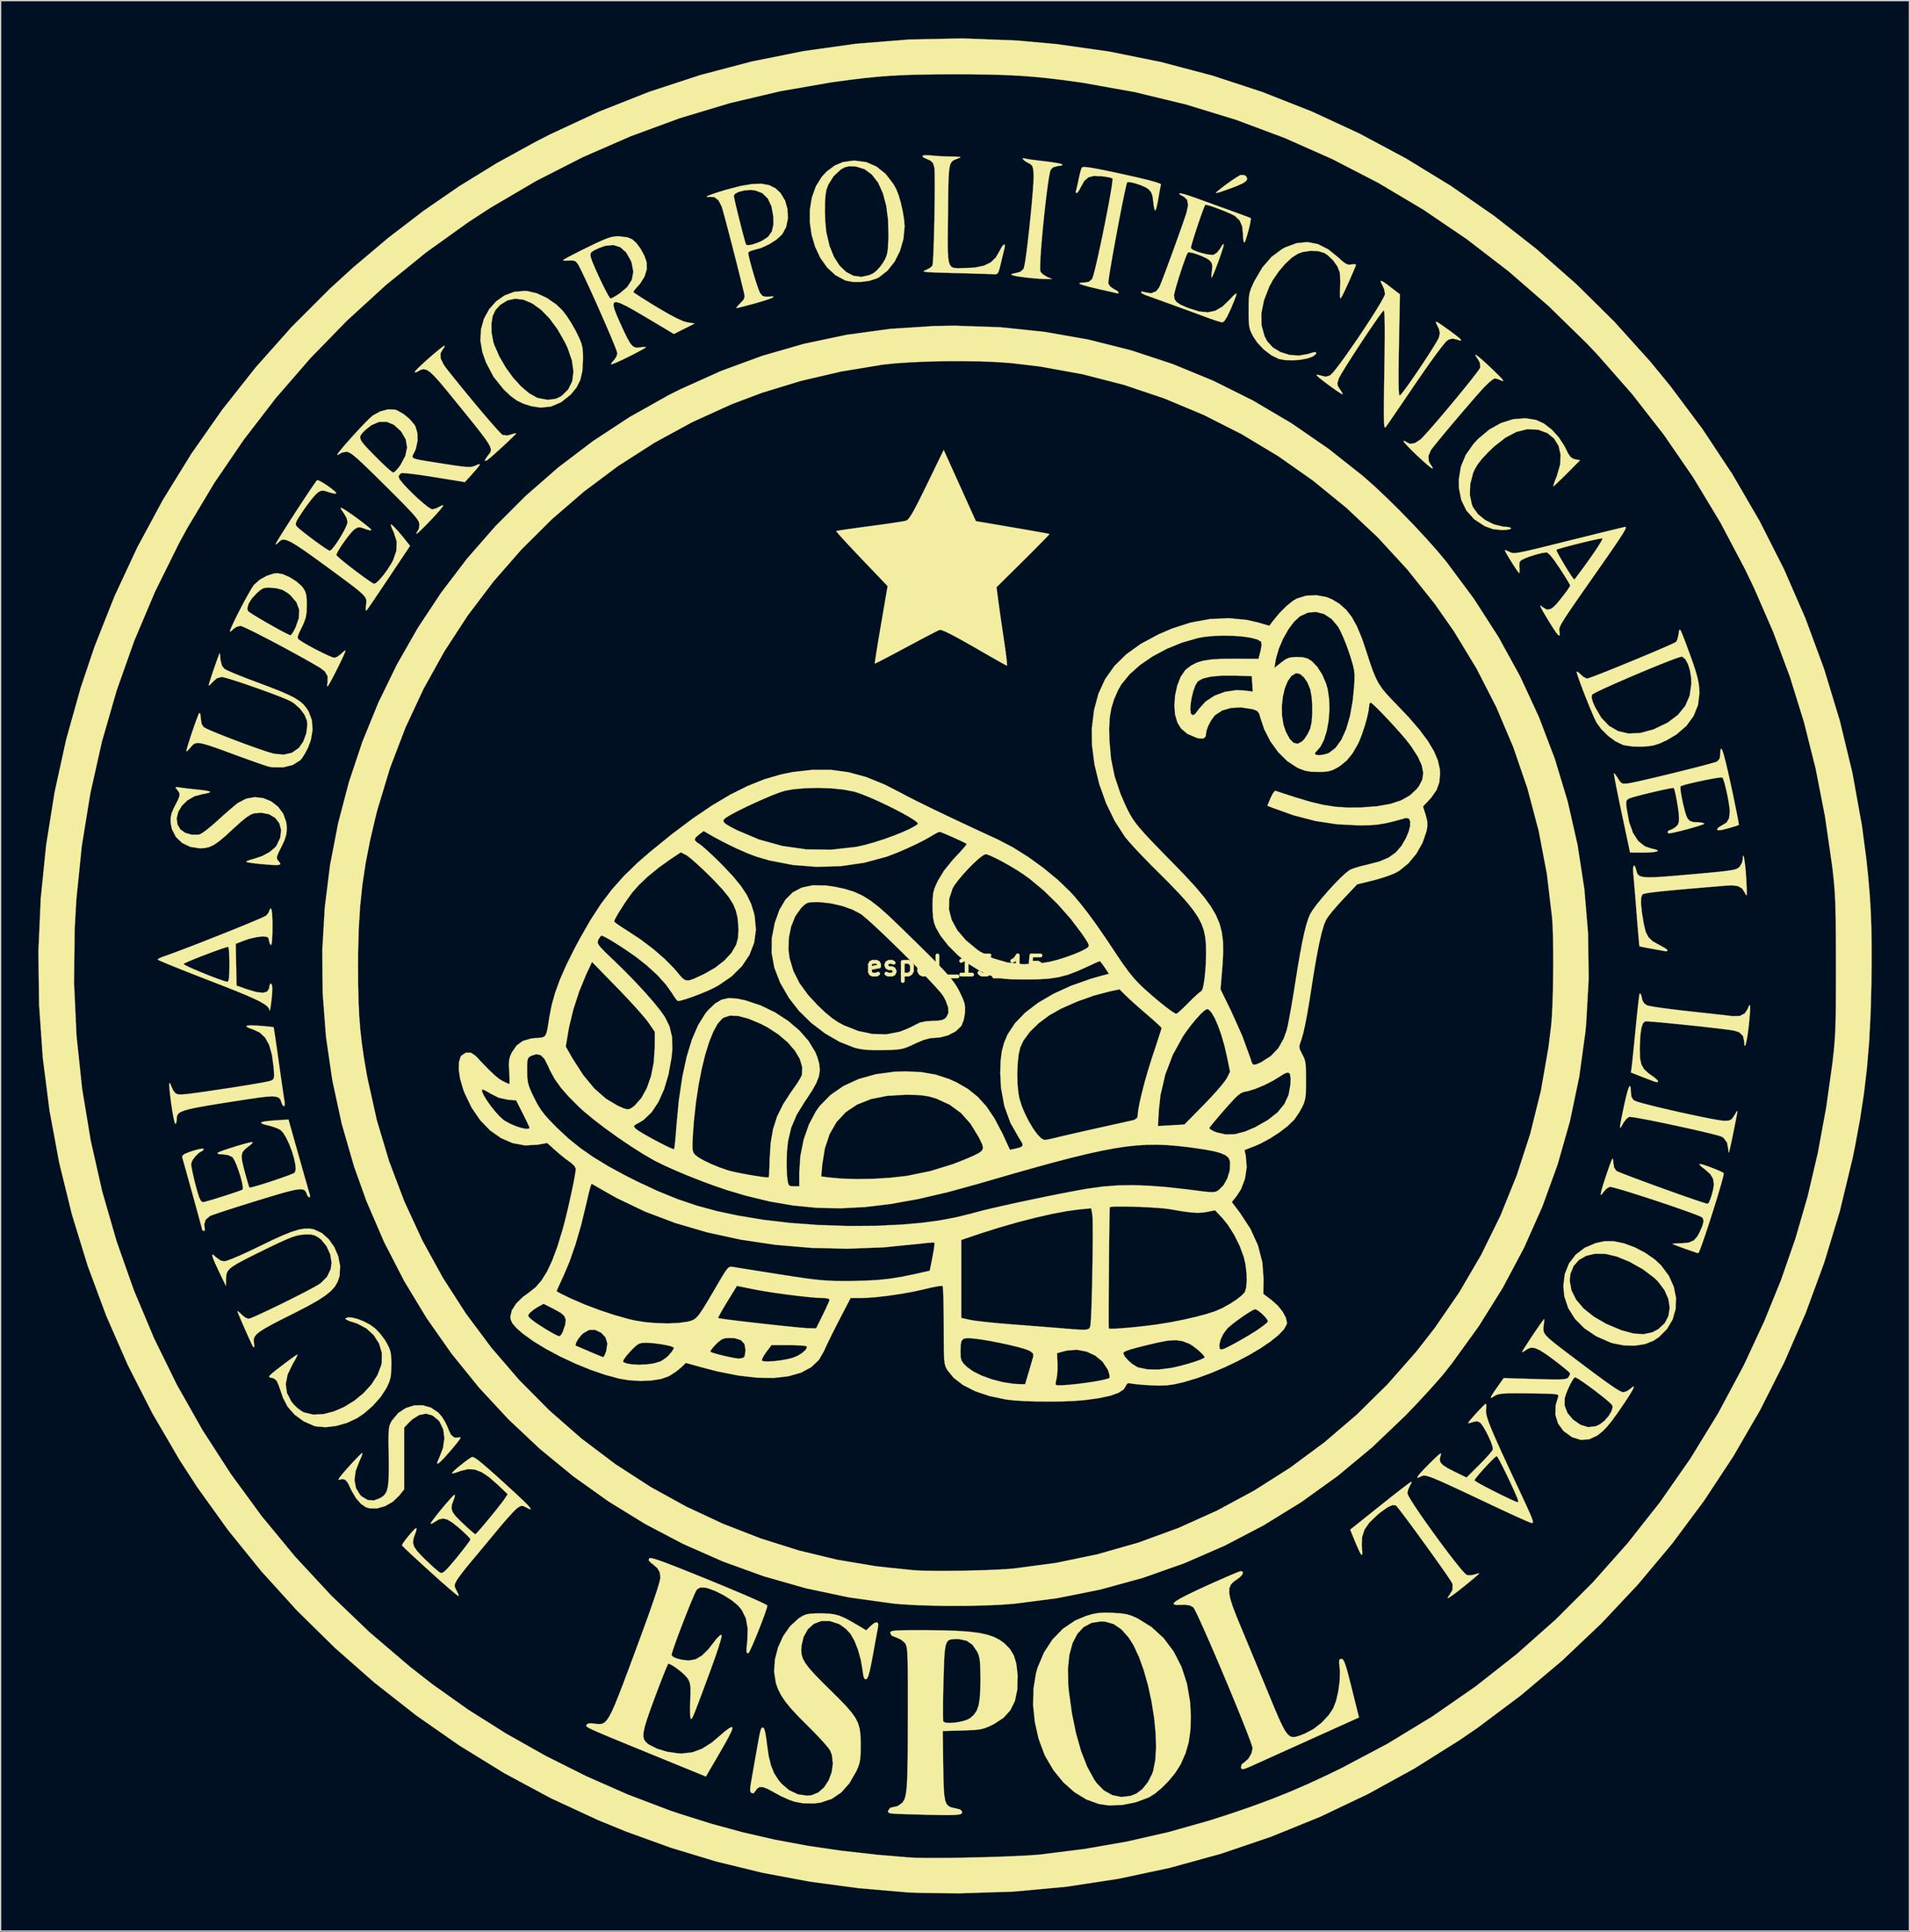
<source format=kicad_pcb>
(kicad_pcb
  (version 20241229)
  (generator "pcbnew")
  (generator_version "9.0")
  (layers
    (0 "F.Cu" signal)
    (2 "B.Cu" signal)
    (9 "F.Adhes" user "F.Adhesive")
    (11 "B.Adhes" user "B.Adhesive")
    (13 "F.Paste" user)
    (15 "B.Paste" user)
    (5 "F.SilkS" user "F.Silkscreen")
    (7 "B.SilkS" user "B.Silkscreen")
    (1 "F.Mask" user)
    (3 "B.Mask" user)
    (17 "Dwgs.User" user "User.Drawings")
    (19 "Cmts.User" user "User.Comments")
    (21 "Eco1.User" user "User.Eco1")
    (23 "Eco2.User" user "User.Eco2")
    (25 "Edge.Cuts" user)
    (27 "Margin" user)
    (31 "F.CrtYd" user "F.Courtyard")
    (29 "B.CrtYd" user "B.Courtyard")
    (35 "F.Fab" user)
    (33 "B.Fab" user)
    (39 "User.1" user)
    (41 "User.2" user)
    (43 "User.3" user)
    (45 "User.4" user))
  (footprint "espol_15_15"
    (layer "F.Cu")
    (at 72.989 73.783)
    (property "Reference" "espol_15_15" (at 0 0 0) (layer "F.SilkS") (effects (font (size 1.524 1.524) (thickness 0.3))))
    (attr through_hole)
    (fp_poly (pts (xy 22.988 -62.901) (xy 23.112 -62.804) (xy 23.198 -62.623) (xy 23.125 -62.45) (xy 22.869 -62.266) (xy 22.408 -62.054) (xy 21.893 -61.858) (xy 21.312 -61.651) (xy 20.94 -61.527) (xy 20.747 -61.48) (xy 20.704 -61.502) (xy 20.771 -61.574) (xy 21.113 -61.854) (xy 21.531 -62.17) (xy 21.963 -62.477) (xy 22.347 -62.732) (xy 22.619 -62.891) (xy 22.683 -62.918) (xy 22.988 -62.901)) (stroke (width 0.01) (type solid)) (fill yes) (layer "F.SilkS"))
    (fp_poly (pts (xy 52.348 21.895) (xy 53.17 22.067) (xy 54.032 22.385) (xy 54.871 22.822) (xy 55.628 23.352) (xy 56.121 23.813) (xy 56.736 24.636) (xy 57.132 25.51) (xy 57.313 26.403) (xy 57.283 27.283) (xy 57.045 28.118) (xy 56.601 28.874) (xy 55.955 29.52) (xy 55.529 29.808) (xy 54.851 30.079) (xy 54.035 30.206) (xy 53.155 30.185) (xy 52.283 30.014) (xy 52.067 29.944) (xy 50.95 29.45) (xy 50.013 28.819) (xy 49.271 28.07) (xy 48.737 27.218) (xy 48.425 26.281) (xy 48.346 25.469) (xy 48.397 25.044) (xy 48.857 25.044) (xy 48.992 25.808) (xy 49.365 26.548) (xy 49.961 27.248) (xy 50.765 27.894) (xy 51.759 28.47) (xy 52.93 28.962) (xy 53.017 28.993) (xy 53.936 29.24) (xy 54.723 29.293) (xy 55.409 29.149) (xy 55.89 28.901) (xy 56.406 28.425) (xy 56.712 27.843) (xy 56.81 27.187) (xy 56.704 26.491) (xy 56.394 25.787) (xy 55.885 25.109) (xy 55.598 24.827) (xy 54.68 24.13) (xy 53.603 23.527) (xy 52.578 23.11) (xy 51.69 22.903) (xy 50.877 22.891) (xy 50.166 23.058) (xy 49.584 23.391) (xy 49.156 23.878) (xy 48.908 24.503) (xy 48.857 25.044) (xy 48.397 25.044) (xy 48.461 24.512) (xy 48.794 23.673) (xy 49.327 22.97) (xy 50.044 22.421) (xy 50.929 22.044) (xy 51.626 21.893) (xy 52.348 21.895)) (stroke (width 0.01) (type solid)) (fill yes) (layer "F.SilkS"))
    (fp_poly (pts (xy 5.468 -64.237) (xy 5.5 -64.226) (xy 5.687 -64.187) (xy 6.069 -64.13) (xy 6.586 -64.063) (xy 7.087 -64.005) (xy 7.653 -63.933) (xy 8.112 -63.858) (xy 8.413 -63.788) (xy 8.509 -63.738) (xy 8.399 -63.66) (xy 8.133 -63.627) (xy 8.131 -63.627) (xy 7.743 -63.522) (xy 7.567 -63.341) (xy 7.5 -63.133) (xy 7.42 -62.714) (xy 7.33 -62.122) (xy 7.233 -61.396) (xy 7.135 -60.574) (xy 7.039 -59.697) (xy 6.948 -58.801) (xy 6.867 -57.926) (xy 6.8 -57.111) (xy 6.75 -56.394) (xy 6.722 -55.814) (xy 6.719 -55.409) (xy 6.744 -55.221) (xy 6.943 -55.01) (xy 7.256 -54.818) (xy 7.276 -54.809) (xy 7.684 -54.631) (xy 7.112 -54.637) (xy 6.69 -54.656) (xy 6.137 -54.7) (xy 5.588 -54.757) (xy 4.945 -54.845) (xy 4.554 -54.925) (xy 4.413 -54.998) (xy 4.519 -55.064) (xy 4.761 -55.109) (xy 5.152 -55.215) (xy 5.375 -55.423) (xy 5.415 -55.499) (xy 5.474 -55.724) (xy 5.548 -56.161) (xy 5.633 -56.769) (xy 5.725 -57.505) (xy 5.82 -58.328) (xy 5.913 -59.198) (xy 6 -60.071) (xy 6.077 -60.908) (xy 6.139 -61.666) (xy 6.182 -62.304) (xy 6.202 -62.781) (xy 6.199 -62.992) (xy 6.163 -63.402) (xy 6.088 -63.64) (xy 5.932 -63.787) (xy 5.749 -63.881) (xy 5.504 -64.025) (xy 5.352 -64.164) (xy 5.329 -64.251) (xy 5.468 -64.237)) (stroke (width 0.01) (type solid)) (fill yes) (layer "F.SilkS"))
    (fp_poly (pts (xy 53.712 9.748) (xy 53.721 10.03) (xy 53.764 10.415) (xy 53.917 10.649) (xy 54.007 10.713) (xy 54.223 10.798) (xy 54.646 10.922) (xy 55.236 11.076) (xy 55.952 11.252) (xy 56.751 11.441) (xy 57.592 11.632) (xy 58.435 11.816) (xy 59.237 11.985) (xy 59.957 12.129) (xy 60.555 12.238) (xy 60.988 12.305) (xy 61.179 12.32) (xy 61.536 12.296) (xy 61.753 12.18) (xy 61.942 11.908) (xy 61.979 11.843) (xy 62.134 11.58) (xy 62.196 11.535) (xy 62.183 11.684) (xy 62.05 12.377) (xy 61.914 13.065) (xy 61.784 13.699) (xy 61.669 14.236) (xy 61.58 14.629) (xy 61.526 14.832) (xy 61.518 14.848) (xy 61.482 14.78) (xy 61.468 14.554) (xy 61.368 14.044) (xy 61.089 13.673) (xy 60.963 13.591) (xy 60.749 13.515) (xy 60.333 13.402) (xy 59.754 13.258) (xy 59.05 13.093) (xy 58.262 12.915) (xy 57.428 12.732) (xy 56.587 12.553) (xy 55.778 12.386) (xy 55.04 12.239) (xy 54.412 12.121) (xy 53.932 12.04) (xy 53.641 12.005) (xy 53.576 12.007) (xy 53.367 12.163) (xy 53.144 12.456) (xy 53.09 12.55) (xy 52.965 12.777) (xy 52.887 12.88) (xy 52.857 12.836) (xy 52.878 12.624) (xy 52.95 12.221) (xy 53.075 11.605) (xy 53.171 11.144) (xy 53.339 10.398) (xy 53.479 9.881) (xy 53.589 9.597) (xy 53.668 9.551) (xy 53.712 9.748)) (stroke (width 0.01) (type solid)) (fill yes) (layer "F.SilkS"))
    (fp_poly (pts (xy 41.525 -48.519) (xy 41.867 -48.233) (xy 42.384 -47.761) (xy 42.672 -47.489) (xy 43.163 -47.013) (xy 43.465 -46.696) (xy 43.58 -46.534) (xy 43.513 -46.522) (xy 43.472 -46.54) (xy 43.151 -46.673) (xy 42.912 -46.735) (xy 42.896 -46.736) (xy 42.73 -46.65) (xy 42.45 -46.423) (xy 42.115 -46.103) (xy 42.082 -46.069) (xy 41.811 -45.776) (xy 41.422 -45.338) (xy 40.947 -44.792) (xy 40.417 -44.176) (xy 39.863 -43.525) (xy 39.316 -42.878) (xy 38.808 -42.269) (xy 38.369 -41.737) (xy 38.031 -41.318) (xy 37.824 -41.048) (xy 37.808 -41.024) (xy 37.617 -40.574) (xy 37.641 -40.137) (xy 37.803 -39.855) (xy 37.94 -39.657) (xy 37.949 -39.557) (xy 37.838 -39.614) (xy 37.58 -39.817) (xy 37.214 -40.134) (xy 36.776 -40.536) (xy 36.717 -40.591) (xy 36.282 -41.01) (xy 35.933 -41.367) (xy 35.7 -41.627) (xy 35.619 -41.754) (xy 35.621 -41.759) (xy 35.755 -41.746) (xy 35.842 -41.679) (xy 36.156 -41.527) (xy 36.544 -41.593) (xy 36.968 -41.869) (xy 37.111 -42.005) (xy 37.454 -42.375) (xy 37.889 -42.865) (xy 38.391 -43.445) (xy 38.934 -44.083) (xy 39.492 -44.749) (xy 40.04 -45.412) (xy 40.553 -46.041) (xy 41.004 -46.604) (xy 41.369 -47.072) (xy 41.621 -47.412) (xy 41.735 -47.595) (xy 41.738 -47.603) (xy 41.708 -47.978) (xy 41.542 -48.27) (xy 41.362 -48.538) (xy 41.357 -48.621) (xy 41.525 -48.519)) (stroke (width 0.01) (type solid)) (fill yes) (layer "F.SilkS"))
    (fp_poly (pts (xy 46.174 -43.431) (xy 46.793 -43.149) (xy 47.413 -42.672) (xy 47.979 -42.055) (xy 48.436 -41.35) (xy 48.51 -41.2) (xy 48.737 -40.753) (xy 48.922 -40.489) (xy 49.115 -40.352) (xy 49.288 -40.301) (xy 49.679 -40.223) (xy 48.627 -39.165) (xy 48.214 -38.756) (xy 47.871 -38.426) (xy 47.635 -38.21) (xy 47.541 -38.142) (xy 47.568 -38.267) (xy 47.67 -38.564) (xy 47.827 -38.968) (xy 47.835 -38.987) (xy 48.089 -39.86) (xy 48.131 -40.66) (xy 47.971 -41.362) (xy 47.619 -41.942) (xy 47.085 -42.377) (xy 46.379 -42.642) (xy 46.294 -42.659) (xy 45.466 -42.691) (xy 44.618 -42.48) (xy 43.746 -42.024) (xy 42.843 -41.32) (xy 42.403 -40.899) (xy 41.887 -40.35) (xy 41.528 -39.895) (xy 41.282 -39.472) (xy 41.165 -39.196) (xy 40.941 -38.329) (xy 40.908 -37.479) (xy 41.067 -36.711) (xy 41.161 -36.487) (xy 41.557 -35.931) (xy 42.136 -35.463) (xy 42.829 -35.12) (xy 43.568 -34.942) (xy 43.847 -34.926) (xy 44.1 -34.885) (xy 44.196 -34.798) (xy 44.081 -34.73) (xy 43.782 -34.684) (xy 43.459 -34.671) (xy 42.767 -34.739) (xy 42.121 -34.971) (xy 42.063 -34.999) (xy 41.251 -35.533) (xy 40.638 -36.22) (xy 40.232 -37.047) (xy 40.039 -38.004) (xy 40.032 -38.719) (xy 40.198 -39.722) (xy 40.58 -40.644) (xy 41.192 -41.515) (xy 41.574 -41.927) (xy 42.453 -42.664) (xy 43.393 -43.188) (xy 44.364 -43.492) (xy 45.338 -43.565) (xy 46.174 -43.431)) (stroke (width 0.01) (type solid)) (fill yes) (layer "F.SilkS"))
    (fp_poly (pts (xy -40.687 -49.211) (xy -40.81 -49.045) (xy -40.995 -48.707) (xy -40.974 -48.312) (xy -40.741 -47.832) (xy -40.485 -47.478) (xy -39.872 -46.709) (xy -39.238 -45.926) (xy -38.604 -45.155) (xy -37.993 -44.421) (xy -37.427 -43.752) (xy -36.928 -43.173) (xy -36.518 -42.711) (xy -36.22 -42.391) (xy -36.056 -42.241) (xy -36.046 -42.235) (xy -35.667 -42.193) (xy -35.399 -42.265) (xy -35.121 -42.355) (xy -34.968 -42.375) (xy -34.963 -42.372) (xy -35.035 -42.278) (xy -35.255 -42.056) (xy -35.579 -41.744) (xy -35.965 -41.383) (xy -36.371 -41.012) (xy -36.753 -40.67) (xy -37.069 -40.397) (xy -37.275 -40.232) (xy -37.306 -40.211) (xy -37.447 -40.172) (xy -37.465 -40.2) (xy -37.394 -40.347) (xy -37.222 -40.592) (xy -37.211 -40.605) (xy -37.105 -40.74) (xy -37.024 -40.861) (xy -36.981 -40.988) (xy -36.988 -41.14) (xy -37.057 -41.335) (xy -37.2 -41.592) (xy -37.427 -41.93) (xy -37.753 -42.367) (xy -38.187 -42.923) (xy -38.743 -43.616) (xy -39.432 -44.464) (xy -40.265 -45.487) (xy -40.481 -45.752) (xy -41.044 -46.429) (xy -41.484 -46.919) (xy -41.831 -47.244) (xy -42.11 -47.42) (xy -42.351 -47.468) (xy -42.58 -47.407) (xy -42.736 -47.319) (xy -42.956 -47.209) (xy -43.053 -47.228) (xy -43.053 -47.232) (xy -42.965 -47.357) (xy -42.73 -47.598) (xy -42.391 -47.918) (xy -41.994 -48.276) (xy -41.582 -48.635) (xy -41.199 -48.956) (xy -40.89 -49.2) (xy -40.697 -49.329) (xy -40.658 -49.337) (xy -40.687 -49.211)) (stroke (width 0.01) (type solid)) (fill yes) (layer "F.SilkS"))
    (fp_poly (pts (xy -34.086 -53.683) (xy -33.318 -53.5) (xy -32.523 -53.13) (xy -31.782 -52.617) (xy -31.289 -52.142) (xy -30.963 -51.719) (xy -30.601 -51.165) (xy -30.267 -50.583) (xy -30.188 -50.429) (xy -29.935 -49.907) (xy -29.778 -49.515) (xy -29.694 -49.159) (xy -29.66 -48.743) (xy -29.654 -48.206) (xy -29.703 -47.325) (xy -29.866 -46.616) (xy -30.164 -46.015) (xy -30.623 -45.458) (xy -30.658 -45.424) (xy -31.395 -44.838) (xy -32.186 -44.5) (xy -33.027 -44.409) (xy -33.753 -44.522) (xy -34.396 -44.724) (xy -34.918 -44.977) (xy -35.406 -45.333) (xy -35.948 -45.844) (xy -35.972 -45.869) (xy -36.77 -46.86) (xy -37.373 -48.007) (xy -37.66 -48.829) (xy -37.819 -49.758) (xy -37.767 -50.656) (xy -37.65 -51.064) (xy -36.942 -51.064) (xy -36.925 -50.356) (xy -36.789 -49.64) (xy -36.707 -49.385) (xy -36.308 -48.475) (xy -35.798 -47.596) (xy -35.212 -46.79) (xy -34.583 -46.096) (xy -33.946 -45.556) (xy -33.334 -45.211) (xy -33.203 -45.164) (xy -32.467 -45.031) (xy -31.814 -45.109) (xy -31.369 -45.326) (xy -30.829 -45.854) (xy -30.51 -46.504) (xy -30.411 -47.273) (xy -30.533 -48.157) (xy -30.876 -49.15) (xy -31.082 -49.59) (xy -31.68 -50.641) (xy -32.327 -51.515) (xy -33.003 -52.203) (xy -33.694 -52.697) (xy -34.38 -52.99) (xy -35.046 -53.073) (xy -35.673 -52.938) (xy -36.246 -52.578) (xy -36.622 -52.164) (xy -36.84 -51.691) (xy -36.942 -51.064) (xy -37.65 -51.064) (xy -37.527 -51.492) (xy -37.12 -52.237) (xy -36.57 -52.86) (xy -35.897 -53.331) (xy -35.125 -53.62) (xy -34.276 -53.697) (xy -34.086 -53.683)) (stroke (width 0.01) (type solid)) (fill yes) (layer "F.SilkS"))
    (fp_poly (pts (xy 36.264 41.111) (xy 36.15 41.328) (xy 36.146 41.334) (xy 35.992 41.67) (xy 35.941 41.945) (xy 36.015 42.136) (xy 36.222 42.495) (xy 36.538 42.989) (xy 36.942 43.587) (xy 37.409 44.258) (xy 37.917 44.97) (xy 38.442 45.692) (xy 38.963 46.391) (xy 39.456 47.038) (xy 39.898 47.599) (xy 40.265 48.044) (xy 40.536 48.34) (xy 40.685 48.457) (xy 41.016 48.466) (xy 41.312 48.397) (xy 41.556 48.321) (xy 41.656 48.323) (xy 41.563 48.419) (xy 41.309 48.641) (xy 40.934 48.955) (xy 40.475 49.329) (xy 40.467 49.335) (xy 39.88 49.798) (xy 39.456 50.111) (xy 39.202 50.271) (xy 39.126 50.272) (xy 39.233 50.111) (xy 39.268 50.07) (xy 39.525 49.639) (xy 39.54 49.216) (xy 39.505 49.108) (xy 39.405 48.935) (xy 39.179 48.595) (xy 38.85 48.118) (xy 38.441 47.537) (xy 37.976 46.883) (xy 37.477 46.19) (xy 36.969 45.488) (xy 36.474 44.811) (xy 36.015 44.189) (xy 35.616 43.656) (xy 35.299 43.243) (xy 35.089 42.981) (xy 35.015 42.905) (xy 34.75 42.885) (xy 34.343 43.072) (xy 33.794 43.467) (xy 33.488 43.723) (xy 32.901 44.297) (xy 32.526 44.842) (xy 32.338 45.416) (xy 32.308 46.076) (xy 32.323 46.26) (xy 32.351 46.653) (xy 32.337 46.848) (xy 32.269 46.838) (xy 32.139 46.614) (xy 31.937 46.166) (xy 31.749 45.719) (xy 31.387 44.84) (xy 33.776 42.931) (xy 34.446 42.398) (xy 35.052 41.922) (xy 35.564 41.526) (xy 35.954 41.23) (xy 36.195 41.057) (xy 36.258 41.021) (xy 36.264 41.111)) (stroke (width 0.01) (type solid)) (fill yes) (layer "F.SilkS"))
    (fp_poly (pts (xy -7.115 -63.938) (xy -6.304 -63.586) (xy -5.583 -63.008) (xy -4.969 -62.216) (xy -4.725 -61.779) (xy -4.54 -61.311) (xy -4.361 -60.683) (xy -4.208 -59.992) (xy -4.102 -59.331) (xy -4.064 -58.813) (xy -4.161 -57.812) (xy -4.435 -56.864) (xy -4.864 -56.015) (xy -5.423 -55.308) (xy -6.088 -54.787) (xy -6.289 -54.681) (xy -6.85 -54.5) (xy -7.52 -54.408) (xy -8.191 -54.41) (xy -8.751 -54.514) (xy -8.795 -54.529) (xy -9.57 -54.948) (xy -10.231 -55.558) (xy -10.771 -56.323) (xy -11.185 -57.203) (xy -11.466 -58.161) (xy -11.607 -59.159) (xy -11.603 -59.958) (xy -10.406 -59.958) (xy -10.377 -59.221) (xy -10.314 -58.542) (xy -10.283 -58.32) (xy -10.041 -57.281) (xy -9.688 -56.405) (xy -9.241 -55.706) (xy -8.716 -55.198) (xy -8.13 -54.895) (xy -7.498 -54.811) (xy -6.839 -54.96) (xy -6.542 -55.105) (xy -6.259 -55.337) (xy -5.947 -55.697) (xy -5.78 -55.939) (xy -5.611 -56.231) (xy -5.498 -56.497) (xy -5.427 -56.801) (xy -5.386 -57.21) (xy -5.359 -57.791) (xy -5.353 -57.978) (xy -5.375 -59.296) (xy -5.525 -60.466) (xy -5.794 -61.474) (xy -6.177 -62.306) (xy -6.665 -62.945) (xy -7.252 -63.377) (xy -7.929 -63.585) (xy -8.032 -63.596) (xy -8.493 -63.606) (xy -8.831 -63.526) (xy -9.141 -63.35) (xy -9.707 -62.825) (xy -10.132 -62.151) (xy -10.285 -61.737) (xy -10.36 -61.293) (xy -10.4 -60.674) (xy -10.406 -59.958) (xy -11.603 -59.958) (xy -11.602 -60.158) (xy -11.444 -61.121) (xy -11.127 -62.01) (xy -10.644 -62.785) (xy -10.269 -63.184) (xy -9.634 -63.663) (xy -8.98 -63.94) (xy -8.218 -64.05) (xy -8.001 -64.055) (xy -7.115 -63.938)) (stroke (width 0.01) (type solid)) (fill yes) (layer "F.SilkS"))
    (fp_poly (pts (xy -48.014 27.972) (xy -47.56 28.091) (xy -47.065 28.288) (xy -46.585 28.546) (xy -46.186 28.837) (xy -45.809 29.231) (xy -45.44 29.718) (xy -45.271 29.99) (xy -45.081 30.362) (xy -44.969 30.687) (xy -44.915 31.056) (xy -44.9 31.561) (xy -44.901 31.75) (xy -44.916 32.326) (xy -44.966 32.746) (xy -45.075 33.111) (xy -45.262 33.518) (xy -45.299 33.592) (xy -45.749 34.282) (xy -46.362 34.975) (xy -47.064 35.591) (xy -47.625 35.97) (xy -48.433 36.347) (xy -49.292 36.591) (xy -50.129 36.69) (xy -50.873 36.631) (xy -51.054 36.584) (xy -51.874 36.225) (xy -52.593 35.699) (xy -53.162 35.052) (xy -53.515 34.366) (xy -53.682 33.887) (xy -53.853 33.396) (xy -53.873 33.338) (xy -54.032 32.989) (xy -54.236 32.817) (xy -54.423 32.765) (xy -54.572 32.731) (xy -54.63 32.676) (xy -54.572 32.571) (xy -54.376 32.39) (xy -54.02 32.105) (xy -53.601 31.783) (xy -53.133 31.43) (xy -52.744 31.147) (xy -52.473 30.963) (xy -52.362 30.907) (xy -52.362 30.907) (xy -52.401 31.029) (xy -52.543 31.306) (xy -52.759 31.679) (xy -52.761 31.683) (xy -53.154 32.501) (xy -53.304 33.257) (xy -53.21 33.961) (xy -52.872 34.626) (xy -52.662 34.891) (xy -52.324 35.211) (xy -51.96 35.463) (xy -51.854 35.515) (xy -51.132 35.686) (xy -50.333 35.654) (xy -49.494 35.443) (xy -48.652 35.078) (xy -47.845 34.581) (xy -47.11 33.976) (xy -46.484 33.289) (xy -46.004 32.542) (xy -45.707 31.759) (xy -45.664 31.55) (xy -45.658 30.779) (xy -45.876 30.043) (xy -46.293 29.383) (xy -46.879 28.839) (xy -47.607 28.452) (xy -47.865 28.368) (xy -48.251 28.243) (xy -48.503 28.125) (xy -48.565 28.047) (xy -48.368 27.951) (xy -48.014 27.972)) (stroke (width 0.01) (type solid)) (fill yes) (layer "F.SilkS"))
    (fp_poly (pts (xy 28.822 -57.414) (xy 29.642 -56.999) (xy 30.414 -56.379) (xy 30.788 -56.039) (xy 31.048 -55.851) (xy 31.258 -55.78) (xy 31.48 -55.794) (xy 31.507 -55.8) (xy 31.78 -55.829) (xy 31.85 -55.756) (xy 31.84 -55.721) (xy 31.609 -55.165) (xy 31.36 -54.593) (xy 31.116 -54.052) (xy 30.897 -53.59) (xy 30.728 -53.255) (xy 30.629 -53.093) (xy 30.617 -53.086) (xy 30.581 -53.201) (xy 30.569 -53.504) (xy 30.584 -53.909) (xy 30.599 -54.423) (xy 30.583 -54.907) (xy 30.552 -55.182) (xy 30.37 -55.641) (xy 30.031 -56.12) (xy 29.605 -56.53) (xy 29.324 -56.712) (xy 28.833 -56.857) (xy 28.225 -56.88) (xy 27.606 -56.786) (xy 27.241 -56.659) (xy 26.751 -56.345) (xy 26.219 -55.85) (xy 25.695 -55.234) (xy 25.23 -54.552) (xy 24.963 -54.06) (xy 24.532 -52.957) (xy 24.322 -51.919) (xy 24.335 -50.961) (xy 24.57 -50.1) (xy 24.779 -49.698) (xy 25.226 -49.201) (xy 25.839 -48.829) (xy 26.554 -48.605) (xy 27.305 -48.547) (xy 28.029 -48.675) (xy 28.062 -48.686) (xy 28.467 -48.811) (xy 28.667 -48.824) (xy 28.685 -48.725) (xy 28.651 -48.661) (xy 28.409 -48.472) (xy 27.981 -48.321) (xy 27.435 -48.217) (xy 26.836 -48.169) (xy 26.253 -48.184) (xy 25.75 -48.272) (xy 25.701 -48.287) (xy 25.115 -48.573) (xy 24.52 -49.028) (xy 23.996 -49.582) (xy 23.686 -50.042) (xy 23.516 -50.367) (xy 23.406 -50.648) (xy 23.343 -50.955) (xy 23.313 -51.356) (xy 23.305 -51.922) (xy 23.305 -52.133) (xy 23.309 -52.758) (xy 23.332 -53.205) (xy 23.388 -53.554) (xy 23.493 -53.88) (xy 23.663 -54.261) (xy 23.777 -54.497) (xy 24.401 -55.559) (xy 25.127 -56.397) (xy 25.967 -57.021) (xy 26.241 -57.167) (xy 27.133 -57.495) (xy 27.99 -57.578) (xy 28.822 -57.414)) (stroke (width 0.01) (type solid)) (fill yes) (layer "F.SilkS"))
    (fp_poly (pts (xy 54.501 2.226) (xy 54.587 2.479) (xy 54.636 2.73) (xy 54.774 2.97) (xy 54.993 3.13) (xy 55.205 3.185) (xy 55.63 3.259) (xy 56.23 3.348) (xy 56.964 3.445) (xy 57.794 3.544) (xy 58.356 3.607) (xy 59.234 3.703) (xy 60.048 3.792) (xy 60.758 3.871) (xy 61.323 3.935) (xy 61.703 3.979) (xy 61.826 3.994) (xy 62.381 3.98) (xy 62.787 3.775) (xy 63.013 3.423) (xy 63.121 3.158) (xy 63.187 3.109) (xy 63.213 3.283) (xy 63.198 3.689) (xy 63.144 4.334) (xy 63.112 4.656) (xy 63.038 5.273) (xy 62.96 5.776) (xy 62.884 6.141) (xy 62.817 6.342) (xy 62.767 6.352) (xy 62.74 6.146) (xy 62.738 6.003) (xy 62.639 5.564) (xy 62.339 5.275) (xy 61.94 5.145) (xy 61.571 5.09) (xy 61.026 5.019) (xy 60.348 4.938) (xy 59.575 4.85) (xy 58.749 4.76) (xy 57.91 4.673) (xy 57.097 4.591) (xy 56.352 4.519) (xy 55.714 4.462) (xy 55.225 4.424) (xy 54.924 4.409) (xy 54.851 4.412) (xy 54.682 4.564) (xy 54.558 4.93) (xy 54.476 5.52) (xy 54.435 6.346) (xy 54.429 6.673) (xy 54.452 7.344) (xy 54.554 7.834) (xy 54.769 8.211) (xy 55.128 8.543) (xy 55.375 8.717) (xy 55.672 8.934) (xy 55.853 9.108) (xy 55.88 9.161) (xy 55.866 9.228) (xy 55.797 9.247) (xy 55.629 9.208) (xy 55.319 9.098) (xy 54.825 8.907) (xy 54.706 8.861) (xy 53.723 8.477) (xy 53.787 8.017) (xy 53.819 7.753) (xy 53.869 7.282) (xy 53.934 6.649) (xy 54.009 5.902) (xy 54.089 5.086) (xy 54.108 4.896) (xy 54.186 4.103) (xy 54.261 3.398) (xy 54.326 2.82) (xy 54.379 2.407) (xy 54.414 2.197) (xy 54.42 2.179) (xy 54.501 2.226)) (stroke (width 0.01) (type solid)) (fill yes) (layer "F.SilkS"))
    (fp_poly (pts (xy 0.327 -38.214) (xy 1.606 -35.381) (xy 4.518 -34.884) (xy 5.344 -34.742) (xy 6.082 -34.613) (xy 6.697 -34.504) (xy 7.153 -34.421) (xy 7.414 -34.37) (xy 7.463 -34.358) (xy 7.387 -34.264) (xy 7.154 -34.018) (xy 6.788 -33.643) (xy 6.316 -33.165) (xy 5.76 -32.609) (xy 5.373 -32.224) (xy 3.248 -30.121) (xy 3.405 -28.935) (xy 3.484 -28.363) (xy 3.589 -27.625) (xy 3.708 -26.809) (xy 3.829 -25.999) (xy 3.857 -25.813) (xy 3.954 -25.148) (xy 4.027 -24.583) (xy 4.073 -24.159) (xy 4.086 -23.92) (xy 4.076 -23.882) (xy 3.949 -23.945) (xy 3.635 -24.117) (xy 3.165 -24.381) (xy 2.571 -24.72) (xy 1.885 -25.114) (xy 1.481 -25.347) (xy 0.569 -25.866) (xy -0.174 -26.27) (xy -0.735 -26.553) (xy -1.105 -26.708) (xy -1.263 -26.736) (xy -1.436 -26.657) (xy -1.798 -26.475) (xy -2.311 -26.21) (xy -2.94 -25.879) (xy -3.649 -25.501) (xy -3.946 -25.341) (xy -4.663 -24.958) (xy -5.3 -24.621) (xy -5.826 -24.347) (xy -6.207 -24.153) (xy -6.412 -24.057) (xy -6.438 -24.049) (xy -6.426 -24.177) (xy -6.376 -24.522) (xy -6.294 -25.048) (xy -6.184 -25.721) (xy -6.052 -26.507) (xy -5.943 -27.146) (xy -5.417 -30.211) (xy -7.489 -32.381) (xy -8.069 -32.992) (xy -8.582 -33.539) (xy -9.004 -33.999) (xy -9.313 -34.343) (xy -9.485 -34.547) (xy -9.511 -34.593) (xy -9.376 -34.621) (xy -9.027 -34.676) (xy -8.502 -34.753) (xy -7.839 -34.846) (xy -7.077 -34.949) (xy -6.858 -34.979) (xy -6.055 -35.087) (xy -5.322 -35.191) (xy -4.702 -35.284) (xy -4.239 -35.358) (xy -3.976 -35.409) (xy -3.949 -35.416) (xy -3.829 -35.489) (xy -3.683 -35.655) (xy -3.497 -35.94) (xy -3.256 -36.368) (xy -2.947 -36.964) (xy -2.555 -37.753) (xy -2.298 -38.278) (xy -0.953 -41.046) (xy 0.327 -38.214)) (stroke (width 0.01) (type solid)) (fill yes) (layer "F.SilkS"))
    (fp_poly (pts (xy -55.476 4.753) (xy -55.437 4.756) (xy -54.931 4.798) (xy -54.533 4.835) (xy -54.303 4.863) (xy -54.269 4.871) (xy -54.244 4.999) (xy -54.19 5.342) (xy -54.112 5.864) (xy -54.015 6.53) (xy -53.905 7.302) (xy -53.851 7.688) (xy -53.733 8.521) (xy -53.623 9.288) (xy -53.527 9.945) (xy -53.451 10.452) (xy -53.401 10.765) (xy -53.39 10.827) (xy -53.384 11.1) (xy -53.473 11.165) (xy -53.594 11.015) (xy -53.645 10.862) (xy -53.721 10.645) (xy -53.844 10.494) (xy -54.049 10.405) (xy -54.369 10.375) (xy -54.838 10.401) (xy -55.49 10.479) (xy -56.355 10.607) (xy -57.689 10.813) (xy -58.793 10.988) (xy -59.689 11.137) (xy -60.399 11.266) (xy -60.945 11.383) (xy -61.347 11.492) (xy -61.629 11.601) (xy -61.811 11.715) (xy -61.915 11.84) (xy -61.962 11.984) (xy -61.976 12.151) (xy -61.976 12.212) (xy -62.009 12.471) (xy -62.084 12.573) (xy -62.141 12.455) (xy -62.219 12.132) (xy -62.31 11.652) (xy -62.402 11.062) (xy -62.414 10.977) (xy -62.493 10.37) (xy -62.548 9.857) (xy -62.576 9.489) (xy -62.57 9.317) (xy -62.567 9.311) (xy -62.49 9.363) (xy -62.415 9.564) (xy -62.258 9.904) (xy -62.096 10.103) (xy -62.014 10.164) (xy -61.903 10.205) (xy -61.735 10.224) (xy -61.48 10.217) (xy -61.11 10.183) (xy -60.595 10.119) (xy -59.905 10.023) (xy -59.012 9.891) (xy -58.329 9.789) (xy -57.398 9.647) (xy -56.536 9.509) (xy -55.781 9.384) (xy -55.167 9.276) (xy -54.73 9.191) (xy -54.506 9.136) (xy -54.497 9.133) (xy -54.341 9.053) (xy -54.257 8.934) (xy -54.23 8.714) (xy -54.248 8.332) (xy -54.267 8.091) (xy -54.398 7.085) (xy -54.617 6.3) (xy -54.935 5.714) (xy -55.364 5.306) (xy -55.861 5.07) (xy -56.278 4.918) (xy -56.447 4.809) (xy -56.368 4.745) (xy -56.044 4.725) (xy -55.476 4.753)) (stroke (width 0.01) (type solid)) (fill yes) (layer "F.SilkS"))
    (fp_poly (pts (xy 12.489 51.457) (xy 13.112 51.496) (xy 13.578 51.564) (xy 13.979 51.682) (xy 14.412 51.872) (xy 14.491 51.911) (xy 15.595 52.596) (xy 16.548 53.474) (xy 17.34 54.528) (xy 17.961 55.739) (xy 18.402 57.091) (xy 18.653 58.565) (xy 18.711 59.69) (xy 18.674 60.805) (xy 18.539 61.757) (xy 18.29 62.624) (xy 17.909 63.484) (xy 17.867 63.563) (xy 17.486 64.164) (xy 16.979 64.788) (xy 16.408 65.371) (xy 15.835 65.849) (xy 15.367 66.137) (xy 14.331 66.525) (xy 13.244 66.741) (xy 12.182 66.775) (xy 11.396 66.664) (xy 10.4 66.305) (xy 9.446 65.72) (xy 8.564 64.938) (xy 7.787 63.987) (xy 7.144 62.895) (xy 7.052 62.704) (xy 6.597 61.477) (xy 6.299 60.157) (xy 6.161 58.805) (xy 6.19 57.485) (xy 6.39 56.258) (xy 6.495 55.894) (xy 8.93 55.894) (xy 8.955 57.158) (xy 9.002 57.671) (xy 9.246 59.443) (xy 9.576 61.052) (xy 9.984 62.479) (xy 10.466 63.705) (xy 11.015 64.71) (xy 11.222 65.007) (xy 11.793 65.586) (xy 12.457 65.955) (xy 13.175 66.103) (xy 13.908 66.02) (xy 14.364 65.841) (xy 14.855 65.472) (xy 15.295 64.922) (xy 15.632 64.263) (xy 15.71 64.039) (xy 15.879 63.195) (xy 15.942 62.173) (xy 15.908 61.019) (xy 15.786 59.783) (xy 15.583 58.513) (xy 15.31 57.255) (xy 14.975 56.058) (xy 14.586 54.971) (xy 14.152 54.04) (xy 13.775 53.437) (xy 13.195 52.779) (xy 12.582 52.358) (xy 11.908 52.159) (xy 11.55 52.138) (xy 10.808 52.255) (xy 10.182 52.59) (xy 9.676 53.132) (xy 9.295 53.871) (xy 9.045 54.795) (xy 8.93 55.894) (xy 6.495 55.894) (xy 6.517 55.814) (xy 7.025 54.613) (xy 7.7 53.578) (xy 8.528 52.727) (xy 9.493 52.075) (xy 10.388 51.697) (xy 10.909 51.548) (xy 11.375 51.467) (xy 11.892 51.441) (xy 12.489 51.457)) (stroke (width 0.01) (type solid)) (fill yes) (layer "F.SilkS"))
    (fp_poly (pts (xy 62.721 -8.618) (xy 62.774 -8.307) (xy 62.827 -7.871) (xy 62.874 -7.34) (xy 62.905 -6.858) (xy 62.935 -6.241) (xy 62.946 -5.848) (xy 62.936 -5.65) (xy 62.901 -5.617) (xy 62.837 -5.72) (xy 62.794 -5.814) (xy 62.569 -6.159) (xy 62.242 -6.35) (xy 61.762 -6.41) (xy 61.404 -6.394) (xy 59.866 -6.268) (xy 58.565 -6.158) (xy 57.482 -6.062) (xy 56.603 -5.979) (xy 55.909 -5.908) (xy 55.385 -5.846) (xy 55.012 -5.791) (xy 54.774 -5.743) (xy 54.655 -5.699) (xy 54.646 -5.692) (xy 54.544 -5.453) (xy 54.527 -4.977) (xy 54.596 -4.269) (xy 54.75 -3.331) (xy 54.756 -3.302) (xy 54.904 -2.704) (xy 55.117 -2.285) (xy 55.451 -1.968) (xy 55.949 -1.684) (xy 56.315 -1.489) (xy 56.566 -1.327) (xy 56.642 -1.244) (xy 56.556 -1.156) (xy 56.547 -1.157) (xy 56.385 -1.185) (xy 56.039 -1.246) (xy 55.577 -1.329) (xy 55.44 -1.354) (xy 54.968 -1.441) (xy 54.607 -1.513) (xy 54.417 -1.557) (xy 54.402 -1.562) (xy 54.385 -1.691) (xy 54.353 -2.034) (xy 54.307 -2.556) (xy 54.252 -3.216) (xy 54.192 -3.979) (xy 54.175 -4.191) (xy 54.11 -5.021) (xy 54.046 -5.804) (xy 53.989 -6.49) (xy 53.942 -7.029) (xy 53.909 -7.37) (xy 53.906 -7.398) (xy 53.894 -7.774) (xy 53.941 -7.972) (xy 54.024 -7.97) (xy 54.118 -7.745) (xy 54.147 -7.619) (xy 54.201 -7.414) (xy 54.292 -7.258) (xy 54.446 -7.147) (xy 54.694 -7.079) (xy 55.063 -7.05) (xy 55.582 -7.057) (xy 56.278 -7.098) (xy 57.182 -7.169) (xy 57.86 -7.228) (xy 59.007 -7.328) (xy 59.927 -7.411) (xy 60.649 -7.481) (xy 61.199 -7.542) (xy 61.605 -7.597) (xy 61.893 -7.65) (xy 62.09 -7.706) (xy 62.224 -7.769) (xy 62.322 -7.841) (xy 62.371 -7.888) (xy 62.558 -8.199) (xy 62.619 -8.477) (xy 62.638 -8.735) (xy 62.674 -8.771) (xy 62.721 -8.618)) (stroke (width 0.01) (type solid)) (fill yes) (layer "F.SilkS"))
    (fp_poly (pts (xy -41.754 35.133) (xy -41.175 35.52) (xy -40.878 35.856) (xy -40.618 36.279) (xy -40.408 36.726) (xy -40.363 36.858) (xy -40.16 37.29) (xy -39.886 37.517) (xy -39.57 37.514) (xy -39.429 37.478) (xy -39.396 37.53) (xy -39.486 37.692) (xy -39.713 37.989) (xy -40.091 38.441) (xy -40.291 38.675) (xy -40.74 39.179) (xy -41.054 39.489) (xy -41.229 39.604) (xy -41.261 39.52) (xy -41.146 39.236) (xy -41.106 39.156) (xy -40.793 38.355) (xy -40.682 37.579) (xy -40.771 36.868) (xy -41.059 36.264) (xy -41.162 36.135) (xy -41.633 35.753) (xy -42.149 35.616) (xy -42.691 35.723) (xy -43.243 36.072) (xy -43.498 36.315) (xy -43.879 36.721) (xy -43.879 41.63) (xy -44.267 42.119) (xy -44.783 42.618) (xy -45.394 42.968) (xy -46.038 43.15) (xy -46.653 43.14) (xy -46.926 43.058) (xy -47.321 42.788) (xy -47.716 42.334) (xy -48.057 41.761) (xy -48.133 41.595) (xy -48.354 41.137) (xy -48.551 40.889) (xy -48.764 40.815) (xy -48.944 40.847) (xy -49.105 40.879) (xy -49.08 40.783) (xy -49.007 40.677) (xy -48.8 40.413) (xy -48.502 40.066) (xy -48.158 39.682) (xy -47.812 39.309) (xy -47.508 38.996) (xy -47.291 38.79) (xy -47.21 38.735) (xy -47.208 38.836) (xy -47.304 39.096) (xy -47.422 39.345) (xy -47.736 40.151) (xy -47.834 40.889) (xy -47.717 41.535) (xy -47.388 42.07) (xy -47.232 42.218) (xy -46.77 42.488) (xy -46.291 42.515) (xy -45.843 42.352) (xy -45.593 42.201) (xy -45.403 42.019) (xy -45.268 41.769) (xy -45.178 41.418) (xy -45.126 40.931) (xy -45.105 40.272) (xy -45.107 39.408) (xy -45.112 39.019) (xy -45.124 38.184) (xy -45.127 37.562) (xy -45.117 37.112) (xy -45.092 36.792) (xy -45.046 36.562) (xy -44.976 36.38) (xy -44.878 36.205) (xy -44.843 36.148) (xy -44.352 35.562) (xy -43.751 35.165) (xy -43.088 34.958) (xy -42.407 34.946) (xy -41.754 35.133)) (stroke (width 0.01) (type solid)) (fill yes) (layer "F.SilkS"))
    (fp_poly (pts (xy -2.154 -64.487) (xy -2 -64.471) (xy -1.52 -64.428) (xy -0.921 -64.396) (xy -0.381 -64.38) (xy 0.09 -64.372) (xy 0.336 -64.355) (xy 0.385 -64.32) (xy 0.267 -64.259) (xy 0.164 -64.221) (xy -0.036 -64.146) (xy -0.196 -64.068) (xy -0.321 -63.959) (xy -0.416 -63.792) (xy -0.484 -63.54) (xy -0.532 -63.174) (xy -0.564 -62.67) (xy -0.584 -61.998) (xy -0.598 -61.133) (xy -0.609 -60.047) (xy -0.612 -59.784) (xy -0.624 -58.626) (xy -0.632 -57.697) (xy -0.627 -56.972) (xy -0.602 -56.425) (xy -0.55 -56.033) (xy -0.464 -55.769) (xy -0.336 -55.609) (xy -0.159 -55.528) (xy 0.074 -55.5) (xy 0.37 -55.5) (xy 0.628 -55.505) (xy 1.539 -55.554) (xy 2.246 -55.7) (xy 2.786 -55.962) (xy 3.195 -56.356) (xy 3.511 -56.903) (xy 3.519 -56.922) (xy 3.687 -57.232) (xy 3.831 -57.386) (xy 3.914 -57.367) (xy 3.901 -57.156) (xy 3.892 -57.118) (xy 3.826 -56.855) (xy 3.724 -56.433) (xy 3.607 -55.941) (xy 3.6 -55.912) (xy 3.484 -55.442) (xy 3.391 -55.17) (xy 3.286 -55.043) (xy 3.134 -55.012) (xy 2.993 -55.019) (xy 2.752 -55.03) (xy 2.301 -55.046) (xy 1.684 -55.065) (xy 0.946 -55.086) (xy 0.129 -55.108) (xy -0.127 -55.114) (xy -1.02 -55.138) (xy -1.683 -55.159) (xy -2.142 -55.182) (xy -2.421 -55.209) (xy -2.545 -55.241) (xy -2.539 -55.282) (xy -2.427 -55.334) (xy -2.392 -55.346) (xy -2.071 -55.503) (xy -1.868 -55.68) (xy -1.85 -55.714) (xy -1.821 -55.908) (xy -1.793 -56.315) (xy -1.766 -56.897) (xy -1.741 -57.614) (xy -1.717 -58.425) (xy -1.697 -59.292) (xy -1.681 -60.174) (xy -1.67 -61.032) (xy -1.664 -61.825) (xy -1.665 -62.514) (xy -1.672 -63.059) (xy -1.687 -63.421) (xy -1.699 -63.527) (xy -1.809 -63.871) (xy -2.027 -64.069) (xy -2.227 -64.154) (xy -2.562 -64.307) (xy -2.655 -64.423) (xy -2.516 -64.488) (xy -2.154 -64.487)) (stroke (width 0.01) (type solid)) (fill yes) (layer "F.SilkS"))
    (fp_poly (pts (xy 52.311 15.473) (xy 52.314 15.57) (xy 52.386 16.022) (xy 52.546 16.288) (xy 52.702 16.365) (xy 53.062 16.512) (xy 53.587 16.716) (xy 54.241 16.963) (xy 54.988 17.239) (xy 55.79 17.532) (xy 56.61 17.828) (xy 57.411 18.114) (xy 58.157 18.377) (xy 58.81 18.602) (xy 59.333 18.777) (xy 59.69 18.888) (xy 59.839 18.923) (xy 59.932 18.811) (xy 60.052 18.529) (xy 60.173 18.153) (xy 60.271 17.762) (xy 60.322 17.433) (xy 60.325 17.368) (xy 60.264 16.942) (xy 60.054 16.578) (xy 59.654 16.212) (xy 59.537 16.125) (xy 59.28 15.916) (xy 59.172 15.779) (xy 59.202 15.748) (xy 59.415 15.794) (xy 59.775 15.911) (xy 60.204 16.07) (xy 60.623 16.238) (xy 60.953 16.387) (xy 61.108 16.48) (xy 61.096 16.62) (xy 61.014 16.959) (xy 60.875 17.459) (xy 60.692 18.082) (xy 60.477 18.789) (xy 60.242 19.541) (xy 59.999 20.299) (xy 59.761 21.025) (xy 59.54 21.679) (xy 59.348 22.224) (xy 59.199 22.619) (xy 59.103 22.828) (xy 59.081 22.85) (xy 58.928 22.806) (xy 58.597 22.696) (xy 58.15 22.541) (xy 57.975 22.479) (xy 57.525 22.314) (xy 57.193 22.184) (xy 57.03 22.108) (xy 57.023 22.097) (xy 57.175 22.083) (xy 57.5 22.066) (xy 57.797 22.056) (xy 58.342 22) (xy 58.717 21.838) (xy 59.001 21.525) (xy 59.173 21.217) (xy 59.415 20.674) (xy 59.503 20.298) (xy 59.441 20.058) (xy 59.28 19.94) (xy 58.84 19.765) (xy 58.248 19.546) (xy 57.54 19.295) (xy 56.753 19.023) (xy 55.923 18.744) (xy 55.088 18.469) (xy 54.285 18.211) (xy 53.55 17.98) (xy 52.92 17.79) (xy 52.432 17.652) (xy 52.123 17.579) (xy 52.035 17.571) (xy 51.77 17.727) (xy 51.534 17.997) (xy 51.379 18.209) (xy 51.322 18.186) (xy 51.363 17.929) (xy 51.5 17.438) (xy 51.736 16.714) (xy 51.806 16.506) (xy 52.014 15.909) (xy 52.155 15.53) (xy 52.244 15.347) (xy 52.291 15.335) (xy 52.311 15.473)) (stroke (width 0.01) (type solid)) (fill yes) (layer "F.SilkS"))
    (fp_poly (pts (xy -14.831 -62.103) (xy -14.335 -61.852) (xy -13.936 -61.479) (xy -13.575 -60.88) (xy -13.379 -60.18) (xy -13.35 -59.451) (xy -13.493 -58.763) (xy -13.803 -58.197) (xy -14.239 -57.788) (xy -14.83 -57.408) (xy -15.479 -57.109) (xy -16.031 -56.955) (xy -16.337 -56.868) (xy -16.499 -56.755) (xy -16.507 -56.726) (xy -16.467 -56.471) (xy -16.364 -56.044) (xy -16.219 -55.509) (xy -16.05 -54.93) (xy -15.877 -54.373) (xy -15.718 -53.903) (xy -15.593 -53.583) (xy -15.551 -53.503) (xy -15.348 -53.283) (xy -15.077 -53.226) (xy -14.911 -53.238) (xy -14.578 -53.261) (xy -14.479 -53.227) (xy -14.605 -53.141) (xy -14.944 -53.01) (xy -15.485 -52.84) (xy -15.907 -52.719) (xy -16.478 -52.564) (xy -16.961 -52.437) (xy -17.301 -52.352) (xy -17.444 -52.324) (xy -17.428 -52.399) (xy -17.263 -52.59) (xy -17.145 -52.705) (xy -16.884 -52.988) (xy -16.795 -53.223) (xy -16.818 -53.436) (xy -16.96 -54.028) (xy -17.138 -54.75) (xy -17.342 -55.563) (xy -17.561 -56.425) (xy -17.785 -57.296) (xy -18.003 -58.136) (xy -18.204 -58.904) (xy -18.379 -59.559) (xy -18.517 -60.062) (xy -18.608 -60.371) (xy -18.624 -60.422) (xy -18.875 -60.896) (xy -19.197 -61.153) (xy -19.57 -61.174) (xy -19.571 -61.174) (xy -19.767 -61.161) (xy -19.812 -61.202) (xy -19.707 -61.264) (xy -17.653 -61.264) (xy -17.623 -61.084) (xy -17.542 -60.716) (xy -17.423 -60.212) (xy -17.28 -59.627) (xy -17.127 -59.015) (xy -16.977 -58.429) (xy -16.843 -57.925) (xy -16.74 -57.556) (xy -16.68 -57.376) (xy -16.678 -57.372) (xy -16.512 -57.324) (xy -16.172 -57.386) (xy -15.709 -57.546) (xy -15.418 -57.674) (xy -14.93 -57.99) (xy -14.63 -58.416) (xy -14.499 -58.988) (xy -14.506 -59.582) (xy -14.655 -60.415) (xy -14.952 -61.047) (xy -15.393 -61.474) (xy -15.974 -61.692) (xy -16.332 -61.722) (xy -16.827 -61.682) (xy -17.254 -61.575) (xy -17.551 -61.425) (xy -17.653 -61.264) (xy -19.707 -61.264) (xy -19.697 -61.269) (xy -19.382 -61.388) (xy -18.913 -61.544) (xy -18.334 -61.721) (xy -18.192 -61.762) (xy -17.092 -62.046) (xy -16.182 -62.198) (xy -15.438 -62.218) (xy -14.831 -62.103)) (stroke (width 0.01) (type solid)) (fill yes) (layer "F.SilkS"))
    (fp_poly (pts (xy 57.648 -26.729) (xy 57.739 -26.561) (xy 57.88 -26.22) (xy 58.085 -25.681) (xy 58.261 -25.209) (xy 58.594 -24.295) (xy 58.84 -23.569) (xy 59.009 -22.984) (xy 59.113 -22.495) (xy 59.166 -22.055) (xy 59.179 -21.708) (xy 59.062 -20.755) (xy 58.71 -19.877) (xy 58.132 -19.089) (xy 57.341 -18.407) (xy 56.563 -17.95) (xy 56.007 -17.695) (xy 55.546 -17.545) (xy 55.06 -17.469) (xy 54.638 -17.443) (xy 53.845 -17.454) (xy 53.196 -17.554) (xy 53.074 -17.589) (xy 52.497 -17.867) (xy 51.899 -18.309) (xy 51.359 -18.847) (xy 50.995 -19.348) (xy 50.857 -19.624) (xy 50.662 -20.062) (xy 50.431 -20.611) (xy 50.184 -21.222) (xy 50.124 -21.376) (xy 50.596 -21.376) (xy 50.677 -21.047) (xy 50.852 -20.626) (xy 51.362 -19.747) (xy 51.983 -19.096) (xy 52.711 -18.675) (xy 53.541 -18.486) (xy 54.468 -18.529) (xy 55.488 -18.807) (xy 55.604 -18.851) (xy 56.647 -19.355) (xy 57.459 -19.963) (xy 58.042 -20.676) (xy 58.398 -21.498) (xy 58.531 -22.433) (xy 58.516 -22.92) (xy 58.423 -23.511) (xy 58.259 -24.025) (xy 58.048 -24.404) (xy 57.815 -24.594) (xy 57.778 -24.603) (xy 57.602 -24.564) (xy 57.232 -24.437) (xy 56.702 -24.237) (xy 56.051 -23.979) (xy 55.313 -23.678) (xy 54.525 -23.35) (xy 53.722 -23.01) (xy 52.942 -22.673) (xy 52.22 -22.355) (xy 51.592 -22.071) (xy 51.094 -21.836) (xy 50.762 -21.666) (xy 50.635 -21.578) (xy 50.596 -21.376) (xy 50.124 -21.376) (xy 49.941 -21.842) (xy 49.722 -22.423) (xy 49.546 -22.912) (xy 49.434 -23.258) (xy 49.403 -23.4) (xy 49.476 -23.406) (xy 49.657 -23.256) (xy 49.714 -23.196) (xy 49.979 -22.97) (xy 50.216 -22.862) (xy 50.239 -22.86) (xy 50.408 -22.908) (xy 50.773 -23.04) (xy 51.298 -23.242) (xy 51.948 -23.499) (xy 52.685 -23.796) (xy 53.472 -24.118) (xy 54.274 -24.449) (xy 55.053 -24.774) (xy 55.774 -25.079) (xy 56.399 -25.348) (xy 56.892 -25.567) (xy 57.216 -25.72) (xy 57.332 -25.786) (xy 57.421 -25.977) (xy 57.503 -26.314) (xy 57.524 -26.445) (xy 57.555 -26.647) (xy 57.591 -26.75) (xy 57.648 -26.729)) (stroke (width 0.01) (type solid)) (fill yes) (layer "F.SilkS"))
    (fp_poly (pts (xy -61.824 -14.208) (xy -61.658 -14.183) (xy -61.266 -14.13) (xy -60.739 -14.07) (xy -60.23 -14.019) (xy -59.783 -13.966) (xy -59.456 -13.905) (xy -59.311 -13.848) (xy -59.309 -13.841) (xy -59.423 -13.773) (xy -59.713 -13.701) (xy -59.929 -13.667) (xy -60.575 -13.491) (xy -61.128 -13.171) (xy -61.563 -12.746) (xy -61.856 -12.257) (xy -61.982 -11.743) (xy -61.915 -11.243) (xy -61.69 -10.861) (xy -61.303 -10.585) (xy -60.788 -10.436) (xy -60.248 -10.441) (xy -60.155 -10.461) (xy -59.942 -10.575) (xy -59.594 -10.828) (xy -59.162 -11.181) (xy -58.719 -11.573) (xy -58.226 -12.019) (xy -57.748 -12.437) (xy -57.346 -12.777) (xy -57.108 -12.965) (xy -56.451 -13.307) (xy -55.764 -13.428) (xy -55.084 -13.346) (xy -54.454 -13.084) (xy -53.913 -12.662) (xy -53.501 -12.102) (xy -53.26 -11.424) (xy -53.213 -10.936) (xy -53.257 -10.466) (xy -53.409 -9.978) (xy -53.659 -9.45) (xy -53.882 -9.007) (xy -53.994 -8.726) (xy -54.009 -8.548) (xy -53.941 -8.416) (xy -53.913 -8.383) (xy -53.776 -8.218) (xy -53.734 -8.106) (xy -53.816 -8.042) (xy -54.051 -8.021) (xy -54.467 -8.038) (xy -55.094 -8.089) (xy -55.465 -8.123) (xy -55.923 -8.174) (xy -56.275 -8.228) (xy -56.451 -8.276) (xy -56.456 -8.28) (xy -56.386 -8.346) (xy -56.129 -8.441) (xy -55.855 -8.514) (xy -55.172 -8.743) (xy -54.575 -9.067) (xy -54.136 -9.443) (xy -54.037 -9.572) (xy -53.739 -10.209) (xy -53.671 -10.81) (xy -53.811 -11.341) (xy -54.135 -11.77) (xy -54.62 -12.061) (xy -55.244 -12.183) (xy -55.811 -12.138) (xy -56.081 -12.042) (xy -56.419 -11.829) (xy -56.856 -11.477) (xy -57.427 -10.96) (xy -57.472 -10.918) (xy -58.104 -10.337) (xy -58.604 -9.917) (xy -59.014 -9.634) (xy -59.375 -9.462) (xy -59.731 -9.378) (xy -60.122 -9.356) (xy -60.149 -9.356) (xy -60.906 -9.472) (xy -61.55 -9.784) (xy -62.046 -10.264) (xy -62.362 -10.88) (xy -62.456 -11.361) (xy -62.462 -11.78) (xy -62.386 -12.148) (xy -62.201 -12.578) (xy -62.115 -12.745) (xy -61.881 -13.203) (xy -61.762 -13.503) (xy -61.751 -13.708) (xy -61.839 -13.883) (xy -61.944 -14.011) (xy -62.071 -14.168) (xy -62.045 -14.226) (xy -61.824 -14.208)) (stroke (width 0.01) (type solid)) (fill yes) (layer "F.SilkS"))
    (fp_poly (pts (xy 10.621 -63.514) (xy 11.096 -63.435) (xy 11.752 -63.307) (xy 12.614 -63.126) (xy 13.263 -62.986) (xy 14.322 -62.75) (xy 15.168 -62.548) (xy 15.791 -62.384) (xy 16.183 -62.259) (xy 16.335 -62.176) (xy 16.336 -62.164) (xy 16.291 -61.978) (xy 16.221 -61.613) (xy 16.14 -61.141) (xy 16.125 -61.047) (xy 16.039 -60.588) (xy 15.954 -60.244) (xy 15.886 -60.078) (xy 15.873 -60.071) (xy 15.813 -60.186) (xy 15.754 -60.483) (xy 15.72 -60.791) (xy 15.655 -61.261) (xy 15.534 -61.568) (xy 15.334 -61.792) (xy 15.082 -61.946) (xy 14.715 -62.104) (xy 14.309 -62.241) (xy 13.944 -62.331) (xy 13.698 -62.35) (xy 13.647 -62.33) (xy 13.596 -62.181) (xy 13.509 -61.818) (xy 13.392 -61.279) (xy 13.254 -60.6) (xy 13.1 -59.819) (xy 12.937 -58.973) (xy 12.773 -58.098) (xy 12.614 -57.233) (xy 12.467 -56.412) (xy 12.34 -55.675) (xy 12.238 -55.057) (xy 12.17 -54.596) (xy 12.141 -54.328) (xy 12.143 -54.282) (xy 12.305 -54.032) (xy 12.584 -53.843) (xy 12.841 -53.705) (xy 12.954 -53.582) (xy 12.954 -53.579) (xy 12.927 -53.482) (xy 12.922 -53.483) (xy 12.793 -53.515) (xy 12.466 -53.591) (xy 11.989 -53.7) (xy 11.413 -53.83) (xy 11.405 -53.832) (xy 10.642 -54.012) (xy 10.129 -54.154) (xy 9.864 -54.258) (xy 9.848 -54.325) (xy 10.077 -54.354) (xy 10.199 -54.356) (xy 10.583 -54.413) (xy 10.829 -54.613) (xy 10.857 -54.653) (xy 10.931 -54.85) (xy 11.041 -55.25) (xy 11.179 -55.817) (xy 11.338 -56.514) (xy 11.511 -57.305) (xy 11.689 -58.153) (xy 11.866 -59.022) (xy 12.033 -59.874) (xy 12.185 -60.674) (xy 12.313 -61.384) (xy 12.409 -61.968) (xy 12.467 -62.39) (xy 12.479 -62.612) (xy 12.472 -62.636) (xy 12.301 -62.701) (xy 11.956 -62.77) (xy 11.588 -62.818) (xy 10.986 -62.838) (xy 10.557 -62.728) (xy 10.241 -62.457) (xy 9.978 -61.994) (xy 9.976 -61.99) (xy 9.81 -61.676) (xy 9.664 -61.49) (xy 9.619 -61.468) (xy 9.548 -61.56) (xy 9.566 -61.646) (xy 9.626 -61.861) (xy 9.712 -62.234) (xy 9.783 -62.58) (xy 9.879 -63.012) (xy 9.975 -63.354) (xy 10.034 -63.501) (xy 10.115 -63.544) (xy 10.302 -63.549) (xy 10.621 -63.514)) (stroke (width 0.01) (type solid)) (fill yes) (layer "F.SilkS"))
    (fp_poly (pts (xy 22.853 48.201) (xy 22.829 48.372) (xy 22.648 48.594) (xy 22.414 48.769) (xy 22.104 48.988) (xy 21.89 49.222) (xy 21.774 49.503) (xy 21.759 49.862) (xy 21.846 50.33) (xy 22.038 50.94) (xy 22.337 51.722) (xy 22.657 52.498) (xy 22.969 53.246) (xy 23.345 54.15) (xy 23.753 55.133) (xy 24.159 56.116) (xy 24.507 56.959) (xy 24.986 58.123) (xy 25.379 59.072) (xy 25.703 59.825) (xy 25.972 60.403) (xy 26.201 60.825) (xy 26.406 61.108) (xy 26.601 61.274) (xy 26.802 61.341) (xy 27.023 61.327) (xy 27.28 61.253) (xy 27.587 61.138) (xy 27.739 61.08) (xy 28.436 60.719) (xy 29.116 60.194) (xy 29.694 59.577) (xy 30.043 59.039) (xy 30.27 58.441) (xy 30.443 57.691) (xy 30.549 56.887) (xy 30.571 56.128) (xy 30.545 55.787) (xy 30.506 55.397) (xy 30.525 55.196) (xy 30.614 55.125) (xy 30.696 55.118) (xy 30.787 55.151) (xy 30.878 55.27) (xy 30.979 55.506) (xy 31.102 55.89) (xy 31.256 56.452) (xy 31.453 57.224) (xy 31.509 57.449) (xy 32.089 59.779) (xy 28.332 61.474) (xy 27.372 61.906) (xy 26.445 62.325) (xy 25.587 62.712) (xy 24.834 63.052) (xy 24.223 63.328) (xy 23.79 63.523) (xy 23.666 63.579) (xy 23.21 63.78) (xy 22.933 63.881) (xy 22.785 63.89) (xy 22.716 63.817) (xy 22.697 63.758) (xy 22.752 63.512) (xy 22.95 63.359) (xy 23.292 63.057) (xy 23.54 62.624) (xy 23.622 62.23) (xy 23.573 62.031) (xy 23.435 61.631) (xy 23.219 61.057) (xy 22.938 60.34) (xy 22.604 59.508) (xy 22.23 58.59) (xy 21.826 57.614) (xy 21.406 56.61) (xy 20.982 55.606) (xy 20.565 54.632) (xy 20.168 53.716) (xy 19.804 52.888) (xy 19.483 52.175) (xy 19.219 51.607) (xy 19.024 51.213) (xy 18.909 51.022) (xy 18.9 51.013) (xy 18.615 50.861) (xy 18.216 50.814) (xy 17.977 50.822) (xy 17.582 50.831) (xy 17.368 50.789) (xy 17.342 50.691) (xy 17.514 50.531) (xy 17.891 50.301) (xy 18.482 49.995) (xy 19.296 49.607) (xy 19.934 49.314) (xy 20.693 48.972) (xy 21.379 48.67) (xy 21.957 48.421) (xy 22.391 48.241) (xy 22.648 48.145) (xy 22.697 48.133) (xy 22.853 48.201)) (stroke (width 0.01) (type solid)) (fill yes) (layer "F.SilkS"))
    (fp_poly (pts (xy -54.426 -4.45) (xy -54.385 -4.105) (xy -54.361 -3.568) (xy -54.356 -3.111) (xy -54.366 -2.523) (xy -54.392 -2.052) (xy -54.432 -1.746) (xy -54.475 -1.651) (xy -54.573 -1.761) (xy -54.633 -2) (xy -54.68 -2.215) (xy -54.801 -2.315) (xy -55.073 -2.339) (xy -55.245 -2.336) (xy -55.69 -2.28) (xy -56.221 -2.151) (xy -56.55 -2.04) (xy -57.284 -1.757) (xy -57.249 -0.096) (xy -57.214 1.565) (xy -56.388 1.857) (xy -55.666 2.072) (xy -55.138 2.137) (xy -54.797 2.048) (xy -54.63 1.805) (xy -54.61 1.626) (xy -54.552 1.433) (xy -54.483 1.397) (xy -54.404 1.509) (xy -54.368 1.787) (xy -54.369 1.873) (xy -54.387 2.204) (xy -54.424 2.595) (xy -54.47 2.985) (xy -54.519 3.316) (xy -54.56 3.529) (xy -54.588 3.564) (xy -54.592 3.536) (xy -54.639 3.382) (xy -54.768 3.221) (xy -54.999 3.043) (xy -55.351 2.838) (xy -55.846 2.596) (xy -56.503 2.307) (xy -57.343 1.961) (xy -58.384 1.549) (xy -59.411 1.151) (xy -60.37 0.779) (xy -61.248 0.434) (xy -62.02 0.126) (xy -62.658 -0.133) (xy -62.72 -0.159) (xy -61.436 -0.159) (xy -61.338 -0.081) (xy -61.051 0.064) (xy -60.625 0.256) (xy -60.11 0.475) (xy -59.555 0.7) (xy -59.012 0.912) (xy -58.528 1.089) (xy -58.155 1.213) (xy -57.944 1.261) (xy -57.869 1.193) (xy -57.82 0.961) (xy -57.793 0.534) (xy -57.785 -0.117) (xy -57.785 -0.127) (xy -57.793 -0.688) (xy -57.815 -1.141) (xy -57.847 -1.434) (xy -57.88 -1.521) (xy -58.071 -1.475) (xy -58.433 -1.357) (xy -58.915 -1.186) (xy -59.464 -0.982) (xy -60.031 -0.765) (xy -60.562 -0.555) (xy -61.008 -0.37) (xy -61.317 -0.231) (xy -61.436 -0.159) (xy -62.72 -0.159) (xy -63.134 -0.333) (xy -63.423 -0.462) (xy -63.5 -0.508) (xy -63.393 -0.6) (xy -63.13 -0.714) (xy -63.087 -0.729) (xy -62.639 -0.885) (xy -62.037 -1.107) (xy -61.314 -1.38) (xy -60.504 -1.691) (xy -59.641 -2.028) (xy -58.758 -2.377) (xy -57.89 -2.723) (xy -57.069 -3.055) (xy -56.329 -3.358) (xy -55.704 -3.619) (xy -55.228 -3.825) (xy -54.934 -3.962) (xy -54.857 -4.007) (xy -54.669 -4.237) (xy -54.61 -4.401) (xy -54.535 -4.557) (xy -54.483 -4.572) (xy -54.426 -4.45)) (stroke (width 0.01) (type solid)) (fill yes) (layer "F.SilkS"))
    (fp_poly (pts (xy -51.064 20.952) (xy -51.061 20.953) (xy -50.433 21.246) (xy -49.883 21.735) (xy -49.438 22.369) (xy -49.127 23.094) (xy -48.977 23.859) (xy -49.016 24.611) (xy -49.043 24.732) (xy -49.18 25.134) (xy -49.394 25.503) (xy -49.712 25.858) (xy -50.158 26.222) (xy -50.758 26.613) (xy -51.538 27.053) (xy -52.523 27.562) (xy -52.746 27.673) (xy -53.691 28.147) (xy -54.43 28.531) (xy -54.985 28.843) (xy -55.381 29.098) (xy -55.641 29.315) (xy -55.789 29.511) (xy -55.848 29.702) (xy -55.841 29.907) (xy -55.837 29.931) (xy -55.803 30.256) (xy -55.842 30.351) (xy -55.923 30.258) (xy -56.016 30.074) (xy -56.176 29.729) (xy -56.379 29.28) (xy -56.599 28.784) (xy -56.81 28.297) (xy -56.99 27.876) (xy -57.111 27.579) (xy -57.15 27.464) (xy -57.076 27.485) (xy -56.891 27.652) (xy -56.827 27.719) (xy -56.553 27.95) (xy -56.298 28.064) (xy -56.267 28.067) (xy -56.085 28.011) (xy -55.717 27.858) (xy -55.204 27.625) (xy -54.583 27.333) (xy -53.894 27.001) (xy -53.177 26.648) (xy -52.471 26.294) (xy -51.816 25.958) (xy -51.25 25.66) (xy -50.814 25.418) (xy -50.546 25.253) (xy -50.531 25.242) (xy -50.014 24.721) (xy -49.721 24.098) (xy -49.657 23.595) (xy -49.765 22.937) (xy -50.056 22.298) (xy -50.482 21.771) (xy -50.682 21.611) (xy -50.984 21.438) (xy -51.291 21.361) (xy -51.711 21.356) (xy -51.88 21.367) (xy -52.178 21.401) (xy -52.49 21.47) (xy -52.856 21.591) (xy -53.314 21.778) (xy -53.905 22.047) (xy -54.667 22.412) (xy -54.991 22.57) (xy -55.904 23.019) (xy -56.614 23.379) (xy -57.147 23.667) (xy -57.527 23.903) (xy -57.782 24.107) (xy -57.935 24.298) (xy -58.014 24.496) (xy -58.044 24.719) (xy -58.05 24.869) (xy -58.06 25.463) (xy -58.612 24.32) (xy -58.918 23.666) (xy -59.099 23.226) (xy -59.157 22.992) (xy -59.094 22.958) (xy -58.911 23.116) (xy -58.871 23.159) (xy -58.48 23.436) (xy -58.189 23.495) (xy -57.96 23.439) (xy -57.541 23.282) (xy -56.969 23.039) (xy -56.28 22.725) (xy -55.509 22.356) (xy -55.391 22.298) (xy -54.362 21.801) (xy -53.522 21.422) (xy -52.839 21.151) (xy -52.283 20.978) (xy -51.823 20.894) (xy -51.427 20.888) (xy -51.064 20.952)) (stroke (width 0.01) (type solid)) (fill yes) (layer "F.SilkS"))
    (fp_poly (pts (xy -53.517 -31.152) (xy -52.989 -30.919) (xy -52.47 -30.593) (xy -52.048 -30.224) (xy -51.923 -30.071) (xy -51.762 -29.801) (xy -51.671 -29.503) (xy -51.632 -29.091) (xy -51.626 -28.697) (xy -51.643 -28.135) (xy -51.713 -27.702) (xy -51.865 -27.277) (xy -52.035 -26.919) (xy -52.242 -26.49) (xy -52.343 -26.227) (xy -52.347 -26.072) (xy -52.266 -25.965) (xy -52.225 -25.933) (xy -51.936 -25.742) (xy -51.515 -25.498) (xy -51.019 -25.229) (xy -50.506 -24.967) (xy -50.035 -24.74) (xy -49.664 -24.579) (xy -49.45 -24.511) (xy -49.441 -24.511) (xy -49.187 -24.599) (xy -48.91 -24.813) (xy -48.895 -24.828) (xy -48.684 -25.027) (xy -48.556 -25.099) (xy -48.548 -25.095) (xy -48.581 -24.97) (xy -48.708 -24.673) (xy -48.902 -24.259) (xy -49.136 -23.778) (xy -49.384 -23.286) (xy -49.62 -22.833) (xy -49.818 -22.474) (xy -49.95 -22.261) (xy -49.986 -22.225) (xy -50.013 -22.332) (xy -49.978 -22.591) (xy -49.976 -22.599) (xy -49.974 -23.049) (xy -50.195 -23.428) (xy -50.576 -23.718) (xy -51.221 -24.093) (xy -51.952 -24.506) (xy -52.737 -24.939) (xy -53.541 -25.375) (xy -54.332 -25.795) (xy -55.075 -26.182) (xy -55.736 -26.519) (xy -56.283 -26.787) (xy -56.681 -26.97) (xy -56.898 -27.049) (xy -56.914 -27.051) (xy -57.246 -26.959) (xy -57.468 -26.796) (xy -57.653 -26.626) (xy -57.75 -26.592) (xy -57.72 -26.724) (xy -57.59 -27.032) (xy -57.384 -27.471) (xy -57.124 -27.994) (xy -56.89 -28.448) (xy -56.363 -28.448) (xy -56.314 -28.235) (xy -56.174 -28.122) (xy -55.859 -27.919) (xy -55.419 -27.651) (xy -54.903 -27.349) (xy -54.36 -27.04) (xy -53.841 -26.752) (xy -53.394 -26.514) (xy -53.068 -26.353) (xy -52.921 -26.299) (xy -52.818 -26.399) (xy -52.654 -26.668) (xy -52.51 -26.956) (xy -52.256 -27.696) (xy -52.237 -28.349) (xy -52.457 -28.934) (xy -52.92 -29.474) (xy -53.151 -29.664) (xy -53.562 -29.912) (xy -54.035 -30.04) (xy -54.352 -30.074) (xy -54.782 -30.093) (xy -55.068 -30.049) (xy -55.318 -29.905) (xy -55.595 -29.667) (xy -55.996 -29.237) (xy -56.261 -28.814) (xy -56.363 -28.448) (xy -56.89 -28.448) (xy -56.834 -28.557) (xy -56.539 -29.113) (xy -56.261 -29.617) (xy -56.023 -30.024) (xy -55.851 -30.287) (xy -55.823 -30.322) (xy -55.378 -30.716) (xy -54.815 -31.031) (xy -54.237 -31.215) (xy -53.967 -31.241) (xy -53.517 -31.152)) (stroke (width 0.01) (type solid)) (fill yes) (layer "F.SilkS"))
    (fp_poly (pts (xy -58.549 -24.892) (xy -58.529 -24.736) (xy -58.502 -24.428) (xy -58.495 -24.335) (xy -58.373 -23.863) (xy -58.171 -23.626) (xy -57.962 -23.513) (xy -57.558 -23.333) (xy -57.004 -23.105) (xy -56.344 -22.846) (xy -55.708 -22.606) (xy -54.651 -22.211) (xy -53.806 -21.879) (xy -53.142 -21.593) (xy -52.631 -21.338) (xy -52.241 -21.095) (xy -51.944 -20.85) (xy -51.709 -20.584) (xy -51.507 -20.281) (xy -51.486 -20.245) (xy -51.227 -19.565) (xy -51.168 -18.784) (xy -51.309 -17.956) (xy -51.544 -17.335) (xy -51.77 -16.905) (xy -51.996 -16.545) (xy -52.152 -16.356) (xy -52.757 -15.983) (xy -53.503 -15.795) (xy -54.346 -15.801) (xy -54.61 -15.842) (xy -54.824 -15.903) (xy -55.234 -16.039) (xy -55.797 -16.235) (xy -56.472 -16.476) (xy -57.216 -16.748) (xy -57.32 -16.787) (xy -58.262 -17.134) (xy -58.997 -17.397) (xy -59.555 -17.581) (xy -59.968 -17.692) (xy -60.266 -17.734) (xy -60.48 -17.713) (xy -60.64 -17.633) (xy -60.778 -17.5) (xy -60.875 -17.381) (xy -61.077 -17.151) (xy -61.198 -17.063) (xy -61.213 -17.081) (xy -61.174 -17.269) (xy -61.068 -17.632) (xy -60.917 -18.109) (xy -60.74 -18.641) (xy -60.558 -19.169) (xy -60.39 -19.632) (xy -60.258 -19.97) (xy -60.182 -20.123) (xy -60.112 -20.094) (xy -60.074 -19.856) (xy -60.071 -19.73) (xy -59.992 -19.239) (xy -59.829 -18.997) (xy -59.638 -18.888) (xy -59.251 -18.713) (xy -58.711 -18.488) (xy -58.061 -18.229) (xy -57.344 -17.953) (xy -56.605 -17.677) (xy -55.886 -17.416) (xy -55.23 -17.187) (xy -54.683 -17.007) (xy -54.285 -16.893) (xy -54.234 -16.88) (xy -53.469 -16.805) (xy -52.818 -16.955) (xy -52.272 -17.332) (xy -52.267 -17.337) (xy -51.908 -17.848) (xy -51.671 -18.49) (xy -51.587 -19.16) (xy -51.618 -19.501) (xy -51.812 -19.984) (xy -52.179 -20.475) (xy -52.654 -20.895) (xy -52.947 -21.074) (xy -53.297 -21.232) (xy -53.81 -21.439) (xy -54.442 -21.68) (xy -55.149 -21.939) (xy -55.884 -22.2) (xy -56.604 -22.447) (xy -57.262 -22.665) (xy -57.814 -22.839) (xy -58.215 -22.951) (xy -58.412 -22.987) (xy -58.791 -22.88) (xy -59.107 -22.596) (xy -59.31 -22.379) (xy -59.425 -22.3) (xy -59.436 -22.315) (xy -59.399 -22.47) (xy -59.301 -22.788) (xy -59.163 -23.212) (xy -59.003 -23.683) (xy -58.842 -24.144) (xy -58.7 -24.537) (xy -58.595 -24.806) (xy -58.549 -24.893) (xy -58.549 -24.892)) (stroke (width 0.01) (type solid)) (fill yes) (layer "F.SilkS"))
    (fp_poly (pts (xy 42.217 34.908) (xy 42.215 35.167) (xy 42.203 35.271) (xy 42.195 35.441) (xy 42.219 35.649) (xy 42.284 35.914) (xy 42.397 36.259) (xy 42.569 36.703) (xy 42.806 37.269) (xy 43.118 37.977) (xy 43.513 38.848) (xy 44 39.902) (xy 44.587 41.161) (xy 44.686 41.373) (xy 45.106 42.272) (xy 45.428 42.968) (xy 45.661 43.486) (xy 45.816 43.852) (xy 45.902 44.092) (xy 45.93 44.232) (xy 45.909 44.297) (xy 45.85 44.315) (xy 45.824 44.314) (xy 45.666 44.259) (xy 45.313 44.11) (xy 44.799 43.882) (xy 44.157 43.589) (xy 43.423 43.249) (xy 42.92 43.012) (xy 41.653 42.414) (xy 40.594 41.915) (xy 39.724 41.509) (xy 39.022 41.186) (xy 38.468 40.938) (xy 38.421 40.919) (xy 41.275 40.919) (xy 41.382 41.004) (xy 41.67 41.173) (xy 42.092 41.402) (xy 42.599 41.666) (xy 43.142 41.941) (xy 43.674 42.203) (xy 44.147 42.427) (xy 44.512 42.588) (xy 44.721 42.664) (xy 44.737 42.666) (xy 44.758 42.569) (xy 44.684 42.322) (xy 44.658 42.259) (xy 44.408 41.692) (xy 44.129 41.085) (xy 43.843 40.483) (xy 43.57 39.929) (xy 43.334 39.466) (xy 43.155 39.14) (xy 43.054 38.993) (xy 43.046 38.989) (xy 42.917 39.078) (xy 42.671 39.311) (xy 42.353 39.637) (xy 42.01 40.008) (xy 41.688 40.371) (xy 41.433 40.679) (xy 41.29 40.879) (xy 41.275 40.919) (xy 38.421 40.919) (xy 38.04 40.758) (xy 37.718 40.637) (xy 37.481 40.567) (xy 37.31 40.539) (xy 37.183 40.545) (xy 37.079 40.578) (xy 36.979 40.628) (xy 36.969 40.634) (xy 36.758 40.721) (xy 36.726 40.661) (xy 36.876 40.447) (xy 37.212 40.076) (xy 37.719 39.561) (xy 38.152 39.136) (xy 38.432 38.879) (xy 38.582 38.774) (xy 38.624 38.805) (xy 38.582 38.954) (xy 38.513 39.236) (xy 38.564 39.474) (xy 38.764 39.7) (xy 39.143 39.947) (xy 39.73 40.249) (xy 39.749 40.258) (xy 40.646 40.692) (xy 41.66 39.684) (xy 42.075 39.259) (xy 42.421 38.881) (xy 42.657 38.595) (xy 42.742 38.46) (xy 42.718 38.245) (xy 42.594 37.883) (xy 42.402 37.444) (xy 42.176 36.996) (xy 41.948 36.609) (xy 41.752 36.351) (xy 41.72 36.322) (xy 41.496 36.214) (xy 41.204 36.263) (xy 41.138 36.287) (xy 40.883 36.365) (xy 40.768 36.364) (xy 40.767 36.361) (xy 40.847 36.238) (xy 41.053 35.99) (xy 41.334 35.673) (xy 41.638 35.342) (xy 41.914 35.054) (xy 42.112 34.865) (xy 42.169 34.823) (xy 42.217 34.908)) (stroke (width 0.01) (type solid)) (fill yes) (layer "F.SilkS"))
    (fp_poly (pts (xy -26.109 -57.954) (xy -25.723 -57.788) (xy -25.394 -57.489) (xy -25.06 -57.03) (xy -24.773 -56.497) (xy -24.588 -55.976) (xy -24.587 -55.97) (xy -24.576 -55.424) (xy -24.758 -54.833) (xy -25.105 -54.276) (xy -25.213 -54.153) (xy -25.464 -53.872) (xy -25.622 -53.666) (xy -25.649 -53.608) (xy -25.544 -53.52) (xy -25.256 -53.326) (xy -24.821 -53.047) (xy -24.274 -52.707) (xy -23.777 -52.404) (xy -22.894 -51.888) (xy -22.199 -51.518) (xy -21.678 -51.286) (xy -21.337 -51.189) (xy -20.765 -51.1) (xy -21.593 -50.683) (xy -22.421 -50.266) (xy -24.572 -51.549) (xy -25.464 -52.075) (xy -26.158 -52.462) (xy -26.666 -52.707) (xy -27.005 -52.808) (xy -27.189 -52.763) (xy -27.232 -52.569) (xy -27.149 -52.224) (xy -26.956 -51.725) (xy -26.724 -51.2) (xy -26.382 -50.453) (xy -26.116 -49.909) (xy -25.901 -49.54) (xy -25.714 -49.315) (xy -25.531 -49.204) (xy -25.329 -49.179) (xy -25.128 -49.201) (xy -24.819 -49.236) (xy -24.649 -49.227) (xy -24.638 -49.215) (xy -24.745 -49.137) (xy -25.036 -48.971) (xy -25.468 -48.741) (xy -25.997 -48.47) (xy -26.035 -48.45) (xy -26.566 -48.192) (xy -27.005 -47.995) (xy -27.307 -47.876) (xy -27.431 -47.855) (xy -27.432 -47.858) (xy -27.347 -48.016) (xy -27.178 -48.197) (xy -26.983 -48.486) (xy -26.924 -48.738) (xy -26.975 -48.918) (xy -27.117 -49.292) (xy -27.334 -49.824) (xy -27.61 -50.479) (xy -27.93 -51.219) (xy -28.277 -52.01) (xy -28.634 -52.814) (xy -28.988 -53.597) (xy -29.32 -54.321) (xy -29.616 -54.95) (xy -29.859 -55.45) (xy -30.033 -55.783) (xy -30.079 -55.859) (xy -30.261 -56.058) (xy -30.516 -56.122) (xy -30.756 -56.11) (xy -31.065 -56.098) (xy -31.232 -56.124) (xy -31.242 -56.138) (xy -31.134 -56.215) (xy -30.835 -56.383) (xy -30.395 -56.613) (xy -29.064 -56.613) (xy -29.044 -56.417) (xy -28.962 -56.155) (xy -28.801 -55.75) (xy -28.584 -55.252) (xy -28.336 -54.711) (xy -28.079 -54.178) (xy -27.839 -53.701) (xy -27.638 -53.331) (xy -27.501 -53.118) (xy -27.461 -53.086) (xy -27.301 -53.151) (xy -27.005 -53.32) (xy -26.74 -53.489) (xy -26.13 -54.004) (xy -25.767 -54.578) (xy -25.65 -55.214) (xy -25.778 -55.914) (xy -25.851 -56.106) (xy -26.219 -56.754) (xy -26.682 -57.166) (xy -27.239 -57.342) (xy -27.888 -57.282) (xy -28.397 -57.097) (xy -28.79 -56.907) (xy -28.996 -56.762) (xy -29.064 -56.613) (xy -30.395 -56.613) (xy -30.382 -56.62) (xy -29.814 -56.907) (xy -29.369 -57.127) (xy -28.641 -57.478) (xy -28.092 -57.728) (xy -27.677 -57.893) (xy -27.348 -57.989) (xy -27.06 -58.033) (xy -26.812 -58.041) (xy -26.109 -57.954)) (stroke (width 0.01) (type solid)) (fill yes) (layer "F.SilkS"))
    (fp_poly (pts (xy -10.353 -6.402) (xy -9.588 -6.292) (xy -8.781 -6.115) (xy -8.075 -5.893) (xy -7.424 -5.596) (xy -6.783 -5.2) (xy -6.103 -4.675) (xy -5.34 -3.996) (xy -4.826 -3.506) (xy -3.772 -2.483) (xy -2.885 -1.616) (xy -2.149 -0.888) (xy -1.546 -0.28) (xy -1.06 0.227) (xy -0.673 0.65) (xy -0.369 1.008) (xy -0.13 1.319) (xy 0.059 1.602) (xy 0.217 1.875) (xy 0.319 2.074) (xy 0.559 2.582) (xy 0.695 2.956) (xy 0.749 3.282) (xy 0.743 3.649) (xy 0.736 3.746) (xy 0.642 4.291) (xy 0.476 4.721) (xy 0.426 4.8) (xy -0.009 5.21) (xy -0.605 5.521) (xy -1.276 5.693) (xy -1.601 5.715) (xy -2.055 5.753) (xy -2.536 5.883) (xy -3.126 6.129) (xy -3.257 6.191) (xy -3.694 6.394) (xy -4.043 6.531) (xy -4.376 6.615) (xy -4.766 6.662) (xy -5.285 6.685) (xy -5.779 6.696) (xy -6.577 6.698) (xy -7.192 6.666) (xy -7.695 6.592) (xy -8.065 6.5) (xy -9.234 6.039) (xy -10.395 5.368) (xy -11.494 4.53) (xy -12.477 3.564) (xy -13.264 2.551) (xy -13.965 1.336) (xy -14.424 0.153) (xy -14.644 -1.023) (xy -14.641 -1.273) (xy -13.303 -1.273) (xy -13.214 -0.599) (xy -12.915 0.405) (xy -12.436 1.357) (xy -11.753 2.298) (xy -10.998 3.115) (xy -10.378 3.705) (xy -9.85 4.144) (xy -9.348 4.481) (xy -8.89 4.728) (xy -7.747 5.177) (xy -6.606 5.415) (xy -5.506 5.438) (xy -4.484 5.241) (xy -4.389 5.209) (xy -3.898 5.019) (xy -3.429 4.802) (xy -3.201 4.676) (xy -2.829 4.5) (xy -2.374 4.405) (xy -1.858 4.373) (xy -1.366 4.349) (xy -1.056 4.294) (xy -0.855 4.187) (xy -0.733 4.06) (xy -0.577 3.731) (xy -0.593 3.317) (xy -0.787 2.783) (xy -0.978 2.413) (xy -1.155 2.172) (xy -1.49 1.785) (xy -1.954 1.28) (xy -2.521 0.685) (xy -3.162 0.026) (xy -3.851 -0.667) (xy -4.558 -1.368) (xy -5.256 -2.049) (xy -5.917 -2.682) (xy -6.514 -3.239) (xy -7.019 -3.694) (xy -7.403 -4.018) (xy -7.557 -4.132) (xy -8.207 -4.479) (xy -9.022 -4.768) (xy -9.911 -4.975) (xy -10.789 -5.074) (xy -11.025 -5.08) (xy -11.482 -5.071) (xy -11.778 -5.02) (xy -12.005 -4.892) (xy -12.255 -4.652) (xy -12.307 -4.598) (xy -12.766 -3.948) (xy -13.094 -3.134) (xy -13.278 -2.222) (xy -13.303 -1.273) (xy -14.641 -1.273) (xy -14.631 -2.215) (xy -14.394 -3.425) (xy -14.027 -4.456) (xy -13.554 -5.263) (xy -12.964 -5.853) (xy -12.242 -6.234) (xy -11.376 -6.415) (xy -10.353 -6.402)) (stroke (width 0.01) (type solid)) (fill yes) (layer "F.SilkS"))
    (fp_poly (pts (xy 53.318 -34.9) (xy 53.309 -34.813) (xy 53.233 -34.645) (xy 53.076 -34.376) (xy 52.827 -33.989) (xy 52.474 -33.463) (xy 52.005 -32.781) (xy 51.408 -31.923) (xy 50.957 -31.278) (xy 50.218 -30.222) (xy 49.612 -29.354) (xy 49.127 -28.653) (xy 48.749 -28.098) (xy 48.466 -27.668) (xy 48.265 -27.344) (xy 48.133 -27.105) (xy 48.057 -26.929) (xy 48.026 -26.798) (xy 48.025 -26.689) (xy 48.039 -26.598) (xy 48.067 -26.331) (xy 48.007 -26.267) (xy 47.853 -26.412) (xy 47.597 -26.771) (xy 47.243 -27.335) (xy 46.882 -27.935) (xy 46.646 -28.343) (xy 46.525 -28.58) (xy 46.511 -28.669) (xy 46.591 -28.63) (xy 46.696 -28.543) (xy 47.025 -28.346) (xy 47.338 -28.387) (xy 47.6 -28.579) (xy 47.807 -28.799) (xy 48.078 -29.123) (xy 48.369 -29.492) (xy 48.633 -29.845) (xy 48.823 -30.122) (xy 48.895 -30.263) (xy 48.83 -30.394) (xy 48.652 -30.693) (xy 48.389 -31.115) (xy 48.068 -31.616) (xy 48.067 -31.617) (xy 47.658 -32.219) (xy 47.33 -32.64) (xy 47.098 -32.861) (xy 47.019 -32.892) (xy 46.658 -32.845) (xy 46.161 -32.721) (xy 45.627 -32.549) (xy 45.296 -32.419) (xy 44.988 -32.267) (xy 44.858 -32.106) (xy 44.845 -31.84) (xy 44.855 -31.726) (xy 44.869 -31.418) (xy 44.847 -31.252) (xy 44.834 -31.243) (xy 44.745 -31.343) (xy 44.565 -31.599) (xy 44.336 -31.951) (xy 44.094 -32.336) (xy 43.88 -32.692) (xy 43.732 -32.956) (xy 43.688 -33.063) (xy 43.785 -33.061) (xy 44.018 -32.961) (xy 44.026 -32.956) (xy 44.13 -32.903) (xy 44.229 -32.863) (xy 44.35 -32.842) (xy 44.517 -32.844) (xy 44.754 -32.873) (xy 45.087 -32.935) (xy 45.541 -33.034) (xy 45.826 -33.101) (xy 47.791 -33.101) (xy 47.83 -32.98) (xy 47.975 -32.699) (xy 48.193 -32.315) (xy 48.45 -31.88) (xy 48.714 -31.451) (xy 48.952 -31.08) (xy 49.132 -30.823) (xy 49.218 -30.734) (xy 49.304 -30.832) (xy 49.51 -31.102) (xy 49.811 -31.509) (xy 50.181 -32.017) (xy 50.42 -32.351) (xy 50.807 -32.904) (xy 51.123 -33.38) (xy 51.347 -33.745) (xy 51.456 -33.963) (xy 51.457 -34.007) (xy 51.298 -33.992) (xy 50.949 -33.923) (xy 50.464 -33.815) (xy 49.899 -33.681) (xy 49.309 -33.535) (xy 48.748 -33.39) (xy 48.271 -33.261) (xy 47.934 -33.159) (xy 47.791 -33.101) (xy 45.826 -33.101) (xy 46.14 -33.175) (xy 46.908 -33.362) (xy 47.872 -33.601) (xy 49.055 -33.895) (xy 49.175 -33.924) (xy 50.147 -34.165) (xy 51.038 -34.386) (xy 51.82 -34.578) (xy 52.463 -34.734) (xy 52.937 -34.849) (xy 53.212 -34.913) (xy 53.271 -34.925) (xy 53.318 -34.9)) (stroke (width 0.01) (type solid)) (fill yes) (layer "F.SilkS"))
    (fp_poly (pts (xy 33.958 -54.456) (xy 34.262 -54.251) (xy 34.564 -54.023) (xy 35.346 -53.422) (xy 35.267 -49.371) (xy 35.247 -48.176) (xy 35.236 -47.217) (xy 35.236 -46.477) (xy 35.246 -45.94) (xy 35.266 -45.589) (xy 35.298 -45.406) (xy 35.334 -45.369) (xy 35.456 -45.49) (xy 35.688 -45.786) (xy 36.004 -46.22) (xy 36.378 -46.754) (xy 36.785 -47.348) (xy 37.198 -47.965) (xy 37.592 -48.565) (xy 37.94 -49.112) (xy 38.218 -49.565) (xy 38.399 -49.887) (xy 38.449 -49.998) (xy 38.521 -50.325) (xy 38.461 -50.63) (xy 38.355 -50.863) (xy 38.24 -51.094) (xy 38.2 -51.223) (xy 38.261 -51.239) (xy 38.45 -51.133) (xy 38.793 -50.897) (xy 39.284 -50.546) (xy 39.81 -50.156) (xy 40.126 -49.895) (xy 40.233 -49.758) (xy 40.136 -49.741) (xy 39.873 -49.825) (xy 39.529 -49.904) (xy 39.225 -49.821) (xy 39.145 -49.778) (xy 38.975 -49.617) (xy 38.683 -49.263) (xy 38.283 -48.737) (xy 37.79 -48.058) (xy 37.219 -47.247) (xy 36.604 -46.351) (xy 36.05 -45.536) (xy 35.534 -44.779) (xy 35.077 -44.11) (xy 34.697 -43.555) (xy 34.414 -43.144) (xy 34.247 -42.904) (xy 34.217 -42.862) (xy 34.169 -42.819) (xy 34.13 -42.846) (xy 34.101 -42.965) (xy 34.082 -43.198) (xy 34.07 -43.566) (xy 34.066 -44.092) (xy 34.07 -44.797) (xy 34.081 -45.703) (xy 34.098 -46.831) (xy 34.107 -47.418) (xy 34.128 -48.828) (xy 34.137 -49.991) (xy 34.136 -50.906) (xy 34.125 -51.571) (xy 34.103 -51.985) (xy 34.07 -52.147) (xy 34.061 -52.149) (xy 33.934 -52.008) (xy 33.696 -51.689) (xy 33.37 -51.227) (xy 32.982 -50.66) (xy 32.554 -50.023) (xy 32.111 -49.352) (xy 31.676 -48.685) (xy 31.274 -48.057) (xy 30.929 -47.505) (xy 30.664 -47.066) (xy 30.503 -46.775) (xy 30.473 -46.706) (xy 30.376 -46.375) (xy 30.4 -46.144) (xy 30.563 -45.879) (xy 30.586 -45.848) (xy 30.746 -45.605) (xy 30.795 -45.473) (xy 30.784 -45.466) (xy 30.639 -45.537) (xy 30.354 -45.722) (xy 29.983 -45.981) (xy 29.58 -46.276) (xy 29.2 -46.564) (xy 28.896 -46.808) (xy 28.723 -46.966) (xy 28.702 -46.999) (xy 28.804 -47.025) (xy 29.054 -46.962) (xy 29.088 -46.949) (xy 29.431 -46.869) (xy 29.729 -46.951) (xy 29.805 -46.992) (xy 29.978 -47.156) (xy 30.261 -47.498) (xy 30.63 -47.984) (xy 31.063 -48.582) (xy 31.537 -49.258) (xy 32.031 -49.979) (xy 32.522 -50.712) (xy 32.986 -51.422) (xy 33.403 -52.078) (xy 33.749 -52.645) (xy 34.002 -53.091) (xy 34.14 -53.381) (xy 34.158 -53.46) (xy 34.09 -53.821) (xy 33.972 -54.102) (xy 33.83 -54.379) (xy 33.82 -54.497) (xy 33.958 -54.456)) (stroke (width 0.01) (type solid)) (fill yes) (layer "F.SilkS"))
    (fp_poly (pts (xy 46.83 28.156) (xy 46.808 28.417) (xy 46.785 28.598) (xy 46.76 28.819) (xy 46.765 29.007) (xy 46.823 29.187) (xy 46.958 29.384) (xy 47.193 29.621) (xy 47.55 29.925) (xy 48.051 30.32) (xy 48.721 30.83) (xy 49.149 31.154) (xy 50.149 31.906) (xy 50.967 32.516) (xy 51.623 32.996) (xy 52.135 33.359) (xy 52.523 33.619) (xy 52.805 33.789) (xy 53.001 33.881) (xy 53.128 33.909) (xy 53.129 33.909) (xy 53.403 33.825) (xy 53.681 33.633) (xy 53.898 33.457) (xy 53.962 33.478) (xy 53.875 33.694) (xy 53.637 34.101) (xy 53.251 34.695) (xy 53.127 34.88) (xy 52.606 35.636) (xy 52.183 36.213) (xy 51.827 36.648) (xy 51.506 36.981) (xy 51.186 37.248) (xy 51.017 37.37) (xy 50.391 37.657) (xy 49.728 37.698) (xy 49.065 37.493) (xy 49.022 37.471) (xy 48.366 36.997) (xy 47.928 36.403) (xy 47.715 35.712) (xy 47.734 34.98) (xy 48.451 34.98) (xy 48.675 35.558) (xy 49.105 36.078) (xy 49.717 36.502) (xy 49.721 36.504) (xy 50.322 36.685) (xy 50.922 36.616) (xy 51.271 36.453) (xy 51.627 36.172) (xy 51.939 35.813) (xy 52.167 35.44) (xy 52.27 35.117) (xy 52.24 34.946) (xy 52.083 34.776) (xy 51.778 34.509) (xy 51.372 34.18) (xy 50.907 33.82) (xy 50.427 33.463) (xy 49.978 33.142) (xy 49.603 32.89) (xy 49.346 32.74) (xy 49.256 32.715) (xy 49.116 32.885) (xy 48.929 33.216) (xy 48.731 33.629) (xy 48.561 34.045) (xy 48.456 34.385) (xy 48.451 34.98) (xy 47.734 34.98) (xy 47.735 34.947) (xy 47.94 34.258) (xy 47.959 34.172) (xy 47.906 34.111) (xy 47.746 34.068) (xy 47.445 34.041) (xy 46.966 34.023) (xy 46.275 34.009) (xy 46.146 34.007) (xy 45.203 33.995) (xy 44.478 33.991) (xy 43.937 33.998) (xy 43.546 34.019) (xy 43.268 34.055) (xy 43.07 34.108) (xy 42.915 34.182) (xy 42.856 34.219) (xy 42.649 34.341) (xy 42.57 34.34) (xy 42.626 34.196) (xy 42.825 33.886) (xy 43.072 33.531) (xy 43.598 32.784) (xy 46.089 32.857) (xy 46.955 32.881) (xy 47.603 32.891) (xy 48.066 32.888) (xy 48.38 32.869) (xy 48.579 32.831) (xy 48.697 32.775) (xy 48.749 32.726) (xy 48.869 32.506) (xy 48.875 32.396) (xy 48.762 32.276) (xy 48.485 32.039) (xy 48.086 31.717) (xy 47.603 31.345) (xy 47.562 31.313) (xy 46.927 30.852) (xy 46.443 30.55) (xy 46.071 30.392) (xy 45.773 30.367) (xy 45.513 30.46) (xy 45.395 30.539) (xy 45.17 30.686) (xy 45.056 30.73) (xy 45.098 30.635) (xy 45.253 30.378) (xy 45.491 30.007) (xy 45.778 29.569) (xy 46.085 29.111) (xy 46.38 28.681) (xy 46.63 28.326) (xy 46.806 28.093) (xy 46.819 28.077) (xy 46.83 28.156)) (stroke (width 0.01) (type solid)) (fill yes) (layer "F.SilkS"))
    (fp_poly (pts (xy -44.63 -44.251) (xy -44.441 -44.192) (xy -43.932 -43.903) (xy -43.441 -43.495) (xy -43.065 -43.051) (xy -42.983 -42.913) (xy -42.83 -42.392) (xy -42.818 -41.771) (xy -42.943 -41.158) (xy -43.051 -40.897) (xy -43.15 -40.713) (xy -43.214 -40.574) (xy -43.213 -40.468) (xy -43.121 -40.384) (xy -42.908 -40.309) (xy -42.546 -40.231) (xy -42.006 -40.141) (xy -41.262 -40.024) (xy -40.733 -39.942) (xy -39.943 -39.82) (xy -39.362 -39.739) (xy -38.948 -39.695) (xy -38.659 -39.687) (xy -38.452 -39.712) (xy -38.287 -39.767) (xy -38.225 -39.797) (xy -37.972 -39.901) (xy -37.85 -39.908) (xy -37.847 -39.9) (xy -37.927 -39.77) (xy -38.136 -39.509) (xy -38.43 -39.172) (xy -38.451 -39.149) (xy -39.053 -38.484) (xy -41.486 -38.881) (xy -42.253 -39.001) (xy -42.941 -39.098) (xy -43.509 -39.167) (xy -43.915 -39.204) (xy -44.116 -39.203) (xy -44.122 -39.201) (xy -44.291 -39.024) (xy -44.323 -38.881) (xy -44.232 -38.693) (xy -43.988 -38.386) (xy -43.633 -38) (xy -43.211 -37.578) (xy -42.766 -37.159) (xy -42.339 -36.786) (xy -41.976 -36.499) (xy -41.717 -36.341) (xy -41.647 -36.322) (xy -41.354 -36.39) (xy -41.08 -36.527) (xy -40.863 -36.639) (xy -40.772 -36.625) (xy -40.772 -36.622) (xy -40.853 -36.486) (xy -41.063 -36.228) (xy -41.365 -35.889) (xy -41.718 -35.508) (xy -42.086 -35.126) (xy -42.428 -34.785) (xy -42.706 -34.523) (xy -42.881 -34.382) (xy -42.922 -34.378) (xy -42.834 -34.58) (xy -42.799 -34.608) (xy -42.711 -34.777) (xy -42.672 -35.081) (xy -42.672 -35.098) (xy -42.688 -35.232) (xy -42.747 -35.384) (xy -42.869 -35.577) (xy -43.072 -35.831) (xy -43.376 -36.168) (xy -43.798 -36.611) (xy -44.358 -37.179) (xy -45.074 -37.895) (xy -45.383 -38.202) (xy -46.174 -38.984) (xy -46.809 -39.603) (xy -47.307 -40.077) (xy -47.69 -40.423) (xy -47.979 -40.66) (xy -48.194 -40.805) (xy -48.355 -40.877) (xy -48.469 -40.894) (xy -48.791 -40.846) (xy -48.994 -40.744) (xy -49.154 -40.644) (xy -49.205 -40.654) (xy -49.15 -40.767) (xy -48.952 -41.024) (xy -48.646 -41.39) (xy -48.265 -41.826) (xy -48.09 -42.019) (xy -47.388 -42.019) (xy -47.309 -41.788) (xy -47.088 -41.487) (xy -46.714 -41.08) (xy -46.213 -40.568) (xy -45.741 -40.098) (xy -45.322 -39.702) (xy -44.993 -39.411) (xy -44.789 -39.258) (xy -44.749 -39.243) (xy -44.594 -39.34) (xy -44.364 -39.591) (xy -44.185 -39.83) (xy -43.793 -40.556) (xy -43.649 -41.236) (xy -43.753 -41.877) (xy -44.105 -42.487) (xy -44.153 -42.546) (xy -44.695 -43.039) (xy -45.273 -43.283) (xy -45.873 -43.276) (xy -46.483 -43.017) (xy -46.906 -42.688) (xy -47.174 -42.431) (xy -47.339 -42.221) (xy -47.388 -42.019) (xy -48.09 -42.019) (xy -47.842 -42.294) (xy -47.413 -42.758) (xy -47.011 -43.18) (xy -46.669 -43.522) (xy -46.421 -43.747) (xy -46.377 -43.782) (xy -45.795 -44.104) (xy -45.187 -44.266) (xy -44.63 -44.251)) (stroke (width 0.01) (type solid)) (fill yes) (layer "F.SilkS"))
    (fp_poly (pts (xy 60.976 -17.192) (xy 61.092 -16.864) (xy 61.245 -16.301) (xy 61.436 -15.498) (xy 61.669 -14.451) (xy 61.697 -14.322) (xy 61.877 -13.477) (xy 62.034 -12.717) (xy 62.163 -12.078) (xy 62.256 -11.592) (xy 62.306 -11.294) (xy 62.311 -11.215) (xy 62.175 -11.161) (xy 61.861 -11.062) (xy 61.436 -10.94) (xy 61.423 -10.936) (xy 60.953 -10.818) (xy 60.685 -10.786) (xy 60.583 -10.835) (xy 60.579 -10.86) (xy 60.685 -11.012) (xy 60.942 -11.168) (xy 60.965 -11.178) (xy 61.336 -11.408) (xy 61.534 -11.749) (xy 61.592 -12.26) (xy 61.592 -12.279) (xy 61.563 -12.623) (xy 61.491 -13.092) (xy 61.39 -13.621) (xy 61.273 -14.142) (xy 61.157 -14.588) (xy 61.055 -14.894) (xy 61.002 -14.986) (xy 60.853 -14.99) (xy 60.515 -14.945) (xy 60.045 -14.863) (xy 59.502 -14.755) (xy 58.941 -14.635) (xy 58.422 -14.514) (xy 58 -14.404) (xy 57.735 -14.317) (xy 57.678 -14.286) (xy 57.661 -14.125) (xy 57.699 -13.786) (xy 57.779 -13.336) (xy 57.886 -12.839) (xy 58.006 -12.362) (xy 58.124 -11.972) (xy 58.227 -11.734) (xy 58.228 -11.732) (xy 58.415 -11.533) (xy 58.687 -11.445) (xy 58.994 -11.43) (xy 59.334 -11.407) (xy 59.537 -11.348) (xy 59.563 -11.314) (xy 59.449 -11.252) (xy 59.148 -11.148) (xy 58.717 -11.018) (xy 58.217 -10.878) (xy 57.706 -10.744) (xy 57.245 -10.633) (xy 56.891 -10.56) (xy 56.728 -10.541) (xy 56.639 -10.613) (xy 56.685 -10.742) (xy 56.801 -10.798) (xy 57.009 -10.872) (xy 57.266 -11.037) (xy 57.464 -11.239) (xy 57.546 -11.505) (xy 57.551 -11.854) (xy 57.52 -12.204) (xy 57.457 -12.662) (xy 57.374 -13.156) (xy 57.284 -13.617) (xy 57.2 -13.972) (xy 57.136 -14.153) (xy 57.132 -14.158) (xy 56.996 -14.15) (xy 56.669 -14.09) (xy 56.204 -13.992) (xy 55.657 -13.869) (xy 55.08 -13.732) (xy 54.53 -13.595) (xy 54.059 -13.47) (xy 53.721 -13.371) (xy 53.609 -13.33) (xy 53.436 -13.232) (xy 53.358 -13.087) (xy 53.355 -12.818) (xy 53.386 -12.52) (xy 53.583 -11.438) (xy 53.892 -10.573) (xy 54.312 -9.929) (xy 54.84 -9.511) (xy 55.362 -9.336) (xy 55.736 -9.251) (xy 55.87 -9.169) (xy 55.779 -9.098) (xy 55.476 -9.046) (xy 54.975 -9.02) (xy 54.769 -9.018) (xy 53.657 -9.019) (xy 52.991 -12.151) (xy 52.811 -13.006) (xy 52.653 -13.776) (xy 52.524 -14.427) (xy 52.43 -14.926) (xy 52.378 -15.237) (xy 52.372 -15.33) (xy 52.458 -15.262) (xy 52.619 -15.035) (xy 52.695 -14.911) (xy 52.886 -14.62) (xy 53.068 -14.5) (xy 53.347 -14.499) (xy 53.504 -14.519) (xy 53.807 -14.575) (xy 54.296 -14.679) (xy 54.932 -14.824) (xy 55.673 -14.997) (xy 56.48 -15.191) (xy 57.313 -15.394) (xy 58.132 -15.598) (xy 58.896 -15.792) (xy 59.565 -15.965) (xy 60.099 -16.11) (xy 60.458 -16.214) (xy 60.592 -16.263) (xy 60.786 -16.496) (xy 60.833 -16.824) (xy 60.848 -17.168) (xy 60.895 -17.292) (xy 60.976 -17.192)) (stroke (width 0.01) (type solid)) (fill yes) (layer "F.SilkS"))
    (fp_poly (pts (xy -10.16 51.514) (xy -9.686 51.569) (xy -9.249 51.685) (xy -8.783 51.887) (xy -8.218 52.194) (xy -7.782 52.452) (xy -7.118 52.85) (xy -6.792 52.523) (xy -6.473 52.263) (xy -6.254 52.203) (xy -6.157 52.342) (xy -6.171 52.546) (xy -6.217 52.792) (xy -6.299 53.234) (xy -6.406 53.817) (xy -6.528 54.489) (xy -6.584 54.8) (xy -6.732 55.577) (xy -6.854 56.132) (xy -6.958 56.492) (xy -7.053 56.686) (xy -7.129 56.742) (xy -7.251 56.709) (xy -7.334 56.521) (xy -7.396 56.133) (xy -7.406 56.042) (xy -7.542 55.228) (xy -7.767 54.412) (xy -8.053 53.682) (xy -8.369 53.124) (xy -8.728 52.74) (xy -9.17 52.411) (xy -9.3 52.341) (xy -10.023 52.106) (xy -10.693 52.108) (xy -11.282 52.33) (xy -11.761 52.755) (xy -12.101 53.368) (xy -12.261 54.038) (xy -12.29 54.42) (xy -12.263 54.763) (xy -12.16 55.1) (xy -11.96 55.461) (xy -11.645 55.877) (xy -11.195 56.379) (xy -10.59 56.998) (xy -10.05 57.531) (xy -9.303 58.27) (xy -8.722 58.873) (xy -8.286 59.377) (xy -7.975 59.819) (xy -7.767 60.235) (xy -7.642 60.663) (xy -7.579 61.14) (xy -7.558 61.701) (xy -7.556 61.976) (xy -7.564 62.61) (xy -7.594 63.068) (xy -7.66 63.426) (xy -7.775 63.762) (xy -7.901 64.044) (xy -8.457 65.013) (xy -9.111 65.75) (xy -9.871 66.261) (xy -10.744 66.551) (xy -11.27 66.619) (xy -12.17 66.601) (xy -12.827 66.479) (xy -13.3 66.31) (xy -13.861 66.056) (xy -14.373 65.781) (xy -14.936 65.472) (xy -15.34 65.319) (xy -15.623 65.317) (xy -15.822 65.461) (xy -15.904 65.59) (xy -16.076 65.806) (xy -16.242 65.795) (xy -16.329 65.696) (xy -16.355 65.506) (xy -16.321 65.168) (xy -16.262 64.816) (xy -16.172 64.309) (xy -16.057 63.653) (xy -15.933 62.951) (xy -15.862 62.547) (xy -15.73 61.807) (xy -15.633 61.28) (xy -15.558 60.93) (xy -15.498 60.722) (xy -15.442 60.618) (xy -15.379 60.583) (xy -15.327 60.579) (xy -15.232 60.686) (xy -15.142 61.017) (xy -15.054 61.583) (xy -15.018 61.881) (xy -14.882 62.833) (xy -14.699 63.589) (xy -14.45 64.207) (xy -14.112 64.742) (xy -13.863 65.043) (xy -13.25 65.567) (xy -12.553 65.893) (xy -11.823 66) (xy -11.469 65.966) (xy -10.928 65.746) (xy -10.466 65.332) (xy -10.104 64.776) (xy -9.865 64.131) (xy -9.772 63.449) (xy -9.846 62.785) (xy -9.975 62.428) (xy -10.129 62.203) (xy -10.434 61.842) (xy -10.852 61.384) (xy -11.348 60.869) (xy -11.727 60.492) (xy -12.5 59.717) (xy -13.102 59.068) (xy -13.558 58.508) (xy -13.894 58.005) (xy -14.136 57.523) (xy -14.309 57.033) (xy -14.448 56.132) (xy -14.384 55.174) (xy -14.137 54.216) (xy -13.728 53.314) (xy -13.178 52.525) (xy -12.508 51.908) (xy -12.423 51.85) (xy -12.142 51.68) (xy -11.879 51.575) (xy -11.559 51.521) (xy -11.105 51.502) (xy -10.74 51.5) (xy -10.16 51.514)) (stroke (width 0.01) (type solid)) (fill yes) (layer "F.SilkS"))
    (fp_poly (pts (xy -50.68 -38.614) (xy -50.414 -38.474) (xy -50.078 -38.263) (xy -49.737 -38.022) (xy -49.453 -37.797) (xy -49.292 -37.63) (xy -49.276 -37.59) (xy -49.383 -37.563) (xy -49.655 -37.617) (xy -49.859 -37.679) (xy -50.223 -37.792) (xy -50.451 -37.808) (xy -50.648 -37.724) (xy -50.78 -37.631) (xy -50.994 -37.423) (xy -51.299 -37.06) (xy -51.646 -36.601) (xy -51.867 -36.287) (xy -52.202 -35.787) (xy -52.407 -35.449) (xy -52.5 -35.228) (xy -52.502 -35.08) (xy -52.439 -34.971) (xy -52.26 -34.8) (xy -51.939 -34.536) (xy -51.527 -34.214) (xy -51.071 -33.872) (xy -50.621 -33.545) (xy -50.226 -33.269) (xy -49.935 -33.083) (xy -49.802 -33.02) (xy -49.652 -33.124) (xy -49.426 -33.398) (xy -49.158 -33.784) (xy -48.885 -34.224) (xy -48.641 -34.66) (xy -48.464 -35.035) (xy -48.388 -35.291) (xy -48.387 -35.307) (xy -48.472 -35.652) (xy -48.683 -36.018) (xy -48.716 -36.058) (xy -48.889 -36.299) (xy -48.932 -36.436) (xy -48.909 -36.449) (xy -48.752 -36.378) (xy -48.452 -36.189) (xy -48.06 -35.921) (xy -47.626 -35.609) (xy -47.201 -35.29) (xy -46.835 -35.003) (xy -46.578 -34.783) (xy -46.482 -34.669) (xy -46.586 -34.646) (xy -46.847 -34.712) (xy -46.986 -34.762) (xy -47.323 -34.878) (xy -47.543 -34.886) (xy -47.76 -34.782) (xy -47.81 -34.75) (xy -48.017 -34.558) (xy -48.295 -34.229) (xy -48.603 -33.822) (xy -48.895 -33.401) (xy -49.129 -33.024) (xy -49.261 -32.755) (xy -49.276 -32.686) (xy -49.18 -32.571) (xy -48.921 -32.343) (xy -48.544 -32.034) (xy -48.092 -31.679) (xy -47.61 -31.311) (xy -47.141 -30.965) (xy -46.73 -30.673) (xy -46.421 -30.47) (xy -46.282 -30.395) (xy -46.122 -30.458) (xy -45.87 -30.691) (xy -45.563 -31.048) (xy -45.241 -31.483) (xy -44.941 -31.947) (xy -44.757 -32.278) (xy -44.499 -33.033) (xy -44.482 -33.78) (xy -44.704 -34.48) (xy -44.859 -34.814) (xy -44.946 -35.06) (xy -44.953 -35.111) (xy -44.877 -35.098) (xy -44.675 -34.914) (xy -44.375 -34.591) (xy -44.007 -34.158) (xy -43.735 -33.82) (xy -43.414 -33.414) (xy -45.091 -30.899) (xy -45.568 -30.187) (xy -46.002 -29.542) (xy -46.371 -28.997) (xy -46.655 -28.581) (xy -46.833 -28.327) (xy -46.881 -28.263) (xy -46.934 -28.295) (xy -46.936 -28.531) (xy -46.916 -28.707) (xy -46.892 -28.893) (xy -46.887 -29.054) (xy -46.922 -29.207) (xy -47.016 -29.372) (xy -47.188 -29.568) (xy -47.46 -29.813) (xy -47.849 -30.127) (xy -48.377 -30.528) (xy -49.063 -31.036) (xy -49.927 -31.67) (xy -50.273 -31.923) (xy -51.17 -32.575) (xy -51.89 -33.084) (xy -52.457 -33.46) (xy -52.892 -33.716) (xy -53.221 -33.864) (xy -53.466 -33.915) (xy -53.651 -33.88) (xy -53.799 -33.773) (xy -53.848 -33.718) (xy -54.032 -33.559) (xy -54.119 -33.528) (xy -54.076 -33.628) (xy -53.914 -33.904) (xy -53.657 -34.322) (xy -53.327 -34.845) (xy -52.947 -35.44) (xy -52.54 -36.072) (xy -52.128 -36.704) (xy -51.733 -37.303) (xy -51.38 -37.833) (xy -51.089 -38.258) (xy -50.885 -38.545) (xy -50.812 -38.637) (xy -50.68 -38.614)) (stroke (width 0.01) (type solid)) (fill yes) (layer "F.SilkS"))
    (fp_poly (pts (xy -2.445 52.836) (xy -1.056 52.849) (xy 0.106 52.887) (xy 1.071 52.955) (xy 1.864 53.056) (xy 2.515 53.196) (xy 3.05 53.378) (xy 3.498 53.608) (xy 3.849 53.861) (xy 4.309 54.319) (xy 4.625 54.841) (xy 4.82 55.484) (xy 4.919 56.305) (xy 4.928 56.47) (xy 4.904 57.555) (xy 4.715 58.459) (xy 4.35 59.204) (xy 3.799 59.811) (xy 3.05 60.301) (xy 2.963 60.345) (xy 2.582 60.525) (xy 2.26 60.648) (xy 1.929 60.726) (xy 1.522 60.773) (xy 0.971 60.801) (xy 0.536 60.814) (xy -1.03 60.859) (xy -0.991 63.627) (xy -0.974 64.616) (xy -0.95 65.381) (xy -0.908 65.953) (xy -0.839 66.363) (xy -0.735 66.641) (xy -0.586 66.817) (xy -0.383 66.922) (xy -0.117 66.987) (xy 0.021 67.011) (xy 0.36 67.101) (xy 0.498 67.248) (xy 0.508 67.326) (xy 0.489 67.4) (xy 0.414 67.457) (xy 0.262 67.5) (xy 0.007 67.528) (xy -0.375 67.543) (xy -0.906 67.545) (xy -1.612 67.535) (xy -2.516 67.514) (xy -3.641 67.483) (xy -4.083 67.469) (xy -4.681 67.448) (xy -5.067 67.422) (xy -5.284 67.382) (xy -5.374 67.317) (xy -5.379 67.219) (xy -5.37 67.179) (xy -5.217 66.974) (xy -5.071 66.929) (xy -4.625 66.83) (xy -4.254 66.572) (xy -4.083 66.309) (xy -4.02 66.114) (xy -3.967 65.878) (xy -3.924 65.577) (xy -3.889 65.19) (xy -3.862 64.691) (xy -3.841 64.06) (xy -3.827 63.271) (xy -3.817 62.301) (xy -3.811 61.128) (xy -3.807 59.729) (xy -3.807 59.465) (xy -3.807 59.204) (xy -1.01 59.204) (xy -1.007 59.708) (xy -0.996 60.019) (xy -0.984 60.097) (xy -0.826 60.19) (xy -0.495 60.217) (xy -0.063 60.188) (xy 0.399 60.112) (xy 0.82 59.996) (xy 1.129 59.849) (xy 1.143 59.839) (xy 1.449 59.566) (xy 1.672 59.238) (xy 1.824 58.814) (xy 1.916 58.251) (xy 1.96 57.508) (xy 1.968 56.833) (xy 1.964 56.092) (xy 1.946 55.554) (xy 1.908 55.167) (xy 1.846 54.877) (xy 1.754 54.635) (xy 1.714 54.555) (xy 1.342 54.005) (xy 0.877 53.678) (xy 0.281 53.549) (xy 0.125 53.545) (xy -0.176 53.548) (xy -0.41 53.576) (xy -0.587 53.657) (xy -0.716 53.82) (xy -0.807 54.093) (xy -0.868 54.504) (xy -0.91 55.083) (xy -0.94 55.857) (xy -0.97 56.855) (xy -0.971 56.915) (xy -0.992 57.77) (xy -1.005 58.546) (xy -1.01 59.204) (xy -3.807 59.204) (xy -3.806 58.163) (xy -3.807 57.091) (xy -3.812 56.224) (xy -3.82 55.539) (xy -3.833 55.012) (xy -3.852 54.618) (xy -3.879 54.333) (xy -3.913 54.134) (xy -3.956 53.996) (xy -4.01 53.896) (xy -4.04 53.852) (xy -4.327 53.602) (xy -4.707 53.423) (xy -4.743 53.413) (xy -5.088 53.273) (xy -5.207 53.079) (xy -5.207 53.064) (xy -5.193 52.988) (xy -5.129 52.93) (xy -4.985 52.889) (xy -4.729 52.862) (xy -4.33 52.846) (xy -3.758 52.838) (xy -2.979 52.835) (xy -2.445 52.836)) (stroke (width 0.01) (type solid)) (fill yes) (layer "F.SilkS"))
    (fp_poly (pts (xy -52.901 12.871) (xy -52.485 14.346) (xy -52.136 15.58) (xy -51.854 16.577) (xy -51.636 17.34) (xy -51.484 17.873) (xy -51.394 18.179) (xy -51.37 18.256) (xy -51.387 18.4) (xy -51.43 18.415) (xy -51.556 18.31) (xy -51.626 18.161) (xy -51.694 17.984) (xy -51.791 17.856) (xy -51.942 17.781) (xy -52.173 17.762) (xy -52.511 17.803) (xy -52.982 17.907) (xy -53.612 18.077) (xy -54.429 18.318) (xy -55.458 18.631) (xy -55.604 18.676) (xy -56.504 18.956) (xy -57.34 19.219) (xy -58.074 19.456) (xy -58.674 19.654) (xy -59.102 19.801) (xy -59.325 19.888) (xy -59.332 19.891) (xy -59.671 20.18) (xy -59.793 20.57) (xy -59.754 20.828) (xy -59.741 21.033) (xy -59.808 21.082) (xy -59.939 21.031) (xy -59.944 21.012) (xy -59.976 20.881) (xy -60.065 20.547) (xy -60.2 20.051) (xy -60.369 19.434) (xy -60.56 18.737) (xy -60.763 18.003) (xy -60.966 17.272) (xy -61.157 16.585) (xy -61.325 15.984) (xy -61.459 15.511) (xy -61.542 15.22) (xy -61.522 15.087) (xy -61.35 14.957) (xy -60.986 14.807) (xy -60.766 14.731) (xy -60.338 14.605) (xy -60.007 14.538) (xy -59.843 14.544) (xy -59.841 14.546) (xy -59.859 14.66) (xy -59.943 14.707) (xy -60.231 14.885) (xy -60.525 15.178) (xy -60.75 15.499) (xy -60.833 15.749) (xy -60.8 16.014) (xy -60.714 16.448) (xy -60.593 16.978) (xy -60.454 17.529) (xy -60.315 18.028) (xy -60.196 18.401) (xy -60.178 18.447) (xy -60.043 18.696) (xy -59.917 18.796) (xy -59.737 18.759) (xy -59.379 18.66) (xy -58.902 18.518) (xy -58.363 18.35) (xy -57.821 18.176) (xy -57.333 18.014) (xy -56.958 17.881) (xy -56.753 17.798) (xy -56.735 17.787) (xy -56.712 17.618) (xy -56.768 17.279) (xy -56.881 16.833) (xy -57.034 16.342) (xy -57.204 15.87) (xy -57.374 15.48) (xy -57.521 15.237) (xy -57.549 15.208) (xy -57.889 15.046) (xy -58.332 14.986) (xy -58.644 14.963) (xy -58.749 14.9) (xy -58.731 14.871) (xy -58.566 14.787) (xy -58.227 14.659) (xy -57.776 14.507) (xy -57.273 14.348) (xy -56.775 14.201) (xy -56.345 14.084) (xy -56.041 14.016) (xy -55.924 14.01) (xy -55.977 14.113) (xy -56.183 14.294) (xy -56.254 14.346) (xy -56.556 14.584) (xy -56.739 14.814) (xy -56.812 15.094) (xy -56.783 15.477) (xy -56.662 16.019) (xy -56.573 16.355) (xy -56.428 16.877) (xy -56.307 17.298) (xy -56.224 17.564) (xy -56.199 17.629) (xy -56.062 17.615) (xy -55.739 17.532) (xy -55.28 17.397) (xy -54.739 17.227) (xy -54.165 17.039) (xy -53.613 16.849) (xy -53.133 16.676) (xy -52.777 16.536) (xy -52.597 16.447) (xy -52.592 16.442) (xy -52.514 16.212) (xy -52.537 15.813) (xy -52.644 15.303) (xy -52.814 14.736) (xy -53.03 14.169) (xy -53.272 13.657) (xy -53.521 13.257) (xy -53.741 13.035) (xy -54.056 12.884) (xy -54.473 12.747) (xy -54.588 12.718) (xy -55.043 12.602) (xy -55.261 12.507) (xy -55.24 12.429) (xy -54.973 12.364) (xy -54.459 12.308) (xy -54.134 12.285) (xy -53.086 12.216) (xy -52.901 12.871)) (stroke (width 0.01) (type solid)) (fill yes) (layer "F.SilkS"))
    (fp_poly (pts (xy -38.266 39.129) (xy -38.033 39.288) (xy -37.703 39.55) (xy -37.257 39.93) (xy -36.678 40.441) (xy -35.949 41.1) (xy -35.084 41.891) (xy -34.474 42.46) (xy -34.06 42.871) (xy -33.84 43.126) (xy -33.811 43.228) (xy -33.972 43.18) (xy -34.147 43.086) (xy -34.418 42.953) (xy -34.617 42.964) (xy -34.844 43.093) (xy -35.04 43.266) (xy -35.358 43.596) (xy -35.759 44.042) (xy -36.207 44.563) (xy -36.405 44.801) (xy -36.934 45.44) (xy -37.499 46.12) (xy -38.038 46.767) (xy -38.488 47.305) (xy -38.544 47.371) (xy -38.943 47.857) (xy -39.302 48.316) (xy -39.577 48.688) (xy -39.696 48.869) (xy -39.847 49.158) (xy -39.867 49.36) (xy -39.757 49.605) (xy -39.714 49.68) (xy -39.58 49.953) (xy -39.541 50.118) (xy -39.546 50.13) (xy -39.652 50.065) (xy -39.919 49.851) (xy -40.32 49.511) (xy -40.828 49.068) (xy -41.417 48.545) (xy -41.826 48.176) (xy -42.452 47.606) (xy -43.011 47.093) (xy -43.476 46.66) (xy -43.821 46.332) (xy -44.02 46.133) (xy -44.059 46.086) (xy -43.99 45.942) (xy -43.802 45.677) (xy -43.549 45.356) (xy -43.283 45.045) (xy -43.057 44.806) (xy -42.925 44.704) (xy -42.922 44.704) (xy -42.894 44.806) (xy -42.962 45.059) (xy -42.996 45.144) (xy -43.141 45.549) (xy -43.178 45.882) (xy -43.088 46.196) (xy -42.85 46.543) (xy -42.446 46.978) (xy -42.22 47.2) (xy -41.797 47.601) (xy -41.419 47.943) (xy -41.136 48.179) (xy -41.023 48.259) (xy -40.907 48.287) (xy -40.765 48.231) (xy -40.568 48.065) (xy -40.286 47.762) (xy -39.89 47.295) (xy -39.697 47.062) (xy -39.297 46.566) (xy -38.962 46.136) (xy -38.725 45.81) (xy -38.613 45.63) (xy -38.608 45.613) (xy -38.698 45.481) (xy -38.941 45.229) (xy -39.293 44.901) (xy -39.504 44.715) (xy -40.034 44.287) (xy -40.446 44.037) (xy -40.788 43.954) (xy -41.108 44.024) (xy -41.414 44.205) (xy -41.653 44.349) (xy -41.778 44.374) (xy -41.783 44.36) (xy -41.706 44.221) (xy -41.5 43.94) (xy -41.208 43.568) (xy -40.87 43.153) (xy -40.527 42.746) (xy -40.219 42.395) (xy -39.987 42.149) (xy -39.878 42.059) (xy -39.843 42.133) (xy -39.905 42.369) (xy -39.944 42.468) (xy -40.081 42.85) (xy -40.114 43.16) (xy -40.02 43.45) (xy -39.778 43.777) (xy -39.368 44.193) (xy -39.211 44.341) (xy -38.816 44.707) (xy -38.49 44.997) (xy -38.278 45.173) (xy -38.221 45.209) (xy -38.119 45.118) (xy -37.894 44.869) (xy -37.582 44.506) (xy -37.217 44.071) (xy -36.835 43.606) (xy -36.471 43.153) (xy -36.158 42.755) (xy -35.934 42.454) (xy -35.876 42.37) (xy -35.646 42.019) (xy -36.442 41.262) (xy -37.128 40.66) (xy -37.725 40.263) (xy -38.271 40.057) (xy -38.807 40.028) (xy -39.372 40.163) (xy -39.5 40.211) (xy -39.827 40.323) (xy -40.044 40.362) (xy -40.082 40.352) (xy -40.017 40.255) (xy -39.801 40.053) (xy -39.489 39.788) (xy -39.133 39.506) (xy -38.789 39.251) (xy -38.509 39.065) (xy -38.507 39.064) (xy -38.418 39.059) (xy -38.266 39.129)) (stroke (width 0.01) (type solid)) (fill yes) (layer "F.SilkS"))
    (fp_poly (pts (xy 18.19 -61.384) (xy 18.632 -61.248) (xy 19.082 -61.091) (xy 19.757 -60.846) (xy 20.558 -60.556) (xy 21.37 -60.262) (xy 21.907 -60.068) (xy 22.485 -59.859) (xy 22.969 -59.681) (xy 23.313 -59.551) (xy 23.472 -59.488) (xy 23.476 -59.486) (xy 23.479 -59.349) (xy 23.425 -59.045) (xy 23.332 -58.645) (xy 23.219 -58.222) (xy 23.106 -57.849) (xy 23.012 -57.597) (xy 22.964 -57.531) (xy 22.904 -57.645) (xy 22.867 -57.937) (xy 22.86 -58.16) (xy 22.798 -58.815) (xy 22.596 -59.292) (xy 22.235 -59.639) (xy 22.171 -59.679) (xy 21.901 -59.818) (xy 21.506 -59.989) (xy 21.05 -60.171) (xy 20.595 -60.34) (xy 20.203 -60.471) (xy 19.938 -60.542) (xy 19.861 -60.544) (xy 19.785 -60.39) (xy 19.653 -60.053) (xy 19.485 -59.585) (xy 19.299 -59.042) (xy 19.112 -58.478) (xy 18.942 -57.946) (xy 18.808 -57.501) (xy 18.727 -57.197) (xy 18.713 -57.092) (xy 18.869 -56.964) (xy 19.195 -56.824) (xy 19.61 -56.693) (xy 20.034 -56.597) (xy 20.385 -56.558) (xy 20.521 -56.57) (xy 20.791 -56.74) (xy 21.046 -57.068) (xy 21.074 -57.12) (xy 21.224 -57.36) (xy 21.317 -57.425) (xy 21.33 -57.383) (xy 21.29 -57.191) (xy 21.178 -56.832) (xy 21.02 -56.369) (xy 20.839 -55.868) (xy 20.657 -55.392) (xy 20.499 -55.006) (xy 20.389 -54.774) (xy 20.365 -54.741) (xy 20.342 -54.812) (xy 20.358 -55.067) (xy 20.384 -55.264) (xy 20.421 -55.659) (xy 20.369 -55.91) (xy 20.215 -56.112) (xy 19.987 -56.268) (xy 19.633 -56.439) (xy 19.229 -56.597) (xy 18.85 -56.714) (xy 18.57 -56.764) (xy 18.475 -56.744) (xy 18.387 -56.576) (xy 18.249 -56.22) (xy 18.077 -55.735) (xy 17.891 -55.177) (xy 17.709 -54.604) (xy 17.55 -54.072) (xy 17.432 -53.639) (xy 17.374 -53.362) (xy 17.371 -53.326) (xy 17.41 -53.041) (xy 17.573 -52.808) (xy 17.899 -52.593) (xy 18.427 -52.361) (xy 18.528 -52.322) (xy 19.357 -52.063) (xy 20.051 -51.991) (xy 20.657 -52.115) (xy 21.222 -52.447) (xy 21.794 -52.996) (xy 21.829 -53.035) (xy 22.096 -53.318) (xy 22.285 -53.476) (xy 22.352 -53.478) (xy 22.304 -53.3) (xy 22.175 -52.952) (xy 21.989 -52.494) (xy 21.886 -52.253) (xy 21.605 -51.658) (xy 21.381 -51.301) (xy 21.219 -51.187) (xy 21.018 -51.233) (xy 20.644 -51.35) (xy 20.16 -51.518) (xy 19.875 -51.623) (xy 19.292 -51.839) (xy 18.536 -52.118) (xy 17.671 -52.433) (xy 16.764 -52.762) (xy 15.882 -53.081) (xy 15.088 -53.365) (xy 15.081 -53.367) (xy 14.831 -53.49) (xy 14.732 -53.603) (xy 14.833 -53.644) (xy 15.075 -53.584) (xy 15.076 -53.584) (xy 15.555 -53.507) (xy 15.945 -53.662) (xy 16.189 -53.968) (xy 16.284 -54.189) (xy 16.449 -54.607) (xy 16.666 -55.178) (xy 16.92 -55.861) (xy 17.196 -56.611) (xy 17.478 -57.386) (xy 17.75 -58.143) (xy 17.997 -58.839) (xy 18.202 -59.432) (xy 18.351 -59.877) (xy 18.372 -59.944) (xy 18.488 -60.522) (xy 18.419 -60.933) (xy 18.163 -61.185) (xy 18.094 -61.215) (xy 17.86 -61.343) (xy 17.78 -61.45) (xy 17.891 -61.456) (xy 18.19 -61.384)) (stroke (width 0.01) (type solid)) (fill yes) (layer "F.SilkS"))
    (fp_poly (pts (xy -24.169 47.116) (xy -23.905 47.185) (xy -23.514 47.315) (xy -22.977 47.511) (xy -22.276 47.782) (xy -21.389 48.134) (xy -20.298 48.573) (xy -19.634 48.843) (xy -18.613 49.262) (xy -17.67 49.656) (xy -16.829 50.013) (xy -16.116 50.324) (xy -15.556 50.576) (xy -15.175 50.76) (xy -14.996 50.863) (xy -14.986 50.876) (xy -15.03 51.078) (xy -15.151 51.447) (xy -15.327 51.937) (xy -15.541 52.497) (xy -15.772 53.08) (xy -16.001 53.636) (xy -16.209 54.117) (xy -16.376 54.474) (xy -16.483 54.659) (xy -16.502 54.673) (xy -16.592 54.658) (xy -16.639 54.579) (xy -16.645 54.384) (xy -16.616 54.023) (xy -16.578 53.659) (xy -16.551 52.69) (xy -16.698 51.885) (xy -17.029 51.219) (xy -17.325 50.867) (xy -17.807 50.468) (xy -18.419 50.078) (xy -19.071 49.744) (xy -19.677 49.514) (xy -19.944 49.451) (xy -20.314 49.441) (xy -20.564 49.579) (xy -20.597 49.614) (xy -20.697 49.792) (xy -20.865 50.165) (xy -21.085 50.686) (xy -21.338 51.312) (xy -21.607 51.997) (xy -21.876 52.695) (xy -22.126 53.363) (xy -22.34 53.955) (xy -22.502 54.427) (xy -22.592 54.733) (xy -22.606 54.813) (xy -22.491 54.954) (xy -22.192 55.087) (xy -21.779 55.19) (xy -21.322 55.241) (xy -21.209 55.244) (xy -20.697 55.152) (xy -20.197 54.863) (xy -19.684 54.359) (xy -19.336 53.914) (xy -19.019 53.509) (xy -18.775 53.262) (xy -18.633 53.201) (xy -18.624 53.207) (xy -18.63 53.361) (xy -18.724 53.727) (xy -18.897 54.282) (xy -19.142 55.004) (xy -19.452 55.868) (xy -19.558 56.157) (xy -19.947 57.207) (xy -20.257 58.042) (xy -20.5 58.687) (xy -20.683 59.165) (xy -20.817 59.5) (xy -20.912 59.717) (xy -20.978 59.839) (xy -21.023 59.889) (xy -21.059 59.893) (xy -21.08 59.882) (xy -21.115 59.737) (xy -21.134 59.395) (xy -21.135 58.908) (xy -21.121 58.454) (xy -21.1 57.829) (xy -21.104 57.398) (xy -21.14 57.099) (xy -21.214 56.873) (xy -21.327 56.671) (xy -21.535 56.427) (xy -21.859 56.135) (xy -22.227 55.849) (xy -22.571 55.621) (xy -22.821 55.504) (xy -22.86 55.499) (xy -22.925 55.613) (xy -23.063 55.931) (xy -23.262 56.42) (xy -23.507 57.046) (xy -23.784 57.775) (xy -23.924 58.149) (xy -24.284 59.127) (xy -24.552 59.899) (xy -24.734 60.495) (xy -24.832 60.946) (xy -24.851 61.281) (xy -24.794 61.53) (xy -24.664 61.724) (xy -24.467 61.892) (xy -24.392 61.944) (xy -23.744 62.271) (xy -22.946 62.509) (xy -22.096 62.632) (xy -21.771 62.643) (xy -20.961 62.552) (xy -20.184 62.267) (xy -19.401 61.771) (xy -18.788 61.251) (xy -18.405 60.916) (xy -18.078 60.669) (xy -17.859 60.549) (xy -17.811 60.545) (xy -17.768 60.598) (xy -17.784 60.723) (xy -17.872 60.945) (xy -18.042 61.288) (xy -18.307 61.774) (xy -18.679 62.427) (xy -19.169 63.271) (xy -19.237 63.386) (xy -19.875 64.478) (xy -23.241 63.103) (xy -24.607 62.545) (xy -25.756 62.074) (xy -26.706 61.684) (xy -27.478 61.365) (xy -28.087 61.11) (xy -28.554 60.91) (xy -28.897 60.757) (xy -29.134 60.642) (xy -29.283 60.559) (xy -29.363 60.497) (xy -29.393 60.45) (xy -29.39 60.409) (xy -29.377 60.374) (xy -29.265 60.266) (xy -29.007 60.243) (xy -28.71 60.272) (xy -28.478 60.3) (xy -28.277 60.304) (xy -28.095 60.264) (xy -27.923 60.163) (xy -27.75 59.981) (xy -27.565 59.699) (xy -27.357 59.298) (xy -27.117 58.759) (xy -26.834 58.064) (xy -26.497 57.192) (xy -26.095 56.126) (xy -25.618 54.847) (xy -25.468 54.442) (xy -24.904 52.91) (xy -24.433 51.609) (xy -24.058 50.538) (xy -23.778 49.699) (xy -23.593 49.092) (xy -23.504 48.72) (xy -23.495 48.632) (xy -23.548 48.228) (xy -23.737 47.901) (xy -24.109 47.58) (xy -24.227 47.498) (xy -24.42 47.299) (xy -24.396 47.13) (xy -24.326 47.1) (xy -24.169 47.116)) (stroke (width 0.01) (type solid)) (fill yes) (layer "F.SilkS"))
    (fp_poly (pts (xy 3.539 -50.804) (xy 7.078 -50.435) (xy 10.549 -49.824) (xy 13.946 -48.97) (xy 17.265 -47.876) (xy 20.501 -46.544) (xy 23.649 -44.976) (xy 26.706 -43.172) (xy 29.665 -41.135) (xy 32.385 -38.984) (xy 33.29 -38.186) (xy 34.296 -37.239) (xy 35.354 -36.195) (xy 36.413 -35.106) (xy 37.422 -34.024) (xy 38.332 -32.999) (xy 39.056 -32.13) (xy 41.237 -29.196) (xy 43.192 -26.154) (xy 44.918 -23.012) (xy 46.412 -19.779) (xy 47.672 -16.464) (xy 48.695 -13.078) (xy 49.478 -9.627) (xy 50.019 -6.122) (xy 50.315 -2.572) (xy 50.364 1.015) (xy 50.162 4.629) (xy 50.102 5.256) (xy 49.609 8.837) (xy 48.873 12.348) (xy 47.896 15.783) (xy 46.68 19.136) (xy 45.228 22.402) (xy 43.542 25.575) (xy 41.624 28.651) (xy 39.476 31.622) (xy 38.935 32.309) (xy 38.538 32.783) (xy 38.003 33.39) (xy 37.374 34.082) (xy 36.694 34.812) (xy 36.006 35.533) (xy 35.751 35.795) (xy 33.135 38.29) (xy 30.386 40.573) (xy 27.51 42.64) (xy 24.515 44.487) (xy 21.409 46.111) (xy 18.2 47.508) (xy 14.896 48.674) (xy 11.504 49.606) (xy 8.033 50.299) (xy 4.647 50.735) (xy 3.546 50.816) (xy 2.272 50.872) (xy 0.888 50.902) (xy -0.539 50.906) (xy -1.945 50.885) (xy -3.263 50.839) (xy -4.427 50.768) (xy -4.953 50.72) (xy -8.464 50.234) (xy -11.9 49.509) (xy -15.253 48.555) (xy -18.512 47.377) (xy -21.669 45.985) (xy -24.713 44.386) (xy -27.635 42.588) (xy -30.426 40.597) (xy -33.076 38.423) (xy -35.576 36.072) (xy -37.916 33.552) (xy -40.087 30.872) (xy -42.079 28.038) (xy -43.883 25.059) (xy -45.489 21.941) (xy -46.887 18.693) (xy -47.861 15.976) (xy -48.852 12.546) (xy -49.597 9.099) (xy -50.1 5.646) (xy -50.365 2.196) (xy -50.384 0.064) (xy -47.552 0.064) (xy -47.542 1.552) (xy -47.511 2.846) (xy -47.456 4.004) (xy -47.371 5.086) (xy -47.251 6.15) (xy -47.092 7.256) (xy -46.887 8.462) (xy -46.803 8.921) (xy -46.058 12.269) (xy -45.077 15.544) (xy -43.868 18.733) (xy -42.441 21.824) (xy -40.804 24.803) (xy -38.966 27.659) (xy -36.935 30.378) (xy -34.721 32.948) (xy -32.332 35.356) (xy -29.778 37.59) (xy -27.066 39.637) (xy -24.257 41.454) (xy -21.436 43.008) (xy -18.509 44.374) (xy -15.509 45.541) (xy -12.467 46.499) (xy -9.415 47.236) (xy -6.384 47.742) (xy -5.271 47.869) (xy -4.66 47.93) (xy -4.107 47.986) (xy -3.682 48.03) (xy -3.493 48.051) (xy -3.012 48.086) (xy -2.326 48.108) (xy -1.483 48.119) (xy -0.53 48.118) (xy 0.485 48.106) (xy 1.512 48.084) (xy 2.505 48.053) (xy 3.414 48.014) (xy 4.193 47.967) (xy 4.58 47.935) (xy 7.965 47.487) (xy 11.289 46.796) (xy 14.539 45.869) (xy 17.707 44.711) (xy 20.782 43.329) (xy 23.752 41.728) (xy 26.607 39.915) (xy 29.336 37.895) (xy 31.929 35.675) (xy 34.376 33.261) (xy 36.665 30.659) (xy 38.11 28.806) (xy 40.069 25.958) (xy 41.812 22.979) (xy 43.336 19.879) (xy 44.637 16.668) (xy 45.712 13.357) (xy 46.556 9.954) (xy 47.166 6.471) (xy 47.382 4.699) (xy 47.436 4.011) (xy 47.48 3.126) (xy 47.513 2.1) (xy 47.534 0.99) (xy 47.544 -0.149) (xy 47.541 -1.26) (xy 47.525 -2.286) (xy 47.495 -3.171) (xy 47.456 -3.81) (xy 47.039 -7.314) (xy 46.383 -10.755) (xy 45.49 -14.121) (xy 44.365 -17.402) (xy 43.014 -20.585) (xy 41.439 -23.659) (xy 39.646 -26.612) (xy 38.111 -28.806) (xy 35.927 -31.542) (xy 33.579 -34.09) (xy 31.077 -36.446) (xy 28.43 -38.603) (xy 25.65 -40.557) (xy 22.745 -42.301) (xy 19.725 -43.83) (xy 16.602 -45.137) (xy 13.384 -46.219) (xy 10.081 -47.068) (xy 6.704 -47.679) (xy 4.445 -47.948) (xy 3.328 -48.03) (xy 2.044 -48.083) (xy 0.653 -48.107) (xy -0.784 -48.104) (xy -2.208 -48.073) (xy -3.559 -48.017) (xy -4.778 -47.935) (xy -5.805 -47.827) (xy -5.816 -47.826) (xy -9.107 -47.283) (xy -12.317 -46.535) (xy -15.41 -45.59) (xy -17.806 -44.688) (xy -20.951 -43.26) (xy -23.965 -41.619) (xy -26.841 -39.776) (xy -29.568 -37.74) (xy -32.139 -35.521) (xy -34.544 -33.131) (xy -36.775 -30.579) (xy -38.823 -27.875) (xy -40.678 -25.03) (xy -42.333 -22.054) (xy -43.779 -18.957) (xy -45.006 -15.749) (xy -46.006 -12.44) (xy -46.167 -11.811) (xy -46.6 -9.955) (xy -46.941 -8.21) (xy -47.199 -6.511) (xy -47.381 -4.793) (xy -47.494 -2.99) (xy -47.546 -1.037) (xy -47.552 0.064) (xy -50.384 0.064) (xy -50.396 -1.238) (xy -50.199 -4.647) (xy -49.778 -8.02) (xy -49.136 -11.346) (xy -48.28 -14.614) (xy -47.213 -17.813) (xy -45.94 -20.932) (xy -44.465 -23.962) (xy -42.794 -26.89) (xy -40.929 -29.707) (xy -38.877 -32.401) (xy -36.64 -34.961) (xy -34.225 -37.378) (xy -31.636 -39.64) (xy -28.876 -41.736) (xy -25.951 -43.656) (xy -22.865 -45.388) (xy -21.92 -45.864) (xy -18.679 -47.321) (xy -15.395 -48.529) (xy -12.062 -49.489) (xy -8.67 -50.203) (xy -5.214 -50.674) (xy -1.683 -50.903) (xy -0.065 -50.927) (xy 3.539 -50.804)) (stroke (width 0.01) (type solid)) (fill yes) (layer "F.SilkS"))
    (fp_poly (pts (xy 4.824 -73.614) (xy 8.001 -73.33) (xy 12.203 -72.735) (xy 16.345 -71.897) (xy 20.417 -70.821) (xy 24.41 -69.511) (xy 28.315 -67.973) (xy 32.122 -66.212) (xy 35.823 -64.233) (xy 39.407 -62.041) (xy 42.865 -59.643) (xy 46.189 -57.042) (xy 49.369 -54.243) (xy 52.395 -51.253) (xy 55.259 -48.077) (xy 56.83 -46.164) (xy 59.423 -42.699) (xy 61.802 -39.103) (xy 63.963 -35.388) (xy 65.901 -31.563) (xy 67.612 -27.638) (xy 69.093 -23.625) (xy 70.338 -19.532) (xy 71.344 -15.37) (xy 72.106 -11.15) (xy 72.447 -8.572) (xy 72.597 -7.155) (xy 72.713 -5.822) (xy 72.797 -4.515) (xy 72.851 -3.178) (xy 72.877 -1.754) (xy 72.878 -0.185) (xy 72.86 1.397) (xy 72.795 3.805) (xy 72.679 6.028) (xy 72.503 8.13) (xy 72.261 10.178) (xy 71.946 12.236) (xy 71.551 14.368) (xy 71.359 15.303) (xy 70.349 19.496) (xy 69.102 23.604) (xy 67.626 27.617) (xy 65.925 31.527) (xy 64.006 35.325) (xy 61.875 39.002) (xy 59.538 42.549) (xy 57 45.957) (xy 54.269 49.217) (xy 51.35 52.32) (xy 48.249 55.257) (xy 44.973 58.019) (xy 41.526 60.598) (xy 40.131 61.556) (xy 36.526 63.822) (xy 32.81 65.865) (xy 28.994 67.681) (xy 25.09 69.267) (xy 21.108 70.619) (xy 17.06 71.735) (xy 12.955 72.611) (xy 8.806 73.244) (xy 4.624 73.63) (xy 0.418 73.766) (xy -0.318 73.764) (xy -1.178 73.755) (xy -1.992 73.744) (xy -2.712 73.731) (xy -3.288 73.718) (xy -3.673 73.705) (xy -3.747 73.701) (xy -7.776 73.353) (xy -11.647 72.831) (xy -15.394 72.128) (xy -19.05 71.236) (xy -22.651 70.146) (xy -26.231 68.851) (xy -28.48 67.931) (xy -32.249 66.183) (xy -35.922 64.207) (xy -39.487 62.012) (xy -42.932 59.61) (xy -46.243 57.012) (xy -49.408 54.228) (xy -52.414 51.269) (xy -55.248 48.147) (xy -57.898 44.872) (xy -60.351 41.455) (xy -61.745 39.306) (xy -63.924 35.573) (xy -65.872 31.743) (xy -67.587 27.827) (xy -69.068 23.836) (xy -70.314 19.779) (xy -71.325 15.667) (xy -72.098 11.511) (xy -72.633 7.319) (xy -72.928 3.103) (xy -72.952 1.338) (xy -70.148 1.338) (xy -69.95 5.569) (xy -69.508 9.75) (xy -68.826 13.873) (xy -67.909 17.93) (xy -66.759 21.913) (xy -65.382 25.812) (xy -63.781 29.619) (xy -61.96 33.327) (xy -59.924 36.925) (xy -57.676 40.406) (xy -55.221 43.762) (xy -52.562 46.983) (xy -49.703 50.062) (xy -46.649 52.989) (xy -43.404 55.757) (xy -41.593 57.167) (xy -38.782 59.161) (xy -35.777 61.057) (xy -32.628 62.831) (xy -29.382 64.456) (xy -26.089 65.907) (xy -22.799 67.157) (xy -21.992 67.432) (xy -19.441 68.233) (xy -16.921 68.919) (xy -14.386 69.5) (xy -11.788 69.984) (xy -9.079 70.382) (xy -6.212 70.702) (xy -3.619 70.919) (xy -3.09 70.943) (xy -2.351 70.954) (xy -1.445 70.955) (xy -0.417 70.947) (xy 0.691 70.929) (xy 1.835 70.904) (xy 2.971 70.872) (xy 4.055 70.834) (xy 5.044 70.791) (xy 5.894 70.745) (xy 6.562 70.696) (xy 6.731 70.68) (xy 10.255 70.238) (xy 13.628 69.65) (xy 16.916 68.902) (xy 20.184 67.98) (xy 21.859 67.441) (xy 23.584 66.847) (xy 25.142 66.271) (xy 26.615 65.681) (xy 28.085 65.043) (xy 29.633 64.323) (xy 30.671 63.82) (xy 34.374 61.859) (xy 37.941 59.687) (xy 41.363 57.312) (xy 44.633 54.741) (xy 47.744 51.981) (xy 50.688 49.04) (xy 53.457 45.925) (xy 56.046 42.643) (xy 58.445 39.203) (xy 60.648 35.611) (xy 62.647 31.875) (xy 62.803 31.559) (xy 64.331 28.27) (xy 65.662 24.998) (xy 66.808 21.704) (xy 67.782 18.347) (xy 68.594 14.888) (xy 69.258 11.286) (xy 69.747 7.811) (xy 69.82 7.19) (xy 69.88 6.623) (xy 69.928 6.074) (xy 69.965 5.509) (xy 69.993 4.894) (xy 70.013 4.195) (xy 70.026 3.378) (xy 70.033 2.408) (xy 70.036 1.251) (xy 70.036 -0.064) (xy 70.033 -1.443) (xy 70.028 -2.603) (xy 70.018 -3.577) (xy 70.003 -4.399) (xy 69.981 -5.105) (xy 69.95 -5.727) (xy 69.911 -6.301) (xy 69.86 -6.86) (xy 69.798 -7.438) (xy 69.747 -7.874) (xy 69.17 -11.866) (xy 68.422 -15.695) (xy 67.493 -19.396) (xy 66.373 -23.002) (xy 65.052 -26.546) (xy 63.521 -30.062) (xy 62.802 -31.559) (xy 60.83 -35.294) (xy 58.682 -38.851) (xy 56.348 -42.246) (xy 53.816 -45.492) (xy 51.077 -48.607) (xy 50.182 -49.55) (xy 47.15 -52.51) (xy 43.97 -55.268) (xy 40.653 -57.818) (xy 37.205 -60.157) (xy 33.635 -62.28) (xy 29.953 -64.183) (xy 26.165 -65.862) (xy 22.281 -67.312) (xy 18.308 -68.528) (xy 14.255 -69.508) (xy 10.131 -70.246) (xy 9.904 -70.279) (xy 8.567 -70.464) (xy 7.34 -70.612) (xy 6.168 -70.726) (xy 4.997 -70.811) (xy 3.772 -70.87) (xy 2.439 -70.905) (xy 0.944 -70.922) (xy -0.191 -70.923) (xy -1.689 -70.916) (xy -2.989 -70.896) (xy -4.145 -70.86) (xy -5.214 -70.804) (xy -6.249 -70.725) (xy -7.306 -70.618) (xy -8.441 -70.481) (xy -9.707 -70.309) (xy -9.87 -70.286) (xy -13.95 -69.579) (xy -17.982 -68.626) (xy -21.953 -67.431) (xy -25.85 -65.999) (xy -29.661 -64.336) (xy -33.372 -62.446) (xy -36.97 -60.335) (xy -38.76 -59.173) (xy -42.127 -56.761) (xy -45.354 -54.143) (xy -48.431 -51.331) (xy -51.345 -48.339) (xy -54.084 -45.181) (xy -56.635 -41.87) (xy -58.988 -38.419) (xy -61.129 -34.843) (xy -61.811 -33.592) (xy -63.705 -29.765) (xy -65.357 -25.862) (xy -66.766 -21.884) (xy -67.932 -17.833) (xy -68.855 -13.713) (xy -69.533 -9.525) (xy -69.966 -5.271) (xy -70.098 -2.933) (xy -70.148 1.338) (xy -72.952 1.338) (xy -72.984 -1.127) (xy -72.798 -5.36) (xy -72.37 -9.588) (xy -71.698 -13.798) (xy -70.781 -17.982) (xy -69.619 -22.129) (xy -68.515 -25.405) (xy -66.929 -29.404) (xy -65.115 -33.295) (xy -63.079 -37.069) (xy -60.829 -40.717) (xy -58.369 -44.229) (xy -55.708 -47.596) (xy -52.85 -50.808) (xy -49.803 -53.857) (xy -47.943 -55.555) (xy -45.147 -57.914) (xy -42.347 -60.059) (xy -39.488 -62.028) (xy -36.517 -63.854) (xy -33.381 -65.576) (xy -32.258 -66.149) (xy -28.362 -67.959) (xy -24.392 -69.527) (xy -20.356 -70.852) (xy -16.262 -71.932) (xy -12.116 -72.766) (xy -7.928 -73.353) (xy -3.703 -73.691) (xy 0.55 -73.778) (xy 4.824 -73.614)) (stroke (width 0.01) (type solid)) (fill yes) (layer "F.SilkS"))
    (fp_poly (pts (xy 29.503 -29.341) (xy 29.932 -29.167) (xy 30.54 -28.798) (xy 31.061 -28.338) (xy 31.515 -27.753) (xy 31.925 -27.011) (xy 32.314 -26.078) (xy 32.648 -25.096) (xy 32.939 -24.194) (xy 33.187 -23.486) (xy 33.419 -22.924) (xy 33.663 -22.458) (xy 33.945 -22.039) (xy 34.295 -21.618) (xy 34.738 -21.145) (xy 34.992 -20.886) (xy 36.049 -19.775) (xy 36.903 -18.784) (xy 37.565 -17.895) (xy 38.048 -17.091) (xy 38.362 -16.353) (xy 38.518 -15.666) (xy 38.541 -15.303) (xy 38.478 -14.596) (xy 38.257 -13.988) (xy 37.847 -13.399) (xy 37.64 -13.169) (xy 37.181 -12.685) (xy 37.392 -12.015) (xy 37.516 -11.526) (xy 37.53 -11.118) (xy 37.468 -10.743) (xy 37.153 -9.812) (xy 36.661 -8.936) (xy 36.032 -8.173) (xy 35.31 -7.581) (xy 35.004 -7.405) (xy 34.591 -7.23) (xy 34.028 -7.035) (xy 33.409 -6.852) (xy 33.157 -6.787) (xy 31.941 -6.489) (xy 30.826 -5.308) (xy 30.377 -4.816) (xy 29.973 -4.347) (xy 29.659 -3.952) (xy 29.479 -3.686) (xy 29.477 -3.683) (xy 29.299 -3.254) (xy 29.113 -2.618) (xy 28.917 -1.765) (xy 28.707 -0.686) (xy 28.482 0.629) (xy 28.322 1.651) (xy 28.127 2.889) (xy 27.954 3.902) (xy 27.796 4.716) (xy 27.649 5.361) (xy 27.506 5.863) (xy 27.408 6.136) (xy 27.34 6.397) (xy 27.385 6.653) (xy 27.561 7.005) (xy 27.572 7.025) (xy 27.703 7.278) (xy 27.791 7.53) (xy 27.843 7.84) (xy 27.868 8.27) (xy 27.876 8.877) (xy 27.877 9.081) (xy 27.871 9.756) (xy 27.849 10.24) (xy 27.801 10.598) (xy 27.718 10.891) (xy 27.591 11.185) (xy 27.57 11.227) (xy 27.31 11.687) (xy 27.005 12.132) (xy 26.877 12.29) (xy 26.393 12.752) (xy 25.749 13.245) (xy 25.021 13.716) (xy 24.29 14.113) (xy 23.865 14.301) (xy 22.983 14.647) (xy 23.08 15.102) (xy 23.155 15.999) (xy 23.023 16.911) (xy 22.702 17.761) (xy 22.347 18.313) (xy 21.97 18.782) (xy 22.61 19.627) (xy 23.456 20.919) (xy 24.051 22.232) (xy 24.397 23.573) (xy 24.499 24.951) (xy 24.497 25.011) (xy 24.474 26.082) (xy 25.159 26.6) (xy 25.631 27.026) (xy 26.01 27.498) (xy 26.264 27.963) (xy 26.357 28.364) (xy 26.338 28.507) (xy 26.112 28.909) (xy 25.673 29.369) (xy 25.053 29.87) (xy 24.281 30.395) (xy 23.389 30.927) (xy 22.406 31.448) (xy 21.364 31.943) (xy 20.292 32.393) (xy 19.222 32.783) (xy 18.184 33.094) (xy 17.99 33.144) (xy 17.344 33.287) (xy 16.775 33.362) (xy 16.165 33.381) (xy 15.577 33.362) (xy 14.993 33.327) (xy 14.473 33.284) (xy 14.089 33.238) (xy 13.956 33.213) (xy 13.698 33.185) (xy 13.577 33.316) (xy 13.559 33.377) (xy 13.36 33.691) (xy 12.935 33.963) (xy 12.278 34.193) (xy 11.382 34.384) (xy 10.26 34.536) (xy 9.472 34.6) (xy 8.538 34.639) (xy 7.525 34.654) (xy 6.498 34.646) (xy 5.525 34.616) (xy 4.672 34.563) (xy 4.004 34.488) (xy 3.996 34.487) (xy 2.688 34.213) (xy 1.546 33.828) (xy 0.588 33.341) (xy -0.164 32.762) (xy -0.657 32.158) (xy -0.748 32.002) (xy -0.818 31.841) (xy -0.87 31.643) (xy -0.906 31.371) (xy -0.929 30.992) (xy -0.937 30.658) (xy 0.383 30.658) (xy 0.394 31.095) (xy 0.46 31.381) (xy 0.621 31.622) (xy 0.882 31.885) (xy 1.391 32.253) (xy 2.086 32.595) (xy 2.901 32.889) (xy 3.768 33.111) (xy 4.62 33.24) (xy 5.016 33.263) (xy 5.524 33.272) (xy 5.562 33.146) (xy 7.955 33.146) (xy 7.965 33.321) (xy 7.969 33.327) (xy 8.137 33.358) (xy 8.509 33.353) (xy 9.037 33.315) (xy 9.675 33.25) (xy 10.375 33.16) (xy 10.984 33.068) (xy 11.501 32.975) (xy 11.922 32.881) (xy 12.185 32.802) (xy 12.235 32.774) (xy 12.25 32.605) (xy 12.169 32.294) (xy 12.088 32.09) (xy 11.685 31.477) (xy 11.107 30.997) (xy 10.656 30.789) (xy 13.335 30.789) (xy 13.436 31.042) (xy 13.693 31.351) (xy 14.039 31.653) (xy 14.408 31.885) (xy 14.541 31.941) (xy 15.261 32.091) (xy 16.141 32.104) (xy 17.132 31.979) (xy 17.334 31.939) (xy 17.913 31.803) (xy 18.495 31.644) (xy 19.027 31.479) (xy 19.458 31.325) (xy 19.735 31.2) (xy 19.812 31.13) (xy 19.718 30.969) (xy 19.479 30.722) (xy 19.159 30.445) (xy 18.824 30.196) (xy 18.761 30.158) (xy 20.974 30.158) (xy 21.002 30.418) (xy 21.067 30.501) (xy 21.2 30.504) (xy 21.442 30.415) (xy 21.835 30.22) (xy 22.194 30.029) (xy 22.777 29.703) (xy 23.373 29.352) (xy 23.881 29.036) (xy 24.027 28.939) (xy 24.405 28.671) (xy 24.699 28.44) (xy 24.842 28.3) (xy 24.801 28.153) (xy 24.619 27.918) (xy 24.361 27.658) (xy 24.09 27.436) (xy 23.871 27.314) (xy 23.827 27.307) (xy 23.643 27.378) (xy 23.317 27.568) (xy 22.906 27.839) (xy 22.465 28.15) (xy 22.052 28.462) (xy 21.723 28.736) (xy 21.598 28.857) (xy 21.292 29.269) (xy 21.073 29.73) (xy 20.974 30.158) (xy 18.761 30.158) (xy 18.587 30.053) (xy 18.067 29.85) (xy 17.515 29.768) (xy 16.867 29.806) (xy 16.063 29.96) (xy 15.117 30.185) (xy 14.398 30.367) (xy 13.882 30.513) (xy 13.549 30.63) (xy 13.375 30.725) (xy 13.335 30.789) (xy 10.656 30.789) (xy 10.407 30.674) (xy 9.638 30.531) (xy 8.854 30.592) (xy 8.735 30.621) (xy 8.065 30.801) (xy 8.102 31.625) (xy 8.103 32.129) (xy 8.068 32.591) (xy 8.018 32.852) (xy 7.955 33.146) (xy 5.562 33.146) (xy 5.816 32.289) (xy 5.963 31.791) (xy 6.087 31.361) (xy 6.166 31.08) (xy 6.175 31.048) (xy 6.164 30.844) (xy 5.977 30.673) (xy 5.798 30.578) (xy 5.454 30.453) (xy 4.919 30.303) (xy 4.252 30.142) (xy 3.514 29.982) (xy 2.765 29.837) (xy 2.064 29.719) (xy 1.476 29.642) (xy 0.958 29.604) (xy 0.636 29.649) (xy 0.465 29.82) (xy 0.396 30.161) (xy 0.383 30.658) (xy -0.937 30.658) (xy -0.942 30.47) (xy -0.948 29.772) (xy -0.95 28.863) (xy -0.95 28.618) (xy -0.955 27.759) (xy -0.965 26.986) (xy -0.981 26.333) (xy -1.001 25.838) (xy -1.024 25.537) (xy -1.041 25.46) (xy -1.193 25.452) (xy -1.536 25.502) (xy -2.014 25.6) (xy -2.438 25.701) (xy -3.33 25.9) (xy -4.331 26.082) (xy -5.361 26.234) (xy -6.343 26.346) (xy -7.198 26.408) (xy -7.552 26.416) (xy -8.361 26.416) (xy -9.3 28.226) (xy -9.641 28.892) (xy -9.957 29.525) (xy -10.222 30.072) (xy -10.408 30.476) (xy -10.463 30.607) (xy -10.881 31.337) (xy -11.498 31.919) (xy -12.306 32.353) (xy -13.298 32.638) (xy -14.465 32.772) (xy -15.798 32.754) (xy -17.29 32.583) (xy -18.933 32.258) (xy -20.037 31.975) (xy -21.468 31.578) (xy -21.878 31.968) (xy -22.256 32.272) (xy -22.71 32.567) (xy -22.86 32.649) (xy -23.459 32.857) (xy -24.229 32.979) (xy -25.102 33.012) (xy -26.009 32.954) (xy -26.756 32.829) (xy -27.87 32.531) (xy -29.06 32.122) (xy -30.277 31.625) (xy -30.579 31.483) (xy -26.471 31.483) (xy -26.464 31.496) (xy -26.202 31.618) (xy -25.758 31.694) (xy -25.201 31.721) (xy -24.6 31.696) (xy -24.023 31.617) (xy -23.978 31.607) (xy -23.454 31.444) (xy -23.38 31.395) (xy -15.415 31.395) (xy -15.248 31.454) (xy -14.897 31.465) (xy -14.422 31.435) (xy -13.888 31.367) (xy -13.357 31.27) (xy -12.974 31.173) (xy -12.583 31.013) (xy -12.228 30.795) (xy -11.962 30.562) (xy -11.838 30.359) (xy -11.863 30.258) (xy -12.023 30.219) (xy -12.379 30.187) (xy -12.875 30.167) (xy -13.306 30.163) (xy -14.653 30.163) (xy -15.074 30.713) (xy -15.294 31.04) (xy -15.412 31.297) (xy -15.415 31.395) (xy -23.38 31.395) (xy -23.035 31.165) (xy -22.818 30.957) (xy -22.594 30.691) (xy -19.516 30.691) (xy -19.35 30.765) (xy -19.006 30.869) (xy -18.558 30.984) (xy -18.077 31.094) (xy -17.637 31.181) (xy -17.309 31.229) (xy -17.248 31.233) (xy -16.965 31.194) (xy -16.822 31.106) (xy -16.762 30.895) (xy -16.727 30.56) (xy -16.726 30.519) (xy -16.808 30.067) (xy -17.089 29.766) (xy -17.573 29.613) (xy -17.936 29.591) (xy -18.328 29.611) (xy -18.609 29.702) (xy -18.887 29.913) (xy -19.083 30.102) (xy -19.346 30.39) (xy -19.5 30.608) (xy -19.516 30.691) (xy -22.594 30.691) (xy -22.57 30.663) (xy -22.438 30.436) (xy -22.437 30.348) (xy -22.636 30.259) (xy -23.015 30.166) (xy -23.501 30.079) (xy -24.02 30.011) (xy -24.5 29.975) (xy -24.643 29.972) (xy -24.959 29.986) (xy -25.201 30.053) (xy -25.438 30.215) (xy -25.744 30.51) (xy -25.906 30.68) (xy -26.217 31.036) (xy -26.416 31.32) (xy -26.471 31.483) (xy -30.579 31.483) (xy -31.473 31.064) (xy -32.6 30.463) (xy -33.085 30.167) (xy -30.251 30.167) (xy -30.193 30.226) (xy -30.07 30.273) (xy -29.769 30.399) (xy -29.346 30.581) (xy -29.145 30.669) (xy -28.679 30.869) (xy -28.303 31.022) (xy -28.076 31.105) (xy -28.04 31.113) (xy -27.952 31.005) (xy -27.838 30.731) (xy -27.796 30.6) (xy -27.716 30.018) (xy -27.864 29.542) (xy -28.203 29.183) (xy -28.694 28.945) (xy -29.179 28.959) (xy -29.644 29.224) (xy -29.802 29.379) (xy -30.041 29.683) (xy -30.2 29.966) (xy -30.251 30.167) (xy -33.085 30.167) (xy -33.611 29.846) (xy -34.456 29.236) (xy -34.953 28.797) (xy -35.27 28.432) (xy -35.412 28.109) (xy -35.433 27.896) (xy -35.401 27.762) (xy -34.006 27.762) (xy -33.991 27.896) (xy -33.806 28.077) (xy -33.718 28.149) (xy -33.407 28.38) (xy -32.996 28.654) (xy -32.545 28.935) (xy -32.114 29.187) (xy -31.764 29.373) (xy -31.556 29.457) (xy -31.543 29.459) (xy -31.4 29.357) (xy -31.266 29.115) (xy -31.073 28.55) (xy -31.023 28.148) (xy -31.138 27.847) (xy -31.441 27.584) (xy -31.953 27.299) (xy -32.785 26.876) (xy -33.217 27.109) (xy -33.568 27.332) (xy -33.852 27.567) (xy -33.873 27.59) (xy -34.006 27.762) (xy -35.401 27.762) (xy -35.314 27.392) (xy -34.973 26.859) (xy -34.435 26.331) (xy -33.943 25.972) (xy -33.816 25.872) (xy -31.75 25.872) (xy -31.643 25.944) (xy -31.353 26.097) (xy -30.929 26.306) (xy -30.575 26.474) (xy -29.513 26.933) (xy -28.347 27.373) (xy -27.168 27.765) (xy -26.066 28.077) (xy -25.532 28.201) (xy -24.707 28.334) (xy -23.793 28.412) (xy -22.875 28.433) (xy -22.033 28.397) (xy -21.352 28.3) (xy -21.326 28.295) (xy -21.097 28.238) (xy -20.906 28.169) (xy -20.73 28.061) (xy -20.676 28.009) (xy -18.896 28.009) (xy -18.758 28.04) (xy -18.406 28.092) (xy -17.881 28.16) (xy -17.22 28.242) (xy -16.463 28.331) (xy -15.65 28.424) (xy -14.82 28.516) (xy -14.012 28.604) (xy -13.264 28.681) (xy -12.618 28.745) (xy -12.111 28.79) (xy -11.783 28.813) (xy -11.744 28.814) (xy -11.106 28.829) (xy -10.569 27.748) (xy -10.337 27.266) (xy -10.155 26.866) (xy -10.049 26.605) (xy -10.033 26.541) (xy -10.146 26.464) (xy -10.429 26.42) (xy -10.56 26.416) (xy -11.04 26.395) (xy -11.71 26.338) (xy -12.511 26.252) (xy -13.383 26.144) (xy -14.267 26.022) (xy -15.104 25.894) (xy -15.833 25.767) (xy -16.018 25.731) (xy -17.406 25.451) (xy -18.176 26.705) (xy -18.475 27.201) (xy -18.71 27.614) (xy -18.859 27.898) (xy -18.896 28.009) (xy -20.676 28.009) (xy -20.548 27.887) (xy -20.34 27.621) (xy -20.084 27.237) (xy -19.76 26.708) (xy -19.345 26.007) (xy -18.922 25.283) (xy -18.581 24.705) (xy -18.337 24.313) (xy -18.16 24.075) (xy -18.018 23.956) (xy -17.881 23.922) (xy -17.721 23.94) (xy -17.716 23.941) (xy -17.491 23.979) (xy -17.053 24.051) (xy -16.439 24.149) (xy -15.686 24.27) (xy -14.832 24.405) (xy -13.97 24.541) (xy -12.903 24.707) (xy -12.037 24.834) (xy -11.32 24.928) (xy -10.703 24.993) (xy -10.134 25.033) (xy -9.564 25.055) (xy -8.943 25.062) (xy -8.509 25.061) (xy -7.273 25.038) (xy -6.205 24.979) (xy -5.223 24.875) (xy -4.244 24.716) (xy -3.223 24.504) (xy -2.064 24.243) (xy -1.849 23.158) (xy -1.758 22.665) (xy -1.701 22.274) (xy -1.685 22.047) (xy -1.692 22.014) (xy -1.837 22.002) (xy -2.169 22.022) (xy -2.623 22.071) (xy -2.749 22.087) (xy -5.684 22.381) (xy -8.613 22.493) (xy -11.512 22.425) (xy -14.356 22.183) (xy -16.935 21.798) (xy 0.445 21.798) (xy 0.445 27.998) (xy 1.143 28.154) (xy 1.481 28.211) (xy 2.023 28.28) (xy 2.718 28.355) (xy 3.516 28.431) (xy 4.367 28.503) (xy 4.572 28.519) (xy 5.466 28.587) (xy 6.355 28.656) (xy 7.18 28.721) (xy 7.879 28.776) (xy 8.392 28.819) (xy 8.445 28.823) (xy 9.235 28.888) (xy 9.809 28.928) (xy 10.203 28.939) (xy 10.453 28.917) (xy 10.598 28.859) (xy 10.672 28.761) (xy 10.713 28.62) (xy 10.716 28.607) (xy 10.744 28.362) (xy 10.772 27.901) (xy 10.775 27.824) (xy 12.172 27.824) (xy 12.173 28.36) (xy 12.177 28.71) (xy 12.182 28.833) (xy 12.307 28.858) (xy 12.639 28.853) (xy 13.137 28.824) (xy 13.756 28.774) (xy 14.452 28.706) (xy 15.182 28.624) (xy 15.903 28.532) (xy 16.066 28.509) (xy 17.057 28.349) (xy 18.076 28.149) (xy 19.055 27.927) (xy 19.925 27.697) (xy 20.619 27.474) (xy 20.686 27.449) (xy 21.232 27.206) (xy 21.796 26.895) (xy 22.318 26.556) (xy 22.737 26.23) (xy 22.993 25.956) (xy 23.014 25.92) (xy 23.118 25.554) (xy 23.158 25.018) (xy 23.136 24.385) (xy 23.055 23.73) (xy 22.929 23.174) (xy 22.608 22.291) (xy 22.165 21.399) (xy 21.654 20.59) (xy 21.215 20.05) (xy 20.637 19.437) (xy 20.003 19.566) (xy 19.623 19.623) (xy 19.214 19.639) (xy 18.724 19.608) (xy 18.102 19.528) (xy 17.296 19.395) (xy 17.055 19.352) (xy 16.662 19.299) (xy 16.121 19.251) (xy 15.48 19.209) (xy 14.788 19.175) (xy 14.095 19.15) (xy 13.449 19.137) (xy 12.898 19.137) (xy 12.492 19.151) (xy 12.279 19.181) (xy 12.263 19.191) (xy 12.254 19.32) (xy 12.245 19.67) (xy 12.235 20.206) (xy 12.224 20.895) (xy 12.214 21.702) (xy 12.205 22.594) (xy 12.196 23.536) (xy 12.188 24.495) (xy 12.181 25.438) (xy 12.176 26.329) (xy 12.173 27.136) (xy 12.172 27.824) (xy 10.775 27.824) (xy 10.799 27.265) (xy 10.824 26.491) (xy 10.847 25.62) (xy 10.867 24.688) (xy 10.884 23.736) (xy 10.896 22.803) (xy 10.904 21.926) (xy 10.906 21.146) (xy 10.901 20.501) (xy 10.89 20.03) (xy 10.871 19.771) (xy 10.87 19.764) (xy 10.779 19.28) (xy 9.866 19.366) (xy 8.875 19.497) (xy 7.697 19.717) (xy 6.375 20.016) (xy 4.956 20.381) (xy 3.485 20.802) (xy 2.008 21.268) (xy 1.524 21.43) (xy 0.445 21.798) (xy -16.935 21.798) (xy -17.123 21.77) (xy -19.788 21.189) (xy -22.328 20.444) (xy -24.718 19.54) (xy -26.934 18.479) (xy -27.559 18.133) (xy -28.08 17.834) (xy -28.518 17.583) (xy -28.828 17.406) (xy -28.963 17.328) (xy -28.963 17.328) (xy -29.015 17.428) (xy -29.107 17.733) (xy -29.225 18.196) (xy -29.359 18.774) (xy -29.383 18.881) (xy -29.792 20.577) (xy -30.248 22.147) (xy -30.736 23.547) (xy -31.182 24.602) (xy -31.415 25.106) (xy -31.602 25.519) (xy -31.72 25.791) (xy -31.75 25.872) (xy -33.816 25.872) (xy -33.421 25.558) (xy -32.949 25.011) (xy -32.512 24.307) (xy -32.098 23.423) (xy -31.695 22.335) (xy -31.291 21.019) (xy -31.255 20.892) (xy -31.096 20.294) (xy -30.923 19.595) (xy -30.748 18.845) (xy -30.583 18.095) (xy -30.437 17.395) (xy -30.321 16.797) (xy -30.248 16.351) (xy -30.226 16.128) (xy -30.325 15.929) (xy -30.574 15.686) (xy -30.702 15.592) (xy -31.053 15.336) (xy -31.485 14.987) (xy -31.84 14.68) (xy -32.501 14.084) (xy -33.241 14.218) (xy -34.254 14.278) (xy -35.238 14.099) (xy -36.176 13.695) (xy -37.048 13.08) (xy -37.834 12.269) (xy -38.515 11.275) (xy -39.073 10.114) (xy -39.118 9.994) (xy -37.683 9.994) (xy -37.546 10.3) (xy -37.305 10.697) (xy -36.993 11.138) (xy -36.644 11.575) (xy -36.294 11.961) (xy -35.977 12.249) (xy -35.868 12.325) (xy -35.422 12.565) (xy -34.953 12.762) (xy -34.514 12.899) (xy -34.16 12.963) (xy -33.947 12.937) (xy -33.909 12.873) (xy -33.963 12.731) (xy -34.108 12.419) (xy -34.317 11.99) (xy -34.441 11.744) (xy -34.973 10.695) (xy -35.643 10.64) (xy -36.353 10.484) (xy -36.969 10.177) (xy -37.322 9.971) (xy -37.582 9.846) (xy -37.681 9.826) (xy -37.683 9.994) (xy -39.118 9.994) (xy -39.206 9.758) (xy -39.43 8.972) (xy -39.538 8.259) (xy -39.526 7.664) (xy -39.394 7.231) (xy -39.319 7.126) (xy -38.968 6.897) (xy -38.579 6.902) (xy -38.207 7.14) (xy -38.189 7.159) (xy -37.547 7.842) (xy -37.04 8.356) (xy -36.642 8.728) (xy -36.325 8.983) (xy -36.06 9.148) (xy -36.049 9.154) (xy -35.741 9.304) (xy -35.542 9.39) (xy -35.514 9.398) (xy -35.495 9.282) (xy -35.496 8.973) (xy -35.517 8.532) (xy -35.525 8.409) (xy -35.528 8.34) (xy -34.095 8.34) (xy -34.085 8.842) (xy -34.042 9.23) (xy -33.944 9.591) (xy -33.77 10.013) (xy -33.539 10.495) (xy -33.275 11.003) (xy -33.009 11.433) (xy -32.695 11.846) (xy -32.286 12.303) (xy -31.735 12.864) (xy -31.701 12.898) (xy -30.816 13.722) (xy -29.871 14.485) (xy -28.824 15.214) (xy -27.636 15.937) (xy -26.267 16.679) (xy -25.337 17.147) (xy -23.698 17.912) (xy -22.136 18.546) (xy -20.587 19.071) (xy -18.985 19.505) (xy -17.263 19.869) (xy -15.356 20.183) (xy -15.3 20.192) (xy -13.203 20.44) (xy -10.955 20.605) (xy -8.646 20.683) (xy -6.366 20.672) (xy -4.256 20.571) (xy -2.703 20.433) (xy -1.323 20.25) (xy -0.034 20.009) (xy 1.243 19.698) (xy 1.569 19.607) (xy 2.152 19.454) (xy 2.938 19.265) (xy 3.88 19.05) (xy 4.931 18.819) (xy 6.043 18.582) (xy 7.171 18.349) (xy 8.267 18.129) (xy 9.285 17.933) (xy 10.176 17.771) (xy 10.541 17.709) (xy 11.681 17.552) (xy 12.831 17.46) (xy 14.035 17.436) (xy 15.335 17.479) (xy 16.775 17.59) (xy 18.399 17.77) (xy 19.086 17.859) (xy 19.73 17.941) (xy 20.175 17.986) (xy 20.472 17.993) (xy 20.674 17.962) (xy 20.832 17.892) (xy 20.902 17.849) (xy 21.302 17.455) (xy 21.612 16.902) (xy 21.801 16.277) (xy 21.834 15.669) (xy 21.798 15.454) (xy 21.686 15.236) (xy 21.453 15.049) (xy 21.074 14.885) (xy 20.524 14.737) (xy 19.778 14.596) (xy 18.812 14.456) (xy 18.42 14.406) (xy 17.596 14.313) (xy 16.807 14.25) (xy 16.033 14.22) (xy 15.253 14.227) (xy 14.446 14.273) (xy 13.591 14.364) (xy 12.668 14.503) (xy 11.655 14.693) (xy 10.532 14.937) (xy 9.278 15.24) (xy 7.873 15.606) (xy 6.295 16.037) (xy 4.524 16.538) (xy 2.538 17.112) (xy 1.841 17.316) (xy -0.65 18) (xy -2.965 18.538) (xy -5.133 18.93) (xy -7.184 19.177) (xy -9.149 19.28) (xy -11.056 19.24) (xy -12.938 19.056) (xy -14.822 18.731) (xy -16.741 18.264) (xy -18.224 17.821) (xy -19.174 17.498) (xy -20.204 17.118) (xy -21.251 16.706) (xy -22.254 16.286) (xy -23.15 15.885) (xy -23.879 15.528) (xy -24.003 15.462) (xy -24.893 14.946) (xy -25.876 14.322) (xy -26.894 13.631) (xy -27.892 12.913) (xy -28.812 12.208) (xy -29.596 11.557) (xy -29.965 11.221) (xy -30.78 10.408) (xy -31.415 9.682) (xy -31.904 8.995) (xy -32.284 8.301) (xy -32.445 7.933) (xy -32.719 7.394) (xy -33.019 7.095) (xy -33.367 7.021) (xy -33.746 7.138) (xy -33.921 7.235) (xy -34.025 7.357) (xy -34.077 7.564) (xy -34.095 7.917) (xy -34.095 8.34) (xy -35.528 8.34) (xy -35.55 7.861) (xy -35.528 7.475) (xy -35.446 7.162) (xy -35.325 6.896) (xy -34.995 6.413) (xy -31.024 6.413) (xy -30.481 7.366) (xy -29.637 8.682) (xy -28.751 9.748) (xy -27.819 10.567) (xy -26.9 11.114) (xy -26.45 11.314) (xy -26.152 11.401) (xy -25.926 11.374) (xy -25.698 11.233) (xy -25.534 11.099) (xy -25.008 10.508) (xy -24.572 9.715) (xy -24.24 8.762) (xy -24.027 7.69) (xy -23.947 6.539) (xy -23.947 6.526) (xy -23.939 5.241) (xy -24.448 4.501) (xy -24.689 4.188) (xy -25.076 3.735) (xy -25.572 3.18) (xy -26.143 2.562) (xy -26.753 1.92) (xy -26.946 1.722) (xy -28.936 -0.318) (xy -29.394 0.666) (xy -29.949 2.009) (xy -30.415 3.437) (xy -30.754 4.831) (xy -30.823 5.207) (xy -31.024 6.413) (xy -34.995 6.413) (xy -34.939 6.331) (xy -34.439 5.966) (xy -33.784 5.773) (xy -33.442 5.737) (xy -33.089 5.714) (xy -32.844 5.673) (xy -32.679 5.571) (xy -32.568 5.367) (xy -32.482 5.021) (xy -32.396 4.491) (xy -32.331 4.064) (xy -32.144 3.105) (xy -31.869 2.126) (xy -31.489 1.087) (xy -30.99 -0.05) (xy -30.357 -1.324) (xy -30.024 -1.949) (xy -28.48 -1.949) (xy -28.477 -1.819) (xy -28.4 -1.661) (xy -28.222 -1.443) (xy -27.92 -1.132) (xy -27.471 -0.696) (xy -27.159 -0.4) (xy -26.299 0.441) (xy -25.47 1.292) (xy -24.705 2.117) (xy -24.038 2.88) (xy -23.5 3.546) (xy -23.149 4.039) (xy -22.772 4.797) (xy -22.572 5.639) (xy -22.543 6.609) (xy -22.606 7.282) (xy -22.849 8.626) (xy -23.201 9.813) (xy -23.652 10.823) (xy -24.194 11.638) (xy -24.816 12.237) (xy -25.183 12.465) (xy -25.487 12.629) (xy -25.597 12.741) (xy -25.542 12.86) (xy -25.449 12.956) (xy -25.252 13.101) (xy -24.904 13.316) (xy -24.454 13.574) (xy -23.952 13.848) (xy -23.45 14.112) (xy -22.996 14.339) (xy -22.641 14.503) (xy -22.435 14.576) (xy -22.406 14.574) (xy -22.375 14.432) (xy -22.368 14.37) (xy -20.944 14.37) (xy -20.923 14.653) (xy -20.867 14.841) (xy -20.771 14.984) (xy -20.749 15.009) (xy -20.471 15.228) (xy -20.011 15.49) (xy -19.432 15.765) (xy -18.794 16.026) (xy -18.161 16.243) (xy -17.949 16.305) (xy -17.549 16.401) (xy -17.039 16.505) (xy -16.478 16.609) (xy -15.924 16.702) (xy -15.435 16.775) (xy -15.07 16.817) (xy -14.886 16.82) (xy -14.878 16.816) (xy -14.857 16.683) (xy -14.836 16.348) (xy -14.815 15.863) (xy -14.8 15.344) (xy -14.721 14.077) (xy -14.533 12.98) (xy -14.213 11.982) (xy -13.736 11.014) (xy -13.081 10.006) (xy -12.963 9.842) (xy -12.655 9.401) (xy -12.405 9.004) (xy -12.256 8.718) (xy -12.236 8.661) (xy -12.207 8.055) (xy -12.401 7.405) (xy -12.795 6.736) (xy -13.369 6.075) (xy -14.101 5.45) (xy -14.969 4.885) (xy -15.532 4.593) (xy -16.497 4.192) (xy -17.3 3.978) (xy -17.949 3.951) (xy -18.454 4.109) (xy -18.585 4.198) (xy -18.94 4.601) (xy -19.288 5.231) (xy -19.62 6.062) (xy -19.931 7.067) (xy -20.214 8.219) (xy -20.461 9.491) (xy -20.667 10.856) (xy -20.824 12.288) (xy -20.901 13.307) (xy -20.935 13.939) (xy -20.944 14.37) (xy -22.368 14.37) (xy -22.334 14.085) (xy -22.285 13.579) (xy -22.235 12.962) (xy -22.22 12.75) (xy -22.026 10.687) (xy -21.754 8.847) (xy -21.407 7.233) (xy -20.985 5.849) (xy -20.489 4.7) (xy -19.92 3.788) (xy -19.663 3.482) (xy -19.14 2.987) (xy -18.628 2.684) (xy -18.067 2.559) (xy -17.4 2.597) (xy -16.719 2.742) (xy -15.515 3.143) (xy -14.377 3.693) (xy -13.339 4.367) (xy -12.436 5.135) (xy -11.702 5.972) (xy -11.171 6.85) (xy -10.999 7.275) (xy -10.853 7.81) (xy -10.81 8.296) (xy -10.883 8.781) (xy -11.086 9.309) (xy -11.431 9.928) (xy -11.931 10.683) (xy -12.004 10.788) (xy -12.65 11.836) (xy -13.087 12.867) (xy -13.343 13.957) (xy -13.433 14.877) (xy -13.451 15.511) (xy -13.447 16.143) (xy -13.421 16.668) (xy -13.406 16.814) (xy -13.349 17.217) (xy -13.278 17.429) (xy -13.147 17.512) (xy -12.912 17.526) (xy -12.881 17.526) (xy -12.446 17.526) (xy -12.446 16.743) (xy -10.701 16.743) (xy -10.145 16.818) (xy -9.08 16.915) (xy -7.852 16.952) (xy -6.545 16.931) (xy -5.241 16.852) (xy -4.024 16.719) (xy -3.861 16.695) (xy -2.026 16.321) (xy -0.203 15.76) (xy 0.792 15.368) (xy 1.425 15.092) (xy 1.851 14.879) (xy 2.093 14.689) (xy 2.173 14.481) (xy 2.118 14.214) (xy 1.948 13.848) (xy 1.821 13.601) (xy 1.172 12.54) (xy 0.418 11.696) (xy -0.467 11.046) (xy -1.511 10.566) (xy -1.683 10.508) (xy -2.132 10.382) (xy -2.61 10.303) (xy -3.19 10.26) (xy -3.944 10.248) (xy -4 10.248) (xy -5.465 10.334) (xy -6.743 10.592) (xy -7.837 11.024) (xy -8.748 11.631) (xy -9.48 12.417) (xy -10.035 13.381) (xy -10.414 14.527) (xy -10.615 15.793) (xy -10.701 16.743) (xy -12.446 16.743) (xy -12.446 16.441) (xy -12.356 15.106) (xy -12.096 13.816) (xy -11.682 12.622) (xy -11.13 11.578) (xy -10.813 11.136) (xy -9.959 10.262) (xy -8.918 9.545) (xy -7.711 8.993) (xy -6.357 8.614) (xy -4.874 8.415) (xy -4 8.386) (xy -2.726 8.447) (xy -1.599 8.642) (xy -0.541 8.988) (xy 0.075 9.265) (xy 0.972 9.783) (xy 1.753 10.409) (xy 2.446 11.176) (xy 3.083 12.121) (xy 3.693 13.277) (xy 3.82 13.546) (xy 4.316 14.626) (xy 4.73 14.537) (xy 5.139 14.433) (xy 5.321 14.307) (xy 5.297 14.103) (xy 5.091 13.763) (xy 5.057 13.715) (xy 4.352 12.477) (xy 3.869 11.143) (xy 3.604 9.694) (xy 3.55 8.598) (xy 4.9 8.598) (xy 4.921 9.418) (xy 4.996 10.158) (xy 5.069 10.541) (xy 5.257 11.144) (xy 5.523 11.779) (xy 5.84 12.399) (xy 6.179 12.96) (xy 6.515 13.418) (xy 6.82 13.727) (xy 7.067 13.843) (xy 7.07 13.843) (xy 7.295 13.813) (xy 7.671 13.734) (xy 7.983 13.659) (xy 8.328 13.574) (xy 8.87 13.447) (xy 9.558 13.289) (xy 10.343 13.112) (xy 11.172 12.926) (xy 11.303 12.897) (xy 11.334 12.89) (xy 20.178 12.89) (xy 20.259 12.999) (xy 20.519 13.143) (xy 20.765 13.241) (xy 21.481 13.404) (xy 22.223 13.382) (xy 23.037 13.169) (xy 23.819 12.833) (xy 24.828 12.264) (xy 25.599 11.658) (xy 26.147 10.996) (xy 26.486 10.26) (xy 26.63 9.465) (xy 26.648 8.911) (xy 26.595 8.586) (xy 26.448 8.472) (xy 26.188 8.55) (xy 25.851 8.759) (xy 25.241 9.132) (xy 24.552 9.481) (xy 23.87 9.766) (xy 23.279 9.951) (xy 23.113 9.984) (xy 22.886 10.036) (xy 22.676 10.132) (xy 22.445 10.304) (xy 22.155 10.585) (xy 21.768 11.006) (xy 21.406 11.416) (xy 20.977 11.911) (xy 20.611 12.343) (xy 20.339 12.673) (xy 20.193 12.865) (xy 20.178 12.89) (xy 11.334 12.89) (xy 12.036 12.735) (xy 16.093 12.735) (xy 18.2 12.613) (xy 19.749 11.037) (xy 20.281 10.482) (xy 20.767 9.947) (xy 21.171 9.477) (xy 21.455 9.111) (xy 21.565 8.94) (xy 21.831 8.418) (xy 21.587 7.224) (xy 21.38 6.331) (xy 21.139 5.5) (xy 20.879 4.765) (xy 20.614 4.158) (xy 20.358 3.715) (xy 20.126 3.468) (xy 20.009 3.429) (xy 19.818 3.527) (xy 19.522 3.795) (xy 19.154 4.192) (xy 18.753 4.676) (xy 18.353 5.207) (xy 18.073 5.618) (xy 17.273 7.071) (xy 16.673 8.647) (xy 16.292 10.288) (xy 16.163 11.479) (xy 16.093 12.735) (xy 12.036 12.735) (xy 12.099 12.721) (xy 12.824 12.56) (xy 13.437 12.423) (xy 13.897 12.32) (xy 14.161 12.261) (xy 14.192 12.254) (xy 14.432 12.097) (xy 14.478 11.924) (xy 14.518 11.505) (xy 14.631 10.891) (xy 14.806 10.13) (xy 15.03 9.265) (xy 15.293 8.342) (xy 15.583 7.407) (xy 15.681 7.112) (xy 15.909 6.425) (xy 16.106 5.823) (xy 16.259 5.347) (xy 16.355 5.038) (xy 16.382 4.937) (xy 16.291 4.829) (xy 16.043 4.592) (xy 15.676 4.261) (xy 15.226 3.871) (xy 15.211 3.858) (xy 14.695 3.412) (xy 14.197 2.971) (xy 13.781 2.591) (xy 13.539 2.36) (xy 13.039 1.863) (xy 12.297 2.016) (xy 11.028 2.348) (xy 9.671 2.831) (xy 8.382 3.399) (xy 7.436 3.935) (xy 6.597 4.561) (xy 5.902 5.241) (xy 5.389 5.94) (xy 5.139 6.477) (xy 5.01 7.044) (xy 4.93 7.779) (xy 4.9 8.598) (xy 3.55 8.598) (xy 3.545 8.506) (xy 3.575 7.56) (xy 3.67 6.79) (xy 3.846 6.122) (xy 4.116 5.484) (xy 4.141 5.435) (xy 4.72 4.553) (xy 5.532 3.714) (xy 6.561 2.93) (xy 7.786 2.213) (xy 9.191 1.572) (xy 10.757 1.021) (xy 11.651 0.767) (xy 12.19 0.626) (xy 11.856 0.122) (xy 11.65 -0.173) (xy 11.502 -0.354) (xy 11.464 -0.381) (xy 11.33 -0.33) (xy 11.026 -0.196) (xy 10.611 -0.004) (xy 10.497 0.049) (xy 9.637 0.435) (xy 8.885 0.714) (xy 8.166 0.901) (xy 7.405 1.013) (xy 6.525 1.066) (xy 5.715 1.078) (xy 4.913 1.073) (xy 4.305 1.055) (xy 3.831 1.017) (xy 3.432 0.953) (xy 3.049 0.858) (xy 2.831 0.792) (xy 1.965 0.421) (xy 1.07 -0.135) (xy 0.205 -0.825) (xy -0.574 -1.599) (xy -1.208 -2.408) (xy -1.574 -3.048) (xy -1.717 -3.425) (xy -1.801 -3.85) (xy -1.837 -4.403) (xy -1.838 -4.503) (xy -0.537 -4.503) (xy -0.32 -3.664) (xy 0.128 -2.842) (xy 0.803 -2.051) (xy 1.696 -1.308) (xy 1.927 -1.149) (xy 2.951 -0.614) (xy 4.111 -0.275) (xy 5.377 -0.137) (xy 6.719 -0.205) (xy 7.467 -0.328) (xy 8.068 -0.478) (xy 8.732 -0.685) (xy 9.389 -0.923) (xy 9.964 -1.165) (xy 10.387 -1.384) (xy 10.475 -1.443) (xy 10.571 -1.536) (xy 10.588 -1.657) (xy 10.508 -1.853) (xy 10.312 -2.168) (xy 10.039 -2.571) (xy 9.138 -3.761) (xy 8.104 -4.927) (xy 6.997 -6.006) (xy 5.881 -6.934) (xy 5.397 -7.282) (xy 4.859 -7.632) (xy 4.271 -7.985) (xy 3.684 -8.313) (xy 3.148 -8.59) (xy 2.713 -8.79) (xy 2.428 -8.885) (xy 2.386 -8.89) (xy 2.177 -8.797) (xy 1.851 -8.547) (xy 1.449 -8.182) (xy 1.012 -7.744) (xy 0.581 -7.274) (xy 0.195 -6.815) (xy -0.104 -6.41) (xy -0.246 -6.168) (xy -0.514 -5.343) (xy -0.537 -4.503) (xy -1.838 -4.503) (xy -1.841 -4.765) (xy -1.832 -5.346) (xy -1.792 -5.769) (xy -1.7 -6.13) (xy -1.536 -6.525) (xy -1.411 -6.785) (xy -0.929 -7.578) (xy -0.245 -8.423) (xy -0.027 -8.658) (xy 0.354 -9.066) (xy 0.653 -9.402) (xy 0.836 -9.628) (xy 0.876 -9.705) (xy 0.727 -9.791) (xy 0.414 -9.943) (xy 0.002 -10.133) (xy -0.44 -10.33) (xy -0.846 -10.505) (xy -1.151 -10.627) (xy -1.282 -10.668) (xy -1.451 -10.605) (xy -1.75 -10.444) (xy -1.939 -10.328) (xy -2.474 -10.023) (xy -3.17 -9.672) (xy -3.949 -9.312) (xy -4.732 -8.979) (xy -5.441 -8.709) (xy -5.513 -8.684) (xy -7.272 -8.208) (xy -9.128 -7.939) (xy -11.034 -7.88) (xy -12.94 -8.028) (xy -14.8 -8.385) (xy -15.868 -8.698) (xy -16.589 -8.971) (xy -17.441 -9.346) (xy -18.345 -9.785) (xy -19.221 -10.25) (xy -19.519 -10.42) (xy -20.051 -10.729) (xy -20.4 -10.469) (xy -20.694 -10.215) (xy -20.764 -10.026) (xy -20.613 -9.847) (xy -20.416 -9.721) (xy -20.187 -9.55) (xy -19.823 -9.232) (xy -19.363 -8.805) (xy -18.848 -8.307) (xy -18.518 -7.977) (xy -17.709 -7.117) (xy -17.084 -6.355) (xy -16.618 -5.647) (xy -16.284 -4.952) (xy -16.054 -4.226) (xy -15.996 -3.973) (xy -15.893 -2.892) (xy -16.033 -1.855) (xy -16.408 -0.879) (xy -17.01 0.022) (xy -17.831 0.833) (xy -18.861 1.54) (xy -19.285 1.768) (xy -19.77 1.994) (xy -20.334 2.228) (xy -20.914 2.448) (xy -21.446 2.631) (xy -21.867 2.754) (xy -22.099 2.794) (xy -22.214 2.693) (xy -22.403 2.434) (xy -22.553 2.191) (xy -23.05 1.488) (xy -23.736 0.731) (xy -24.57 -0.035) (xy -25.4 -0.689) (xy -25.945 -1.075) (xy -26.515 -1.459) (xy -27.067 -1.812) (xy -27.554 -2.107) (xy -27.933 -2.315) (xy -28.158 -2.41) (xy -28.18 -2.413) (xy -28.299 -2.31) (xy -28.431 -2.082) (xy -28.48 -1.949) (xy -30.024 -1.949) (xy -29.909 -2.164) (xy -29.121 -3.542) (xy -27.178 -3.542) (xy -27.077 -3.44) (xy -26.803 -3.241) (xy -26.405 -2.979) (xy -26.108 -2.792) (xy -25.056 -2.096) (xy -24.05 -1.333) (xy -23.147 -0.551) (xy -22.405 0.201) (xy -22.229 0.407) (xy -21.915 0.785) (xy -21.675 1.031) (xy -21.453 1.149) (xy -21.193 1.145) (xy -20.841 1.026) (xy -20.34 0.796) (xy -19.997 0.632) (xy -19.143 0.147) (xy -18.408 -0.426) (xy -17.837 -1.045) (xy -17.472 -1.672) (xy -17.461 -1.701) (xy -17.324 -2.212) (xy -17.282 -2.823) (xy -17.294 -3.199) (xy -17.356 -3.831) (xy -17.486 -4.39) (xy -17.707 -4.918) (xy -18.044 -5.457) (xy -18.52 -6.05) (xy -19.16 -6.738) (xy -19.526 -7.109) (xy -20.059 -7.628) (xy -20.562 -8.097) (xy -20.995 -8.478) (xy -21.318 -8.736) (xy -21.444 -8.818) (xy -21.87 -9.037) (xy -22.718 -8.473) (xy -23.637 -7.815) (xy -24.492 -7.113) (xy -25.225 -6.418) (xy -25.745 -5.825) (xy -26.039 -5.423) (xy -26.357 -4.957) (xy -26.663 -4.483) (xy -26.925 -4.053) (xy -27.108 -3.722) (xy -27.178 -3.543) (xy -27.178 -3.542) (xy -29.121 -3.542) (xy -29.061 -3.647) (xy -28.221 -4.937) (xy -27.345 -6.091) (xy -26.388 -7.165) (xy -25.305 -8.214) (xy -24.356 -9.04) (xy -22.587 -10.476) (xy -21.259 -11.472) (xy -18.474 -11.472) (xy -18.318 -11.309) (xy -17.978 -11.097) (xy -17.429 -10.811) (xy -17.421 -10.807) (xy -15.644 -10.055) (xy -13.792 -9.543) (xy -11.883 -9.271) (xy -9.935 -9.244) (xy -7.967 -9.463) (xy -7.903 -9.474) (xy -7.25 -9.617) (xy -6.507 -9.824) (xy -5.723 -10.076) (xy -4.948 -10.354) (xy -4.234 -10.64) (xy -3.631 -10.914) (xy -3.189 -11.157) (xy -3.005 -11.297) (xy -3.052 -11.406) (xy -3.296 -11.597) (xy -3.701 -11.85) (xy -4.229 -12.147) (xy -4.844 -12.471) (xy -5.51 -12.801) (xy -6.189 -13.12) (xy -6.845 -13.409) (xy -7.442 -13.65) (xy -7.942 -13.823) (xy -8.065 -13.859) (xy -8.887 -14.021) (xy -9.871 -14.123) (xy -10.933 -14.162) (xy -11.988 -14.137) (xy -12.951 -14.048) (xy -13.589 -13.932) (xy -14.003 -13.802) (xy -14.576 -13.583) (xy -15.254 -13.298) (xy -15.982 -12.974) (xy -16.703 -12.636) (xy -17.364 -12.309) (xy -17.91 -12.018) (xy -18.284 -11.789) (xy -18.332 -11.754) (xy -18.471 -11.612) (xy -18.474 -11.472) (xy -21.259 -11.472) (xy -20.941 -11.711) (xy -19.4 -12.756) (xy -17.945 -13.62) (xy -16.559 -14.313) (xy -15.223 -14.846) (xy -13.918 -15.23) (xy -12.943 -15.426) (xy -11.392 -15.601) (xy -9.932 -15.598) (xy -8.518 -15.407) (xy -7.107 -15.02) (xy -5.652 -14.428) (xy -4.381 -13.777) (xy -3.788 -13.461) (xy -2.979 -13.052) (xy -1.974 -12.559) (xy -0.789 -11.99) (xy 0.557 -11.354) (xy 2.045 -10.66) (xy 3.36 -10.053) (xy 4.548 -9.434) (xy 5.785 -8.658) (xy 7.005 -7.775) (xy 8.139 -6.836) (xy 9.12 -5.891) (xy 9.427 -5.554) (xy 9.978 -4.897) (xy 10.552 -4.16) (xy 11.174 -3.308) (xy 11.867 -2.307) (xy 12.659 -1.123) (xy 12.742 -0.995) (xy 13.287 -0.187) (xy 13.752 0.453) (xy 14.182 0.98) (xy 14.622 1.448) (xy 15.026 1.832) (xy 15.61 2.35) (xy 16.177 2.829) (xy 16.692 3.242) (xy 17.12 3.562) (xy 17.424 3.759) (xy 17.553 3.81) (xy 17.683 3.724) (xy 17.944 3.495) (xy 18.291 3.161) (xy 18.515 2.935) (xy 18.901 2.552) (xy 19.236 2.242) (xy 19.472 2.049) (xy 19.542 2.009) (xy 19.634 1.863) (xy 19.722 1.511) (xy 19.799 1.003) (xy 19.862 0.386) (xy 19.905 -0.29) (xy 19.923 -0.977) (xy 19.913 -1.626) (xy 19.909 -1.714) (xy 19.855 -2.288) (xy 19.744 -2.821) (xy 19.561 -3.34) (xy 19.287 -3.871) (xy 18.904 -4.44) (xy 18.397 -5.073) (xy 17.746 -5.796) (xy 16.936 -6.636) (xy 16.076 -7.493) (xy 15.444 -8.124) (xy 14.834 -8.752) (xy 14.284 -9.335) (xy 13.832 -9.834) (xy 13.516 -10.207) (xy 13.465 -10.273) (xy 12.651 -11.532) (xy 11.963 -12.953) (xy 11.42 -14.476) (xy 11.04 -16.041) (xy 10.842 -17.587) (xy 10.833 -18.901) (xy 12.211 -18.901) (xy 12.228 -17.971) (xy 12.361 -16.468) (xy 12.646 -15.078) (xy 13.106 -13.704) (xy 13.467 -12.864) (xy 13.666 -12.444) (xy 13.86 -12.073) (xy 14.069 -11.724) (xy 14.317 -11.37) (xy 14.626 -10.983) (xy 15.018 -10.536) (xy 15.516 -10.001) (xy 16.142 -9.35) (xy 16.917 -8.557) (xy 17.215 -8.255) (xy 18.24 -7.197) (xy 19.088 -6.276) (xy 19.773 -5.461) (xy 20.31 -4.721) (xy 20.714 -4.028) (xy 20.999 -3.35) (xy 21.179 -2.658) (xy 21.27 -1.92) (xy 21.284 -1.107) (xy 21.238 -0.189) (xy 21.217 0.087) (xy 21.071 1.858) (xy 21.934 3.628) (xy 22.796 5.55) (xy 23.458 7.363) (xy 23.567 7.715) (xy 23.674 7.852) (xy 23.897 7.838) (xy 24.279 7.673) (xy 24.295 7.665) (xy 25.068 7.172) (xy 25.653 6.567) (xy 26.088 5.803) (xy 26.337 5.106) (xy 26.413 4.785) (xy 26.519 4.259) (xy 26.645 3.575) (xy 26.783 2.778) (xy 26.926 1.913) (xy 26.994 1.486) (xy 27.21 0.134) (xy 27.404 -0.992) (xy 27.579 -1.918) (xy 27.741 -2.67) (xy 27.897 -3.274) (xy 28.052 -3.757) (xy 28.175 -4.067) (xy 28.372 -4.404) (xy 28.705 -4.86) (xy 29.134 -5.391) (xy 29.621 -5.953) (xy 30.124 -6.502) (xy 30.605 -6.993) (xy 31.023 -7.382) (xy 31.339 -7.625) (xy 31.405 -7.662) (xy 31.754 -7.793) (xy 32.246 -7.938) (xy 32.777 -8.065) (xy 32.782 -8.066) (xy 33.715 -8.309) (xy 34.442 -8.617) (xy 35.005 -9.014) (xy 35.447 -9.524) (xy 35.484 -9.577) (xy 35.812 -10.143) (xy 36.039 -10.677) (xy 36.158 -11.143) (xy 36.166 -11.505) (xy 36.057 -11.725) (xy 35.827 -11.768) (xy 35.781 -11.757) (xy 34.928 -11.519) (xy 34.235 -11.354) (xy 33.624 -11.251) (xy 33.016 -11.197) (xy 32.331 -11.179) (xy 32.142 -11.178) (xy 30.36 -11.265) (xy 28.631 -11.527) (xy 26.892 -11.978) (xy 25.194 -12.585) (xy 24.797 -12.744) (xy 25.055 -13.363) (xy 25.222 -13.699) (xy 25.377 -13.901) (xy 25.451 -13.929) (xy 25.622 -13.871) (xy 25.98 -13.752) (xy 26.472 -13.592) (xy 26.988 -13.425) (xy 28.193 -13.063) (xy 29.251 -12.811) (xy 30.235 -12.659) (xy 31.22 -12.595) (xy 32.258 -12.605) (xy 33.527 -12.701) (xy 34.579 -12.886) (xy 35.437 -13.167) (xy 36.126 -13.554) (xy 36.67 -14.056) (xy 36.869 -14.315) (xy 37.125 -14.822) (xy 37.198 -15.362) (xy 37.082 -15.961) (xy 36.772 -16.644) (xy 36.26 -17.435) (xy 36.003 -17.78) (xy 35.709 -18.142) (xy 35.325 -18.586) (xy 34.886 -19.075) (xy 34.425 -19.574) (xy 33.977 -20.045) (xy 33.577 -20.453) (xy 33.258 -20.761) (xy 33.055 -20.932) (xy 33.008 -20.955) (xy 32.919 -20.847) (xy 32.893 -20.661) (xy 32.847 -20.272) (xy 32.725 -19.726) (xy 32.548 -19.099) (xy 32.34 -18.467) (xy 32.123 -17.909) (xy 32.006 -17.657) (xy 31.572 -16.904) (xy 31.112 -16.339) (xy 30.569 -15.9) (xy 30.371 -15.777) (xy 30.007 -15.588) (xy 29.66 -15.482) (xy 29.23 -15.437) (xy 28.829 -15.431) (xy 28.247 -15.451) (xy 27.798 -15.528) (xy 27.363 -15.687) (xy 27.154 -15.785) (xy 26.381 -16.291) (xy 25.665 -16.999) (xy 25.041 -17.861) (xy 24.548 -18.825) (xy 24.254 -19.705) (xy 24.145 -20.069) (xy 24.002 -20.268) (xy 23.747 -20.383) (xy 23.554 -20.435) (xy 22.698 -20.564) (xy 21.898 -20.522) (xy 21.201 -20.317) (xy 20.655 -19.959) (xy 20.558 -19.857) (xy 20.308 -19.507) (xy 20.091 -19.092) (xy 19.957 -18.719) (xy 19.937 -18.58) (xy 19.881 -18.238) (xy 19.698 -18.084) (xy 19.354 -18.1) (xy 19.155 -18.152) (xy 18.446 -18.452) (xy 17.937 -18.879) (xy 17.641 -19.355) (xy 17.456 -19.991) (xy 17.424 -20.41) (xy 18.667 -20.41) (xy 18.709 -20.1) (xy 18.754 -20.024) (xy 18.888 -19.949) (xy 19.038 -20.028) (xy 19.247 -20.291) (xy 19.34 -20.428) (xy 19.548 -20.659) (xy 25.95 -20.659) (xy 25.964 -19.91) (xy 26.076 -19.196) (xy 26.261 -18.639) (xy 26.572 -18.065) (xy 26.887 -17.743) (xy 27.212 -17.672) (xy 27.551 -17.849) (xy 27.727 -18.031) (xy 27.991 -18.421) (xy 28.2 -18.857) (xy 28.212 -18.888) (xy 28.315 -19.368) (xy 28.368 -20.006) (xy 28.37 -20.71) (xy 28.322 -21.389) (xy 28.223 -21.951) (xy 28.208 -22.009) (xy 27.994 -22.537) (xy 27.711 -22.956) (xy 27.399 -23.222) (xy 27.096 -23.288) (xy 27.068 -23.282) (xy 26.713 -23.066) (xy 26.416 -22.648) (xy 26.184 -22.076) (xy 26.026 -21.397) (xy 25.95 -20.659) (xy 19.548 -20.659) (xy 19.884 -21.032) (xy 20.601 -21.5) (xy 21.435 -21.809) (xy 22.333 -21.937) (xy 22.948 -21.91) (xy 23.637 -21.824) (xy 23.558 -23.05) (xy 22.162 -23.091) (xy 21.135 -23.087) (xy 20.304 -23.012) (xy 19.684 -22.867) (xy 19.292 -22.657) (xy 19.247 -22.613) (xy 19.07 -22.319) (xy 18.911 -21.882) (xy 18.782 -21.371) (xy 18.696 -20.857) (xy 18.667 -20.41) (xy 17.424 -20.41) (xy 17.399 -20.738) (xy 17.461 -21.53) (xy 17.628 -22.299) (xy 17.891 -22.976) (xy 18.237 -23.494) (xy 18.341 -23.596) (xy 18.485 -23.705) (xy 25.361 -23.705) (xy 25.901 -24.14) (xy 26.259 -24.399) (xy 26.574 -24.529) (xy 26.969 -24.572) (xy 27.169 -24.575) (xy 27.658 -24.548) (xy 28.011 -24.445) (xy 28.334 -24.241) (xy 28.768 -23.793) (xy 29.162 -23.173) (xy 29.47 -22.461) (xy 29.593 -22.029) (xy 29.714 -21.216) (xy 29.736 -20.349) (xy 29.667 -19.482) (xy 29.516 -18.668) (xy 29.293 -17.959) (xy 29.006 -17.411) (xy 28.775 -17.153) (xy 28.61 -16.967) (xy 28.575 -16.875) (xy 28.683 -16.787) (xy 28.95 -16.767) (xy 29.294 -16.812) (xy 29.634 -16.915) (xy 29.718 -16.954) (xy 30.234 -17.357) (xy 30.686 -17.99) (xy 31.067 -18.832) (xy 31.37 -19.868) (xy 31.587 -21.077) (xy 31.696 -22.169) (xy 31.73 -22.724) (xy 31.735 -23.147) (xy 31.7 -23.515) (xy 31.615 -23.908) (xy 31.469 -24.404) (xy 31.312 -24.889) (xy 31.083 -25.536) (xy 30.828 -26.166) (xy 30.583 -26.696) (xy 30.419 -26.992) (xy 29.914 -27.593) (xy 29.323 -27.985) (xy 28.682 -28.158) (xy 28.025 -28.103) (xy 27.389 -27.809) (xy 27.378 -27.802) (xy 26.923 -27.381) (xy 26.471 -26.774) (xy 26.058 -26.046) (xy 25.72 -25.261) (xy 25.491 -24.485) (xy 25.45 -24.262) (xy 25.361 -23.705) (xy 18.485 -23.705) (xy 18.741 -23.9) (xy 19.181 -24.125) (xy 19.704 -24.282) (xy 20.353 -24.379) (xy 21.172 -24.427) (xy 22.111 -24.436) (xy 24.092 -24.425) (xy 24.253 -25.05) (xy 24.34 -25.514) (xy 24.308 -25.772) (xy 24.283 -25.806) (xy 23.984 -25.972) (xy 23.484 -26.104) (xy 22.833 -26.201) (xy 22.084 -26.258) (xy 21.286 -26.274) (xy 20.491 -26.245) (xy 19.75 -26.17) (xy 19.27 -26.082) (xy 18.002 -25.717) (xy 16.788 -25.222) (xy 15.664 -24.621) (xy 14.666 -23.935) (xy 13.829 -23.19) (xy 13.189 -22.407) (xy 12.921 -21.942) (xy 12.599 -21.203) (xy 12.382 -20.498) (xy 12.256 -19.754) (xy 12.211 -18.901) (xy 10.833 -18.901) (xy 10.833 -18.911) (xy 11.009 -20.36) (xy 11.359 -21.658) (xy 11.895 -22.82) (xy 12.628 -23.857) (xy 13.567 -24.784) (xy 14.724 -25.614) (xy 16.109 -26.36) (xy 17.209 -26.835) (xy 18.698 -27.314) (xy 20.217 -27.591) (xy 21.72 -27.662) (xy 23.162 -27.525) (xy 24.067 -27.316) (xy 24.956 -27.055) (xy 25.209 -27.397) (xy 25.743 -28.047) (xy 26.302 -28.612) (xy 26.832 -29.04) (xy 27.133 -29.219) (xy 27.876 -29.45) (xy 28.696 -29.49) (xy 29.503 -29.341)) (stroke (width 0.01) (type solid)) (fill yes) (layer "F.SilkS")))
  (gr_rect
    (start -3 -3)
    (end 148.872 150.554)
    (stroke (width 0.1) (type default))
    (fill no)
    (layer "Edge.Cuts")))
</source>
